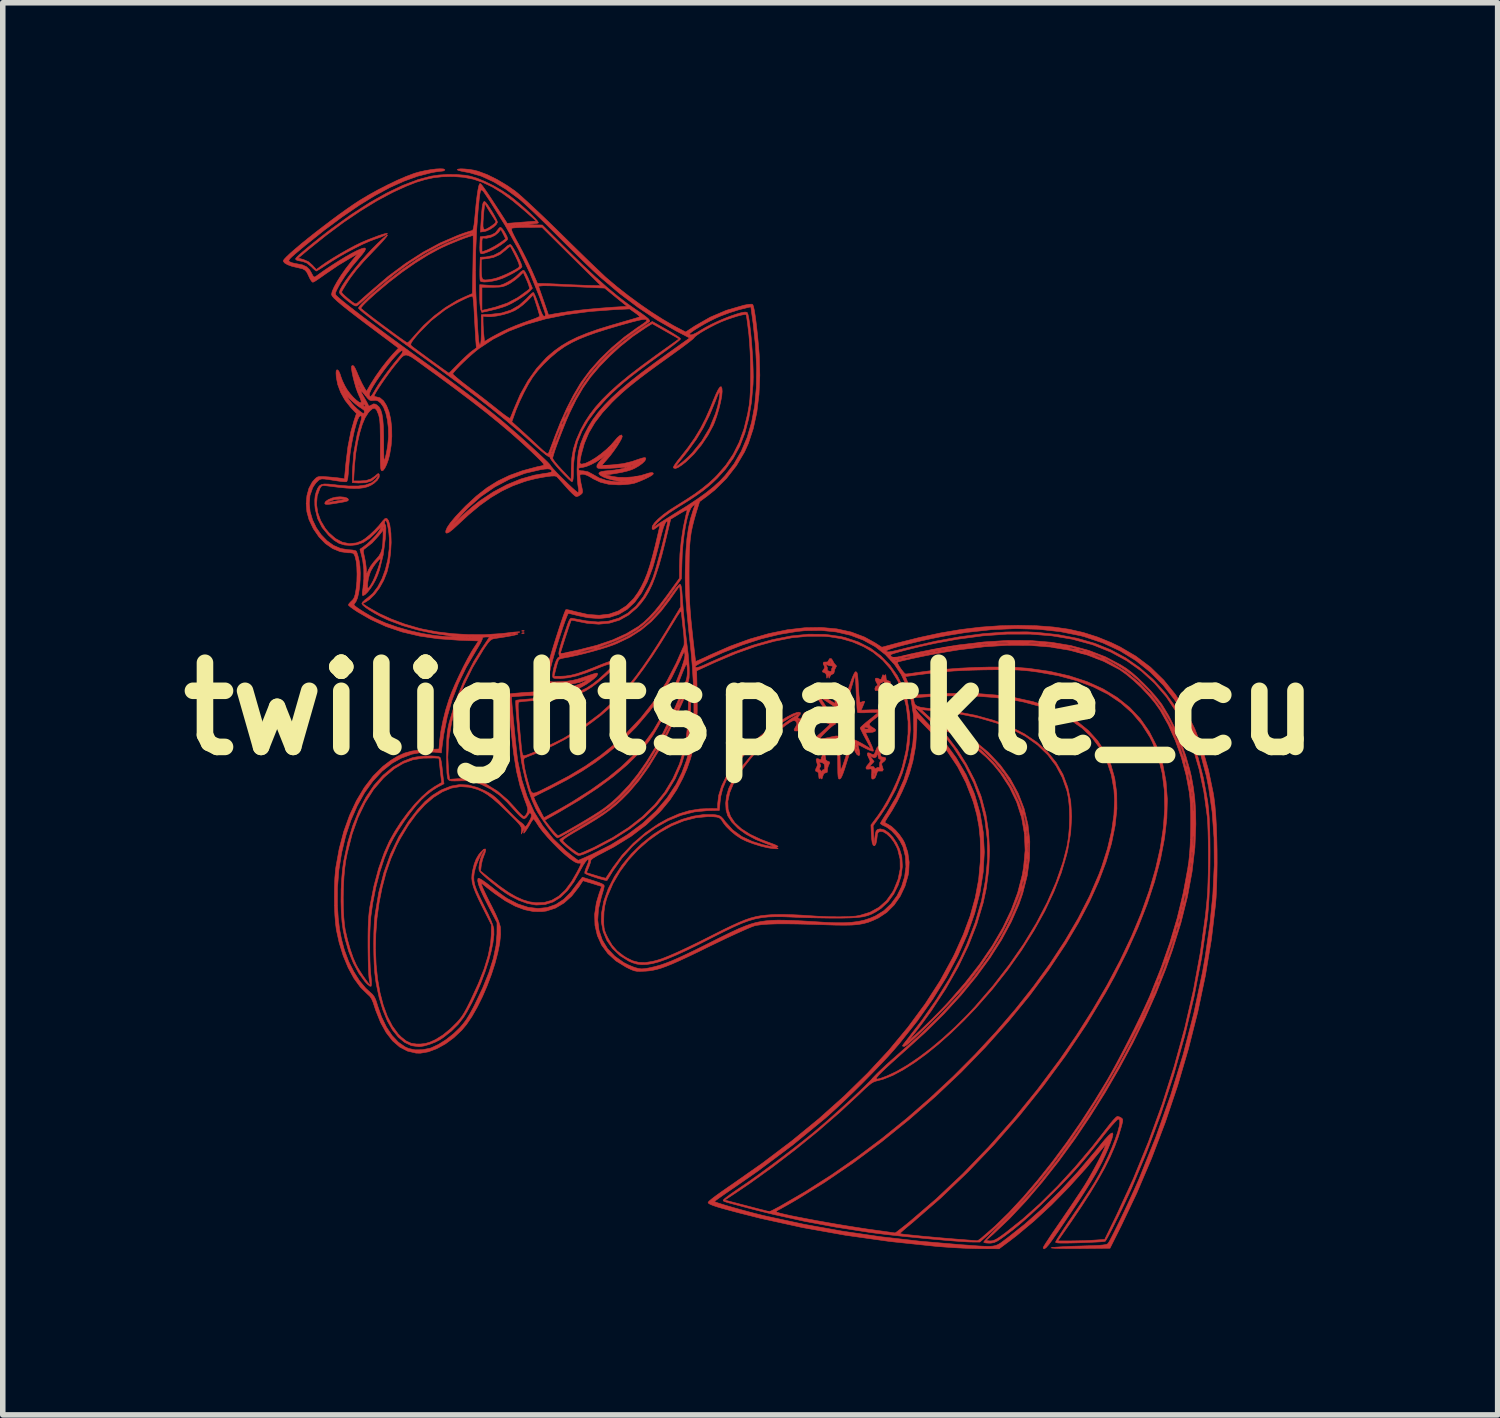
<source format=kicad_pcb>
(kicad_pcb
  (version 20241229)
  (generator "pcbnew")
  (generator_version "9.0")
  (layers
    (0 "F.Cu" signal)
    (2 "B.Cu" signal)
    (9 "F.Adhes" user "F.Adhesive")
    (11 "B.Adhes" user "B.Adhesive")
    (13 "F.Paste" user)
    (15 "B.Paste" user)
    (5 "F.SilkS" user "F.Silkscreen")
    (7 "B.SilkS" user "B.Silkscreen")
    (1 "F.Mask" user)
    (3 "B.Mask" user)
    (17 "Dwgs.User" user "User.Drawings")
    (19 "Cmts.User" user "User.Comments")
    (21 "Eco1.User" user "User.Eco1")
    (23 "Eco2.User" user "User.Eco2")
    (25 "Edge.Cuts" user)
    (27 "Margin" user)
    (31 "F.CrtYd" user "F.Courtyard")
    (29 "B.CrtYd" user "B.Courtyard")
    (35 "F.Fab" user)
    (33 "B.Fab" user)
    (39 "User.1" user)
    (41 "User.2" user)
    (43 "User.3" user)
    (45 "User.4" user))
  (footprint "twilightsparkle_cu"
    (layer "F.Cu")
    (at 10.53 9.781)
    (property "Reference" "twilightsparkle_cu" (at 0 0 0) (layer "F.SilkS") (effects (font (size 1.524 1.524) (thickness 0.3))))
    (attr through_hole)
    (fp_poly (pts (xy -4.09 -1.414) (xy -4.096 -1.405) (xy -4.116 -1.404) (xy -4.138 -1.409) (xy -4.129 -1.416) (xy -4.097 -1.418) (xy -4.09 -1.414)) (stroke (width 0.01) (type solid)) (fill yes) (layer "F.Cu"))
    (fp_poly (pts (xy -4.09 -1.374) (xy -4.096 -1.364) (xy -4.116 -1.363) (xy -4.138 -1.368) (xy -4.129 -1.375) (xy -4.097 -1.378) (xy -4.09 -1.374)) (stroke (width 0.01) (type solid)) (fill yes) (layer "F.Cu"))
    (fp_poly (pts (xy -7.354 -3.832) (xy -7.301 -3.817) (xy -7.275 -3.795) (xy -7.275 -3.789) (xy -7.276 -3.775) (xy -7.287 -3.764) (xy -7.313 -3.755) (xy -7.36 -3.744) (xy -7.437 -3.731) (xy -7.5 -3.72) (xy -7.593 -3.706) (xy -7.652 -3.7) (xy -7.685 -3.702) (xy -7.699 -3.713) (xy -7.701 -3.724) (xy -7.699 -3.729) (xy -7.66 -3.729) (xy -7.65 -3.731) (xy -7.612 -3.74) (xy -7.546 -3.753) (xy -7.465 -3.767) (xy -7.447 -3.77) (xy -7.285 -3.796) (xy -7.407 -3.797) (xy -7.526 -3.787) (xy -7.61 -3.758) (xy -7.649 -3.737) (xy -7.66 -3.729) (xy -7.699 -3.729) (xy -7.683 -3.756) (xy -7.635 -3.788) (xy -7.569 -3.816) (xy -7.502 -3.832) (xy -7.425 -3.838) (xy -7.354 -3.832)) (stroke (width 0.01) (type solid)) (fill yes) (layer "F.Cu"))
    (fp_poly (pts (xy -4.787 -9.167) (xy -4.753 -9.123) (xy -4.711 -9.061) (xy -4.666 -8.99) (xy -4.626 -8.92) (xy -4.594 -8.859) (xy -4.577 -8.816) (xy -4.576 -8.804) (xy -4.6 -8.763) (xy -4.65 -8.718) (xy -4.714 -8.677) (xy -4.78 -8.648) (xy -4.805 -8.642) (xy -4.883 -8.63) (xy -4.877 -8.736) (xy -4.837 -8.736) (xy -4.829 -8.692) (xy -4.809 -8.677) (xy -4.774 -8.686) (xy -4.721 -8.716) (xy -4.687 -8.738) (xy -4.627 -8.782) (xy -4.604 -8.814) (xy -4.605 -8.824) (xy -4.623 -8.853) (xy -4.656 -8.905) (xy -4.698 -8.971) (xy -4.705 -8.981) (xy -4.746 -9.049) (xy -4.78 -9.106) (xy -4.798 -9.141) (xy -4.799 -9.144) (xy -4.804 -9.137) (xy -4.811 -9.096) (xy -4.819 -9.027) (xy -4.827 -8.938) (xy -4.828 -8.926) (xy -4.836 -8.812) (xy -4.837 -8.736) (xy -4.877 -8.736) (xy -4.869 -8.86) (xy -4.861 -8.986) (xy -4.852 -9.076) (xy -4.842 -9.135) (xy -4.831 -9.169) (xy -4.816 -9.183) (xy -4.809 -9.184) (xy -4.787 -9.167)) (stroke (width 0.01) (type solid)) (fill yes) (layer "F.Cu"))
    (fp_poly (pts (xy -4.497 -8.701) (xy -4.465 -8.66) (xy -4.432 -8.606) (xy -4.404 -8.552) (xy -4.39 -8.511) (xy -4.389 -8.504) (xy -4.405 -8.481) (xy -4.449 -8.444) (xy -4.51 -8.4) (xy -4.58 -8.355) (xy -4.65 -8.315) (xy -4.712 -8.285) (xy -4.714 -8.284) (xy -4.794 -8.253) (xy -4.845 -8.238) (xy -4.873 -8.239) (xy -4.887 -8.254) (xy -4.888 -8.256) (xy -4.893 -8.29) (xy -4.895 -8.351) (xy -4.893 -8.401) (xy -4.856 -8.401) (xy -4.856 -8.272) (xy -4.77 -8.302) (xy -4.708 -8.33) (xy -4.631 -8.371) (xy -4.557 -8.416) (xy -4.496 -8.457) (xy -4.451 -8.489) (xy -4.43 -8.506) (xy -4.43 -8.507) (xy -4.438 -8.529) (xy -4.459 -8.573) (xy -4.471 -8.597) (xy -4.513 -8.678) (xy -4.564 -8.617) (xy -4.621 -8.57) (xy -4.696 -8.535) (xy -4.772 -8.518) (xy -4.819 -8.521) (xy -4.839 -8.522) (xy -4.851 -8.507) (xy -4.856 -8.466) (xy -4.856 -8.401) (xy -4.893 -8.401) (xy -4.893 -8.415) (xy -4.887 -8.545) (xy -4.784 -8.557) (xy -4.683 -8.579) (xy -4.613 -8.616) (xy -4.57 -8.671) (xy -4.542 -8.706) (xy -4.52 -8.717) (xy -4.497 -8.701)) (stroke (width 0.01) (type solid)) (fill yes) (layer "F.Cu"))
    (fp_poly (pts (xy -4.08 -7.917) (xy -4.052 -7.867) (xy -4.019 -7.798) (xy -4.008 -7.771) (xy -3.942 -7.613) (xy -3.988 -7.564) (xy -4.042 -7.516) (xy -4.122 -7.458) (xy -4.216 -7.398) (xy -4.312 -7.343) (xy -4.398 -7.301) (xy -4.406 -7.297) (xy -4.479 -7.271) (xy -4.574 -7.242) (xy -4.671 -7.218) (xy -4.686 -7.214) (xy -4.859 -7.176) (xy -4.878 -7.227) (xy -4.886 -7.269) (xy -4.893 -7.339) (xy -4.897 -7.427) (xy -4.897 -7.478) (xy -4.897 -7.63) (xy -4.856 -7.63) (xy -4.856 -7.213) (xy -4.801 -7.225) (xy -4.753 -7.236) (xy -4.682 -7.254) (xy -4.601 -7.275) (xy -4.596 -7.277) (xy -4.397 -7.345) (xy -4.21 -7.443) (xy -4.027 -7.575) (xy -3.997 -7.6) (xy -3.997 -7.624) (xy -4.011 -7.675) (xy -4.037 -7.742) (xy -4.044 -7.757) (xy -4.108 -7.901) (xy -4.187 -7.822) (xy -4.253 -7.766) (xy -4.332 -7.711) (xy -4.373 -7.687) (xy -4.431 -7.659) (xy -4.483 -7.642) (xy -4.544 -7.634) (xy -4.626 -7.631) (xy -4.669 -7.63) (xy -4.856 -7.63) (xy -4.897 -7.63) (xy -4.897 -7.678) (xy -4.715 -7.666) (xy -4.625 -7.662) (xy -4.563 -7.662) (xy -4.513 -7.671) (xy -4.461 -7.69) (xy -4.402 -7.719) (xy -4.322 -7.765) (xy -4.246 -7.821) (xy -4.197 -7.866) (xy -4.152 -7.91) (xy -4.114 -7.936) (xy -4.098 -7.939) (xy -4.08 -7.917)) (stroke (width 0.01) (type solid)) (fill yes) (layer "F.Cu"))
    (fp_poly (pts (xy -0.511 -5.797) (xy -0.508 -5.744) (xy -0.515 -5.662) (xy -0.536 -5.553) (xy -0.566 -5.431) (xy -0.603 -5.307) (xy -0.643 -5.193) (xy -0.667 -5.134) (xy -0.764 -4.953) (xy -0.883 -4.776) (xy -1.017 -4.613) (xy -1.159 -4.475) (xy -1.237 -4.413) (xy -1.308 -4.367) (xy -1.355 -4.35) (xy -1.385 -4.359) (xy -1.391 -4.367) (xy -1.385 -4.384) (xy -1.346 -4.384) (xy -1.333 -4.389) (xy -1.301 -4.41) (xy -1.273 -4.431) (xy -1.211 -4.48) (xy -1.136 -4.547) (xy -1.064 -4.619) (xy -1.051 -4.632) (xy -0.876 -4.849) (xy -0.734 -5.088) (xy -0.628 -5.346) (xy -0.588 -5.482) (xy -0.569 -5.567) (xy -0.555 -5.646) (xy -0.55 -5.705) (xy -0.55 -5.708) (xy -0.552 -5.735) (xy -0.559 -5.737) (xy -0.574 -5.712) (xy -0.598 -5.655) (xy -0.631 -5.569) (xy -0.737 -5.314) (xy -0.85 -5.087) (xy -0.978 -4.875) (xy -1.129 -4.666) (xy -1.195 -4.582) (xy -1.267 -4.493) (xy -1.316 -4.433) (xy -1.341 -4.397) (xy -1.346 -4.384) (xy -1.385 -4.384) (xy -1.384 -4.39) (xy -1.355 -4.436) (xy -1.309 -4.498) (xy -1.263 -4.555) (xy -1.122 -4.735) (xy -1.003 -4.905) (xy -0.899 -5.077) (xy -0.805 -5.261) (xy -0.713 -5.47) (xy -0.67 -5.578) (xy -0.619 -5.699) (xy -0.578 -5.782) (xy -0.546 -5.826) (xy -0.524 -5.831) (xy -0.511 -5.797)) (stroke (width 0.01) (type solid)) (fill yes) (layer "F.Cu"))
    (fp_poly (pts (xy 1.468 -0.909) (xy 1.493 -0.875) (xy 1.495 -0.869) (xy 1.521 -0.822) (xy 1.542 -0.799) (xy 1.563 -0.774) (xy 1.549 -0.749) (xy 1.529 -0.709) (xy 1.524 -0.677) (xy 1.512 -0.639) (xy 1.493 -0.63) (xy 1.462 -0.613) (xy 1.443 -0.584) (xy 1.43 -0.554) (xy 1.424 -0.56) (xy 1.422 -0.579) (xy 1.419 -0.608) (xy 1.411 -0.6) (xy 1.402 -0.579) (xy 1.389 -0.554) (xy 1.384 -0.565) (xy 1.383 -0.592) (xy 1.369 -0.639) (xy 1.337 -0.657) (xy 1.307 -0.669) (xy 1.31 -0.687) (xy 1.326 -0.706) (xy 1.348 -0.747) (xy 1.34 -0.773) (xy 1.324 -0.812) (xy 1.362 -0.812) (xy 1.371 -0.797) (xy 1.379 -0.786) (xy 1.397 -0.746) (xy 1.395 -0.723) (xy 1.4 -0.693) (xy 1.439 -0.678) (xy 1.457 -0.677) (xy 1.473 -0.688) (xy 1.471 -0.695) (xy 1.473 -0.724) (xy 1.484 -0.743) (xy 1.498 -0.767) (xy 1.481 -0.775) (xy 1.44 -0.78) (xy 1.433 -0.781) (xy 1.399 -0.793) (xy 1.382 -0.802) (xy 1.362 -0.812) (xy 1.324 -0.812) (xy 1.321 -0.819) (xy 1.33 -0.845) (xy 1.444 -0.845) (xy 1.448 -0.819) (xy 1.455 -0.818) (xy 1.46 -0.846) (xy 1.457 -0.857) (xy 1.448 -0.865) (xy 1.444 -0.845) (xy 1.33 -0.845) (xy 1.331 -0.846) (xy 1.364 -0.847) (xy 1.401 -0.849) (xy 1.417 -0.875) (xy 1.438 -0.909) (xy 1.468 -0.909)) (stroke (width 0.01) (type solid)) (fill yes) (layer "F.Cu"))
    (fp_poly (pts (xy -4.317 -8.383) (xy -4.285 -8.333) (xy -4.246 -8.266) (xy -4.207 -8.19) (xy -4.172 -8.116) (xy -4.145 -8.053) (xy -4.132 -8.01) (xy -4.132 -7.999) (xy -4.156 -7.973) (xy -4.208 -7.937) (xy -4.279 -7.894) (xy -4.361 -7.85) (xy -4.444 -7.81) (xy -4.485 -7.792) (xy -4.569 -7.764) (xy -4.659 -7.743) (xy -4.745 -7.73) (xy -4.818 -7.726) (xy -4.869 -7.733) (xy -4.887 -7.746) (xy -4.892 -7.778) (xy -4.894 -7.84) (xy -4.894 -7.922) (xy -4.893 -7.975) (xy -4.892 -8.016) (xy -4.868 -8.016) (xy -4.867 -7.937) (xy -4.864 -7.864) (xy -4.86 -7.828) (xy -4.852 -7.791) (xy -4.834 -7.77) (xy -4.799 -7.763) (xy -4.739 -7.767) (xy -4.651 -7.782) (xy -4.588 -7.799) (xy -4.506 -7.829) (xy -4.416 -7.867) (xy -4.329 -7.909) (xy -4.254 -7.949) (xy -4.201 -7.982) (xy -4.185 -7.996) (xy -4.18 -8.02) (xy -4.19 -8.063) (xy -4.219 -8.131) (xy -4.248 -8.192) (xy -4.286 -8.267) (xy -4.317 -8.327) (xy -4.337 -8.364) (xy -4.341 -8.371) (xy -4.359 -8.363) (xy -4.396 -8.334) (xy -4.425 -8.307) (xy -4.533 -8.222) (xy -4.648 -8.171) (xy -4.755 -8.15) (xy -4.867 -8.138) (xy -4.868 -8.016) (xy -4.892 -8.016) (xy -4.887 -8.175) (xy -4.783 -8.18) (xy -4.649 -8.207) (xy -4.524 -8.272) (xy -4.439 -8.343) (xy -4.391 -8.385) (xy -4.351 -8.405) (xy -4.338 -8.405) (xy -4.317 -8.383)) (stroke (width 0.01) (type solid)) (fill yes) (layer "F.Cu"))
    (fp_poly (pts (xy 1.355 0.833) (xy 1.361 0.876) (xy 1.37 0.926) (xy 1.401 0.949) (xy 1.402 0.949) (xy 1.434 0.96) (xy 1.439 0.979) (xy 1.421 1.018) (xy 1.418 1.022) (xy 1.401 1.076) (xy 1.399 1.113) (xy 1.394 1.149) (xy 1.365 1.158) (xy 1.333 1.172) (xy 1.314 1.219) (xy 1.313 1.224) (xy 1.3 1.266) (xy 1.287 1.269) (xy 1.282 1.263) (xy 1.266 1.245) (xy 1.254 1.263) (xy 1.247 1.263) (xy 1.242 1.231) (xy 1.241 1.214) (xy 1.234 1.159) (xy 1.214 1.138) (xy 1.209 1.138) (xy 1.182 1.125) (xy 1.186 1.092) (xy 1.247 1.092) (xy 1.257 1.097) (xy 1.278 1.114) (xy 1.283 1.133) (xy 1.286 1.157) (xy 1.292 1.141) (xy 1.294 1.131) (xy 1.313 1.105) (xy 1.328 1.103) (xy 1.345 1.093) (xy 1.349 1.05) (xy 1.34 1.002) (xy 1.308 0.977) (xy 1.295 0.973) (xy 1.259 0.966) (xy 1.254 0.977) (xy 1.265 0.996) (xy 1.277 1.036) (xy 1.261 1.065) (xy 1.247 1.092) (xy 1.186 1.092) (xy 1.186 1.089) (xy 1.203 1.058) (xy 1.217 1.015) (xy 1.204 0.967) (xy 1.193 0.922) (xy 1.207 0.899) (xy 1.24 0.907) (xy 1.251 0.915) (xy 1.272 0.926) (xy 1.286 0.906) (xy 1.291 0.882) (xy 1.322 0.882) (xy 1.326 0.909) (xy 1.333 0.909) (xy 1.338 0.882) (xy 1.335 0.87) (xy 1.326 0.862) (xy 1.322 0.882) (xy 1.291 0.882) (xy 1.293 0.876) (xy 1.312 0.828) (xy 1.336 0.813) (xy 1.355 0.833)) (stroke (width 0.01) (type solid)) (fill yes) (layer "F.Cu"))
    (fp_poly (pts (xy 2.458 -0.586) (xy 2.458 -0.574) (xy 2.464 -0.527) (xy 2.485 -0.509) (xy 2.499 -0.508) (xy 2.533 -0.494) (xy 2.54 -0.467) (xy 2.531 -0.434) (xy 2.518 -0.427) (xy 2.505 -0.409) (xy 2.51 -0.366) (xy 2.515 -0.323) (xy 2.501 -0.307) (xy 2.473 -0.305) (xy 2.431 -0.293) (xy 2.408 -0.252) (xy 2.408 -0.249) (xy 2.394 -0.216) (xy 2.383 -0.22) (xy 2.383 -0.221) (xy 2.371 -0.238) (xy 2.355 -0.221) (xy 2.343 -0.216) (xy 2.337 -0.251) (xy 2.337 -0.267) (xy 2.334 -0.316) (xy 2.321 -0.333) (xy 2.296 -0.331) (xy 2.264 -0.332) (xy 2.256 -0.361) (xy 2.261 -0.376) (xy 2.296 -0.376) (xy 2.306 -0.366) (xy 2.316 -0.376) (xy 2.306 -0.386) (xy 2.296 -0.376) (xy 2.261 -0.376) (xy 2.269 -0.4) (xy 2.287 -0.414) (xy 2.306 -0.427) (xy 2.305 -0.434) (xy 2.347 -0.434) (xy 2.352 -0.397) (xy 2.362 -0.386) (xy 2.375 -0.369) (xy 2.38 -0.34) (xy 2.383 -0.313) (xy 2.39 -0.324) (xy 2.391 -0.33) (xy 2.411 -0.36) (xy 2.425 -0.366) (xy 2.445 -0.382) (xy 2.449 -0.419) (xy 2.44 -0.457) (xy 2.479 -0.457) (xy 2.489 -0.447) (xy 2.499 -0.457) (xy 2.489 -0.467) (xy 2.479 -0.457) (xy 2.44 -0.457) (xy 2.439 -0.461) (xy 2.424 -0.484) (xy 2.402 -0.499) (xy 2.398 -0.487) (xy 2.384 -0.471) (xy 2.372 -0.473) (xy 2.352 -0.464) (xy 2.347 -0.434) (xy 2.305 -0.434) (xy 2.301 -0.449) (xy 2.285 -0.476) (xy 2.264 -0.524) (xy 2.269 -0.553) (xy 2.299 -0.556) (xy 2.316 -0.549) (xy 2.354 -0.531) (xy 2.373 -0.54) (xy 2.387 -0.58) (xy 2.388 -0.584) (xy 2.401 -0.617) (xy 2.413 -0.613) (xy 2.413 -0.612) (xy 2.425 -0.595) (xy 2.441 -0.612) (xy 2.453 -0.619) (xy 2.458 -0.586)) (stroke (width 0.01) (type solid)) (fill yes) (layer "F.Cu"))
    (fp_poly (pts (xy 2.344 0.692) (xy 2.356 0.747) (xy 2.357 0.776) (xy 2.359 0.835) (xy 2.368 0.864) (xy 2.39 0.873) (xy 2.408 0.874) (xy 2.449 0.885) (xy 2.456 0.912) (xy 2.43 0.947) (xy 2.413 0.96) (xy 2.383 0.986) (xy 2.382 1.015) (xy 2.393 1.045) (xy 2.409 1.1) (xy 2.395 1.127) (xy 2.351 1.127) (xy 2.35 1.127) (xy 2.318 1.125) (xy 2.299 1.146) (xy 2.285 1.191) (xy 2.26 1.25) (xy 2.228 1.272) (xy 2.206 1.27) (xy 2.196 1.25) (xy 2.196 1.202) (xy 2.197 1.187) (xy 2.237 1.187) (xy 2.241 1.213) (xy 2.247 1.214) (xy 2.252 1.187) (xy 2.249 1.175) (xy 2.24 1.167) (xy 2.237 1.187) (xy 2.197 1.187) (xy 2.198 1.179) (xy 2.201 1.12) (xy 2.196 1.092) (xy 2.177 1.087) (xy 2.149 1.091) (xy 2.105 1.091) (xy 2.094 1.069) (xy 2.115 1.028) (xy 2.137 1.002) (xy 2.164 0.97) (xy 2.17 0.944) (xy 2.155 0.907) (xy 2.143 0.885) (xy 2.126 0.844) (xy 2.163 0.844) (xy 2.185 0.876) (xy 2.195 0.889) (xy 2.243 0.955) (xy 2.196 1.004) (xy 2.166 1.038) (xy 2.164 1.048) (xy 2.188 1.044) (xy 2.192 1.043) (xy 2.233 1.046) (xy 2.248 1.066) (xy 2.263 1.088) (xy 2.277 1.076) (xy 2.306 1.06) (xy 2.321 1.062) (xy 2.342 1.061) (xy 2.342 1.029) (xy 2.341 1.024) (xy 2.344 0.974) (xy 2.357 0.945) (xy 2.371 0.921) (xy 2.352 0.914) (xy 2.349 0.914) (xy 2.326 0.901) (xy 2.315 0.858) (xy 2.313 0.838) (xy 2.311 0.794) (xy 2.307 0.789) (xy 2.302 0.819) (xy 2.281 0.872) (xy 2.245 0.888) (xy 2.197 0.866) (xy 2.19 0.861) (xy 2.165 0.84) (xy 2.163 0.844) (xy 2.126 0.844) (xy 2.12 0.829) (xy 2.123 0.799) (xy 2.15 0.796) (xy 2.175 0.808) (xy 2.217 0.829) (xy 2.244 0.822) (xy 2.264 0.782) (xy 2.272 0.755) (xy 2.298 0.695) (xy 2.324 0.675) (xy 2.344 0.692)) (stroke (width 0.01) (type solid)) (fill yes) (layer "F.Cu"))
    (fp_poly (pts (xy -5.692 0.858) (xy -5.635 0.867) (xy -5.614 0.879) (xy -5.602 0.911) (xy -5.589 0.971) (xy -5.58 1.045) (xy -5.579 1.046) (xy -5.57 1.133) (xy -5.561 1.217) (xy -5.554 1.273) (xy -5.543 1.356) (xy -5.672 1.425) (xy -5.759 1.481) (xy -5.858 1.558) (xy -5.955 1.648) (xy -6.051 1.753) (xy -6.155 1.884) (xy -6.262 2.032) (xy -6.364 2.186) (xy -6.454 2.335) (xy -6.525 2.47) (xy -6.527 2.473) (xy -6.622 2.702) (xy -6.706 2.96) (xy -6.778 3.237) (xy -6.834 3.523) (xy -6.867 3.763) (xy -6.877 3.888) (xy -6.884 4.039) (xy -6.887 4.205) (xy -6.887 4.376) (xy -6.884 4.541) (xy -6.878 4.689) (xy -6.868 4.809) (xy -6.866 4.823) (xy -6.857 4.922) (xy -6.856 4.99) (xy -6.863 5.022) (xy -6.864 5.023) (xy -6.887 5.019) (xy -6.931 4.984) (xy -6.977 4.934) (xy -7.085 4.786) (xy -7.183 4.604) (xy -7.267 4.395) (xy -7.334 4.163) (xy -7.369 4.003) (xy -7.389 3.855) (xy -7.402 3.677) (xy -7.407 3.481) (xy -7.406 3.413) (xy -7.367 3.413) (xy -7.365 3.597) (xy -7.357 3.767) (xy -7.344 3.915) (xy -7.329 4.011) (xy -7.288 4.186) (xy -7.239 4.357) (xy -7.186 4.51) (xy -7.132 4.633) (xy -7.102 4.688) (xy -7.06 4.755) (xy -7.012 4.828) (xy -6.965 4.896) (xy -6.923 4.953) (xy -6.893 4.989) (xy -6.881 4.999) (xy -6.88 4.981) (xy -6.889 4.937) (xy -6.895 4.912) (xy -6.901 4.865) (xy -6.907 4.783) (xy -6.912 4.672) (xy -6.915 4.536) (xy -6.917 4.382) (xy -6.918 4.308) (xy -6.918 4.126) (xy -6.916 3.978) (xy -6.912 3.857) (xy -6.905 3.754) (xy -6.896 3.663) (xy -6.884 3.577) (xy -6.882 3.566) (xy -6.813 3.214) (xy -6.727 2.892) (xy -6.624 2.602) (xy -6.532 2.396) (xy -6.435 2.222) (xy -6.323 2.048) (xy -6.2 1.881) (xy -6.072 1.726) (xy -5.943 1.591) (xy -5.82 1.482) (xy -5.719 1.412) (xy -5.584 1.333) (xy -5.595 1.251) (xy -5.603 1.186) (xy -5.613 1.101) (xy -5.62 1.031) (xy -5.634 0.894) (xy -5.718 0.89) (xy -5.925 0.893) (xy -6.111 0.924) (xy -6.28 0.987) (xy -6.441 1.083) (xy -6.6 1.217) (xy -6.645 1.26) (xy -6.818 1.462) (xy -6.969 1.698) (xy -7.098 1.966) (xy -7.206 2.268) (xy -7.292 2.605) (xy -7.32 2.743) (xy -7.339 2.882) (xy -7.354 3.046) (xy -7.363 3.227) (xy -7.367 3.413) (xy -7.406 3.413) (xy -7.405 3.278) (xy -7.395 3.078) (xy -7.378 2.892) (xy -7.358 2.756) (xy -7.287 2.424) (xy -7.196 2.12) (xy -7.085 1.844) (xy -6.956 1.599) (xy -6.81 1.385) (xy -6.648 1.204) (xy -6.47 1.057) (xy -6.278 0.947) (xy -6.118 0.886) (xy -6.046 0.871) (xy -5.958 0.86) (xy -5.863 0.854) (xy -5.771 0.853) (xy -5.692 0.858)) (stroke (width 0.01) (type solid)) (fill yes) (layer "F.Cu"))
    (fp_poly (pts (xy 1.921 -0.668) (xy 1.932 -0.657) (xy 1.941 -0.63) (xy 1.947 -0.583) (xy 1.953 -0.509) (xy 1.959 -0.402) (xy 1.962 -0.361) (xy 1.969 -0.247) (xy 1.977 -0.17) (xy 1.985 -0.127) (xy 1.996 -0.115) (xy 1.998 -0.116) (xy 2.031 -0.13) (xy 2.062 -0.137) (xy 2.073 -0.133) (xy 2.066 -0.112) (xy 2.048 -0.068) (xy 2.041 -0.052) (xy 2.01 0.024) (xy 2.199 0.018) (xy 2.301 0.017) (xy 2.364 0.024) (xy 2.39 0.042) (xy 2.378 0.073) (xy 2.331 0.12) (xy 2.265 0.173) (xy 2.197 0.226) (xy 2.162 0.262) (xy 2.157 0.289) (xy 2.182 0.316) (xy 2.236 0.35) (xy 2.247 0.357) (xy 2.272 0.383) (xy 2.261 0.407) (xy 2.22 0.423) (xy 2.173 0.427) (xy 2.123 0.429) (xy 2.095 0.434) (xy 2.093 0.437) (xy 2.101 0.458) (xy 2.124 0.507) (xy 2.156 0.573) (xy 2.168 0.598) (xy 2.201 0.67) (xy 2.223 0.727) (xy 2.23 0.761) (xy 2.229 0.765) (xy 2.204 0.764) (xy 2.155 0.747) (xy 2.097 0.721) (xy 2.035 0.689) (xy 1.986 0.664) (xy 1.964 0.653) (xy 1.954 0.662) (xy 1.957 0.683) (xy 1.979 0.767) (xy 1.985 0.818) (xy 1.976 0.842) (xy 1.958 0.845) (xy 1.928 0.823) (xy 1.905 0.782) (xy 1.93 0.782) (xy 1.941 0.792) (xy 1.951 0.782) (xy 1.941 0.772) (xy 1.93 0.782) (xy 1.905 0.782) (xy 1.898 0.771) (xy 1.892 0.755) (xy 1.874 0.711) (xy 1.91 0.711) (xy 1.918 0.728) (xy 1.924 0.725) (xy 1.926 0.701) (xy 1.924 0.698) (xy 1.912 0.7) (xy 1.91 0.711) (xy 1.874 0.711) (xy 1.871 0.704) (xy 1.854 0.674) (xy 1.85 0.671) (xy 1.841 0.689) (xy 1.822 0.74) (xy 1.796 0.816) (xy 1.765 0.911) (xy 1.747 0.969) (xy 1.709 1.09) (xy 1.678 1.177) (xy 1.654 1.233) (xy 1.634 1.263) (xy 1.62 1.271) (xy 1.607 1.27) (xy 1.597 1.258) (xy 1.591 1.229) (xy 1.587 1.177) (xy 1.586 1.158) (xy 1.629 1.158) (xy 1.632 1.187) (xy 1.639 1.184) (xy 1.642 1.142) (xy 1.639 1.133) (xy 1.632 1.13) (xy 1.629 1.158) (xy 1.586 1.158) (xy 1.585 1.097) (xy 1.584 0.982) (xy 1.584 0.979) (xy 1.584 0.864) (xy 1.582 0.784) (xy 1.579 0.735) (xy 1.573 0.712) (xy 1.565 0.709) (xy 1.554 0.72) (xy 1.532 0.741) (xy 1.524 0.734) (xy 1.513 0.718) (xy 1.506 0.72) (xy 1.5 0.71) (xy 1.503 0.691) (xy 1.524 0.691) (xy 1.531 0.708) (xy 1.538 0.704) (xy 1.54 0.68) (xy 1.538 0.677) (xy 1.525 0.68) (xy 1.524 0.691) (xy 1.503 0.691) (xy 1.506 0.671) (xy 1.515 0.64) (xy 1.544 0.64) (xy 1.554 0.65) (xy 1.565 0.64) (xy 1.554 0.63) (xy 1.544 0.64) (xy 1.515 0.64) (xy 1.515 0.64) (xy 1.529 0.592) (xy 1.529 0.589) (xy 1.565 0.589) (xy 1.572 0.606) (xy 1.578 0.603) (xy 1.581 0.579) (xy 1.578 0.576) (xy 1.566 0.579) (xy 1.565 0.589) (xy 1.529 0.589) (xy 1.531 0.564) (xy 1.515 0.553) (xy 1.476 0.555) (xy 1.405 0.569) (xy 1.361 0.579) (xy 1.254 0.6) (xy 1.176 0.608) (xy 1.129 0.604) (xy 1.118 0.592) (xy 1.132 0.572) (xy 1.145 0.559) (xy 1.199 0.559) (xy 1.209 0.569) (xy 1.219 0.559) (xy 1.209 0.549) (xy 1.199 0.559) (xy 1.145 0.559) (xy 1.162 0.542) (xy 1.258 0.542) (xy 1.26 0.547) (xy 1.295 0.543) (xy 1.355 0.532) (xy 1.422 0.518) (xy 1.5 0.501) (xy 1.554 0.491) (xy 1.591 0.494) (xy 1.612 0.515) (xy 1.622 0.559) (xy 1.626 0.631) (xy 1.626 0.737) (xy 1.626 0.792) (xy 1.627 0.899) (xy 1.63 0.989) (xy 1.634 1.056) (xy 1.639 1.092) (xy 1.642 1.097) (xy 1.654 1.079) (xy 1.675 1.029) (xy 1.701 0.953) (xy 1.732 0.86) (xy 1.741 0.828) (xy 1.782 0.703) (xy 1.805 0.64) (xy 1.89 0.64) (xy 1.9 0.65) (xy 1.91 0.64) (xy 1.9 0.63) (xy 1.89 0.64) (xy 1.805 0.64) (xy 1.815 0.614) (xy 1.841 0.564) (xy 1.854 0.553) (xy 1.885 0.56) (xy 1.94 0.584) (xy 2.009 0.62) (xy 2.037 0.636) (xy 2.188 0.726) (xy 2.09 0.545) (xy 2.048 0.467) (xy 2.016 0.402) (xy 2.003 0.376) (xy 2.195 0.376) (xy 2.205 0.386) (xy 2.215 0.376) (xy 2.205 0.366) (xy 2.195 0.376) (xy 2.003 0.376) (xy 1.996 0.359) (xy 1.996 0.359) (xy 2.061 0.359) (xy 2.091 0.365) (xy 2.104 0.365) (xy 2.143 0.363) (xy 2.145 0.355) (xy 2.127 0.343) (xy 2.087 0.332) (xy 2.067 0.343) (xy 2.061 0.359) (xy 1.996 0.359) (xy 1.991 0.347) (xy 2.006 0.327) (xy 2.046 0.29) (xy 2.104 0.24) (xy 2.139 0.212) (xy 2.206 0.159) (xy 2.262 0.113) (xy 2.298 0.083) (xy 2.306 0.075) (xy 2.299 0.067) (xy 2.252 0.064) (xy 2.169 0.066) (xy 2.14 0.068) (xy 2.057 0.072) (xy 1.99 0.072) (xy 1.95 0.068) (xy 1.943 0.064) (xy 1.939 0.04) (xy 1.933 -0.019) (xy 1.929 -0.091) (xy 2.012 -0.091) (xy 2.022 -0.081) (xy 2.032 -0.091) (xy 2.022 -0.102) (xy 2.012 -0.091) (xy 1.929 -0.091) (xy 1.928 -0.104) (xy 1.922 -0.208) (xy 1.918 -0.295) (xy 1.913 -0.418) (xy 1.908 -0.505) (xy 1.904 -0.559) (xy 1.899 -0.585) (xy 1.893 -0.586) (xy 1.885 -0.567) (xy 1.88 -0.547) (xy 1.847 -0.433) (xy 1.812 -0.317) (xy 1.776 -0.208) (xy 1.742 -0.111) (xy 1.711 -0.032) (xy 1.687 0.02) (xy 1.671 0.04) (xy 1.671 0.041) (xy 1.644 0.03) (xy 1.592 0.001) (xy 1.523 -0.042) (xy 1.479 -0.071) (xy 1.605 -0.071) (xy 1.615 -0.061) (xy 1.626 -0.071) (xy 1.615 -0.081) (xy 1.605 -0.071) (xy 1.479 -0.071) (xy 1.463 -0.081) (xy 1.388 -0.131) (xy 1.326 -0.171) (xy 1.285 -0.196) (xy 1.272 -0.203) (xy 1.279 -0.188) (xy 1.305 -0.145) (xy 1.346 -0.082) (xy 1.399 -0.005) (xy 1.403 0.001) (xy 1.476 0.112) (xy 1.523 0.196) (xy 1.545 0.253) (xy 1.54 0.281) (xy 1.529 0.285) (xy 1.506 0.297) (xy 1.466 0.329) (xy 1.416 0.374) (xy 1.363 0.425) (xy 1.314 0.474) (xy 1.277 0.515) (xy 1.258 0.542) (xy 1.162 0.542) (xy 1.171 0.533) (xy 1.228 0.479) (xy 1.279 0.435) (xy 1.345 0.376) (xy 1.399 0.326) (xy 1.433 0.292) (xy 1.441 0.281) (xy 1.425 0.268) (xy 1.383 0.254) (xy 1.377 0.253) (xy 1.335 0.242) (xy 1.334 0.239) (xy 1.452 0.239) (xy 1.472 0.242) (xy 1.498 0.238) (xy 1.498 0.232) (xy 1.471 0.227) (xy 1.459 0.23) (xy 1.452 0.239) (xy 1.334 0.239) (xy 1.33 0.232) (xy 1.351 0.222) (xy 1.38 0.209) (xy 1.372 0.204) (xy 1.351 0.202) (xy 1.342 0.197) (xy 1.368 0.188) (xy 1.387 0.185) (xy 1.463 0.173) (xy 1.321 -0.034) (xy 1.247 -0.145) (xy 1.2 -0.226) (xy 1.179 -0.279) (xy 1.183 -0.303) (xy 1.192 -0.305) (xy 1.214 -0.295) (xy 1.261 -0.267) (xy 1.326 -0.227) (xy 1.363 -0.203) (xy 1.434 -0.159) (xy 1.491 -0.124) (xy 1.526 -0.104) (xy 1.533 -0.102) (xy 1.536 -0.112) (xy 1.585 -0.112) (xy 1.595 -0.102) (xy 1.605 -0.112) (xy 1.595 -0.122) (xy 1.585 -0.112) (xy 1.536 -0.112) (xy 1.538 -0.118) (xy 1.532 -0.152) (xy 1.531 -0.173) (xy 1.544 -0.173) (xy 1.554 -0.163) (xy 1.565 -0.173) (xy 1.554 -0.183) (xy 1.544 -0.173) (xy 1.531 -0.173) (xy 1.53 -0.193) (xy 1.549 -0.202) (xy 1.585 -0.181) (xy 1.626 -0.138) (xy 1.681 -0.073) (xy 1.78 -0.372) (xy 1.82 -0.489) (xy 1.855 -0.581) (xy 1.883 -0.642) (xy 1.902 -0.67) (xy 1.905 -0.671) (xy 1.921 -0.668)) (stroke (width 0.01) (type solid)) (fill yes) (layer "F.Cu"))
    (fp_poly (pts (xy -5.311 -9.671) (xy -5.16 -9.659) (xy -5.068 -9.642) (xy -4.942 -9.604) (xy -4.798 -9.544) (xy -4.646 -9.469) (xy -4.497 -9.383) (xy -4.362 -9.293) (xy -4.352 -9.285) (xy -4.27 -9.221) (xy -4.182 -9.148) (xy -4.095 -9.072) (xy -4.012 -8.996) (xy -3.94 -8.926) (xy -3.882 -8.866) (xy -3.845 -8.822) (xy -3.834 -8.798) (xy -3.835 -8.796) (xy -3.861 -8.788) (xy -3.918 -8.78) (xy -3.994 -8.775) (xy -4.023 -8.773) (xy -4.098 -8.77) (xy -4.14 -8.768) (xy -4.145 -8.766) (xy -4.114 -8.765) (xy -4.045 -8.763) (xy -3.979 -8.762) (xy -3.763 -8.758) (xy -3.289 -8.285) (xy -3.034 -8.035) (xy -2.801 -7.816) (xy -2.587 -7.626) (xy -2.391 -7.463) (xy -2.21 -7.324) (xy -2.091 -7.241) (xy -1.978 -7.164) (xy -1.897 -7.105) (xy -1.845 -7.062) (xy -1.821 -7.032) (xy -1.82 -7.013) (xy -1.822 -7.011) (xy -1.845 -6.994) (xy -1.894 -6.96) (xy -1.962 -6.914) (xy -2.026 -6.871) (xy -2.303 -6.669) (xy -2.559 -6.448) (xy -2.785 -6.215) (xy -2.941 -6.025) (xy -2.985 -5.962) (xy -3.038 -5.882) (xy -3.095 -5.792) (xy -3.151 -5.698) (xy -3.204 -5.609) (xy -3.247 -5.531) (xy -3.278 -5.472) (xy -3.292 -5.438) (xy -3.292 -5.436) (xy -3.283 -5.446) (xy -3.257 -5.485) (xy -3.219 -5.547) (xy -3.172 -5.627) (xy -3.161 -5.646) (xy -3.029 -5.864) (xy -2.893 -6.056) (xy -2.743 -6.234) (xy -2.612 -6.372) (xy -2.489 -6.487) (xy -2.344 -6.611) (xy -2.188 -6.734) (xy -2.033 -6.847) (xy -1.893 -6.94) (xy -1.884 -6.945) (xy -1.773 -7.012) (xy -1.516 -6.866) (xy -1.425 -6.813) (xy -1.349 -6.765) (xy -1.292 -6.727) (xy -1.263 -6.702) (xy -1.26 -6.696) (xy -1.276 -6.678) (xy -1.32 -6.64) (xy -1.389 -6.586) (xy -1.476 -6.52) (xy -1.579 -6.445) (xy -1.64 -6.401) (xy -1.838 -6.257) (xy -2.008 -6.131) (xy -2.154 -6.018) (xy -2.282 -5.914) (xy -2.396 -5.815) (xy -2.502 -5.716) (xy -2.605 -5.613) (xy -2.612 -5.606) (xy -2.792 -5.406) (xy -2.936 -5.214) (xy -3.046 -5.025) (xy -3.125 -4.834) (xy -3.174 -4.636) (xy -3.197 -4.426) (xy -3.199 -4.347) (xy -3.201 -4.24) (xy -3.205 -4.168) (xy -3.212 -4.128) (xy -3.224 -4.112) (xy -3.227 -4.111) (xy -3.25 -4.126) (xy -3.294 -4.165) (xy -3.353 -4.223) (xy -3.421 -4.294) (xy -3.435 -4.309) (xy -3.503 -4.385) (xy -3.559 -4.452) (xy -3.599 -4.504) (xy -3.616 -4.534) (xy -3.617 -4.536) (xy -3.576 -4.536) (xy -3.563 -4.509) (xy -3.527 -4.46) (xy -3.473 -4.397) (xy -3.409 -4.327) (xy -3.344 -4.259) (xy -3.291 -4.202) (xy -3.255 -4.163) (xy -3.241 -4.148) (xy -3.241 -4.148) (xy -3.241 -4.166) (xy -3.24 -4.216) (xy -3.239 -4.29) (xy -3.239 -4.354) (xy -3.229 -4.539) (xy -3.2 -4.705) (xy -3.149 -4.867) (xy -3.073 -5.041) (xy -3.069 -5.05) (xy -2.993 -5.19) (xy -2.905 -5.325) (xy -2.803 -5.459) (xy -2.682 -5.595) (xy -2.541 -5.735) (xy -2.377 -5.882) (xy -2.186 -6.039) (xy -1.965 -6.208) (xy -1.712 -6.394) (xy -1.655 -6.435) (xy -1.288 -6.696) (xy -1.531 -6.834) (xy -1.774 -6.972) (xy -1.878 -6.908) (xy -2.122 -6.743) (xy -2.356 -6.556) (xy -2.536 -6.391) (xy -2.727 -6.196) (xy -2.888 -6.006) (xy -3.027 -5.809) (xy -3.152 -5.594) (xy -3.271 -5.351) (xy -3.277 -5.336) (xy -3.32 -5.239) (xy -3.365 -5.127) (xy -3.412 -5.009) (xy -3.458 -4.89) (xy -3.5 -4.777) (xy -3.535 -4.679) (xy -3.56 -4.6) (xy -3.574 -4.549) (xy -3.576 -4.536) (xy -3.617 -4.536) (xy -3.617 -4.537) (xy -3.632 -4.562) (xy -3.645 -4.565) (xy -3.668 -4.577) (xy -3.707 -4.606) (xy -3.61 -4.606) (xy -3.603 -4.614) (xy -3.589 -4.643) (xy -3.565 -4.704) (xy -3.549 -4.755) (xy -3.543 -4.782) (xy -3.55 -4.774) (xy -3.564 -4.745) (xy -3.588 -4.684) (xy -3.604 -4.633) (xy -3.61 -4.606) (xy -3.707 -4.606) (xy -3.716 -4.613) (xy -3.783 -4.668) (xy -3.864 -4.737) (xy -3.954 -4.818) (xy -3.955 -4.819) (xy -4.172 -5.012) (xy -4.389 -5.196) (xy -4.315 -5.196) (xy -4.144 -5.042) (xy -4.053 -4.959) (xy -3.953 -4.866) (xy -3.859 -4.778) (xy -3.82 -4.741) (xy -3.744 -4.671) (xy -3.689 -4.629) (xy -3.659 -4.616) (xy -3.655 -4.619) (xy -3.643 -4.646) (xy -3.621 -4.703) (xy -3.59 -4.785) (xy -3.576 -4.821) (xy -3.536 -4.821) (xy -3.531 -4.814) (xy -3.517 -4.839) (xy -3.492 -4.898) (xy -3.466 -4.966) (xy -3.441 -5.035) (xy -3.425 -5.087) (xy -3.421 -5.113) (xy -3.421 -5.114) (xy -3.43 -5.1) (xy -3.449 -5.059) (xy -3.473 -5.001) (xy -3.498 -4.937) (xy -3.519 -4.878) (xy -3.533 -4.835) (xy -3.536 -4.821) (xy -3.576 -4.821) (xy -3.554 -4.882) (xy -3.537 -4.928) (xy -3.449 -5.151) (xy -3.413 -5.151) (xy -3.405 -5.147) (xy -3.393 -5.161) (xy -3.376 -5.198) (xy -3.374 -5.212) (xy -3.382 -5.216) (xy -3.393 -5.202) (xy -3.411 -5.165) (xy -3.413 -5.151) (xy -3.449 -5.151) (xy -3.434 -5.189) (xy -3.405 -5.253) (xy -3.371 -5.253) (xy -3.363 -5.255) (xy -3.342 -5.286) (xy -3.332 -5.304) (xy -3.308 -5.354) (xy -3.294 -5.39) (xy -3.294 -5.395) (xy -3.302 -5.392) (xy -3.323 -5.361) (xy -3.332 -5.344) (xy -3.357 -5.294) (xy -3.371 -5.258) (xy -3.371 -5.253) (xy -3.405 -5.253) (xy -3.321 -5.441) (xy -3.202 -5.673) (xy -3.083 -5.876) (xy -3.053 -5.922) (xy -2.9 -6.128) (xy -2.714 -6.337) (xy -2.504 -6.54) (xy -2.277 -6.731) (xy -2.04 -6.903) (xy -2.006 -6.925) (xy -1.932 -6.975) (xy -1.889 -7.007) (xy -1.872 -7.029) (xy -1.876 -7.043) (xy -1.884 -7.048) (xy -1.909 -7.051) (xy -1.956 -7.046) (xy -2.031 -7.03) (xy -2.135 -7.004) (xy -2.272 -6.966) (xy -2.372 -6.938) (xy -2.598 -6.871) (xy -2.791 -6.81) (xy -2.955 -6.751) (xy -3.096 -6.694) (xy -3.22 -6.635) (xy -3.332 -6.573) (xy -3.366 -6.552) (xy -3.485 -6.468) (xy -3.612 -6.361) (xy -3.737 -6.241) (xy -3.848 -6.119) (xy -3.935 -6.006) (xy -3.936 -6.005) (xy -4.015 -5.877) (xy -4.096 -5.725) (xy -4.173 -5.565) (xy -4.238 -5.411) (xy -4.258 -5.356) (xy -4.315 -5.196) (xy -4.389 -5.196) (xy -4.409 -5.213) (xy -4.668 -5.424) (xy -4.952 -5.647) (xy -5.264 -5.884) (xy -5.506 -6.063) (xy -5.385 -6.063) (xy -5.369 -6.044) (xy -5.326 -6.006) (xy -5.26 -5.951) (xy -5.177 -5.885) (xy -5.08 -5.811) (xy -5.075 -5.807) (xy -4.959 -5.719) (xy -4.837 -5.626) (xy -4.72 -5.534) (xy -4.618 -5.454) (xy -4.562 -5.409) (xy -4.485 -5.348) (xy -4.42 -5.3) (xy -4.372 -5.268) (xy -4.349 -5.258) (xy -4.347 -5.258) (xy -4.335 -5.283) (xy -4.313 -5.336) (xy -4.285 -5.406) (xy -4.278 -5.425) (xy -4.162 -5.694) (xy -4.023 -5.942) (xy -3.866 -6.163) (xy -3.694 -6.352) (xy -3.667 -6.377) (xy -3.548 -6.478) (xy -3.423 -6.568) (xy -3.286 -6.65) (xy -3.132 -6.726) (xy -2.956 -6.798) (xy -2.753 -6.87) (xy -2.516 -6.943) (xy -2.425 -6.969) (xy -2.302 -7.005) (xy -2.192 -7.037) (xy -2.102 -7.063) (xy -2.037 -7.083) (xy -2.004 -7.095) (xy -2 -7.096) (xy -2.011 -7.111) (xy -2.047 -7.142) (xy -2.088 -7.172) (xy -2.183 -7.239) (xy -2.458 -7.226) (xy -2.908 -7.192) (xy -3.323 -7.136) (xy -3.705 -7.058) (xy -4.054 -6.958) (xy -4.37 -6.836) (xy -4.654 -6.691) (xy -4.907 -6.524) (xy -4.968 -6.476) (xy -5.035 -6.419) (xy -5.11 -6.352) (xy -5.186 -6.28) (xy -5.258 -6.21) (xy -5.318 -6.147) (xy -5.362 -6.097) (xy -5.384 -6.067) (xy -5.385 -6.063) (xy -5.506 -6.063) (xy -5.607 -6.138) (xy -5.849 -6.314) (xy -6.103 -6.498) (xy -6.244 -6.601) (xy -6.145 -6.601) (xy -6.141 -6.581) (xy -6.134 -6.573) (xy -6.113 -6.555) (xy -6.065 -6.519) (xy -5.998 -6.469) (xy -5.916 -6.409) (xy -5.827 -6.343) (xy -5.735 -6.276) (xy -5.647 -6.213) (xy -5.569 -6.156) (xy -5.507 -6.112) (xy -5.466 -6.084) (xy -5.453 -6.076) (xy -5.439 -6.089) (xy -5.402 -6.126) (xy -5.348 -6.181) (xy -5.286 -6.244) (xy -5.212 -6.318) (xy -5.138 -6.388) (xy -5.075 -6.445) (xy -5.04 -6.473) (xy -4.957 -6.533) (xy -4.97 -6.706) (xy -4.975 -6.793) (xy -4.982 -6.907) (xy -4.989 -7.034) (xy -4.996 -7.158) (xy -4.996 -7.167) (xy -5.002 -7.272) (xy -5.009 -7.361) (xy -5.016 -7.428) (xy -5.022 -7.465) (xy -5.024 -7.47) (xy -5.049 -7.468) (xy -5.102 -7.45) (xy -5.174 -7.417) (xy -5.26 -7.375) (xy -5.351 -7.326) (xy -5.44 -7.275) (xy -5.521 -7.224) (xy -5.53 -7.218) (xy -5.776 -7.026) (xy -5.996 -6.804) (xy -6.045 -6.747) (xy -6.101 -6.677) (xy -6.133 -6.631) (xy -6.145 -6.601) (xy -6.244 -6.601) (xy -6.325 -6.66) (xy -6.516 -6.801) (xy -6.678 -6.92) (xy -6.811 -7.02) (xy -6.916 -7.102) (xy -6.996 -7.165) (xy -7.051 -7.212) (xy -7.082 -7.242) (xy -7.089 -7.252) (xy -7.047 -7.252) (xy -7.029 -7.235) (xy -6.984 -7.198) (xy -6.917 -7.145) (xy -6.833 -7.08) (xy -6.737 -7.008) (xy -6.636 -6.932) (xy -6.534 -6.857) (xy -6.437 -6.785) (xy -6.351 -6.723) (xy -6.28 -6.673) (xy -6.23 -6.639) (xy -6.207 -6.626) (xy -6.206 -6.625) (xy -6.184 -6.64) (xy -6.145 -6.679) (xy -6.095 -6.735) (xy -6.077 -6.756) (xy -5.912 -6.939) (xy -5.723 -7.11) (xy -5.52 -7.262) (xy -5.313 -7.388) (xy -5.186 -7.449) (xy -5.029 -7.517) (xy -5.021 -7.931) (xy -4.973 -7.931) (xy -4.968 -7.574) (xy -4.96 -7.386) (xy -4.949 -7.182) (xy -4.94 -7.014) (xy -4.932 -6.88) (xy -4.925 -6.776) (xy -4.918 -6.699) (xy -4.912 -6.646) (xy -4.905 -6.612) (xy -4.899 -6.594) (xy -4.891 -6.59) (xy -4.889 -6.59) (xy -4.878 -6.614) (xy -4.871 -6.679) (xy -4.867 -6.783) (xy -4.867 -6.867) (xy -4.867 -7.108) (xy -4.836 -7.108) (xy -4.836 -7.014) (xy -4.834 -6.941) (xy -4.829 -6.85) (xy -4.823 -6.783) (xy -4.81 -6.648) (xy -4.735 -6.695) (xy -4.684 -6.725) (xy -4.609 -6.766) (xy -4.522 -6.811) (xy -4.471 -6.837) (xy -4.37 -6.884) (xy -4.248 -6.936) (xy -4.122 -6.984) (xy -4.046 -7.011) (xy -3.956 -7.043) (xy -3.881 -7.071) (xy -3.83 -7.094) (xy -3.81 -7.107) (xy -3.81 -7.107) (xy -3.816 -7.133) (xy -3.832 -7.188) (xy -3.854 -7.263) (xy -3.869 -7.309) (xy -3.928 -7.493) (xy -4.042 -7.377) (xy -4.114 -7.312) (xy -4.195 -7.251) (xy -4.267 -7.207) (xy -4.268 -7.207) (xy -4.363 -7.168) (xy -4.474 -7.135) (xy -4.587 -7.111) (xy -4.688 -7.098) (xy -4.76 -7.098) (xy -4.836 -7.108) (xy -4.867 -7.108) (xy -4.867 -7.135) (xy -4.694 -7.142) (xy -4.501 -7.165) (xy -4.332 -7.218) (xy -4.183 -7.304) (xy -4.049 -7.424) (xy -4.039 -7.435) (xy -3.99 -7.487) (xy -3.95 -7.524) (xy -3.927 -7.539) (xy -3.927 -7.539) (xy -3.913 -7.521) (xy -3.89 -7.472) (xy -3.861 -7.399) (xy -3.832 -7.317) (xy -3.796 -7.216) (xy -3.768 -7.15) (xy -3.747 -7.114) (xy -3.729 -7.105) (xy -3.726 -7.106) (xy -3.714 -7.111) (xy -3.708 -7.119) (xy -3.707 -7.137) (xy -3.714 -7.169) (xy -3.731 -7.221) (xy -3.758 -7.298) (xy -3.796 -7.406) (xy -3.813 -7.454) (xy -3.892 -7.65) (xy -3.832 -7.65) (xy -3.741 -7.39) (xy -3.651 -7.129) (xy -3.588 -7.142) (xy -3.544 -7.15) (xy -3.47 -7.162) (xy -3.376 -7.177) (xy -3.272 -7.193) (xy -3.265 -7.194) (xy -3.104 -7.215) (xy -2.912 -7.235) (xy -2.698 -7.254) (xy -2.472 -7.271) (xy -2.319 -7.28) (xy -2.229 -7.285) (xy -2.432 -7.45) (xy -2.635 -7.616) (xy -3.161 -7.64) (xy -3.308 -7.647) (xy -3.444 -7.652) (xy -3.564 -7.656) (xy -3.661 -7.658) (xy -3.73 -7.659) (xy -3.76 -7.658) (xy -3.832 -7.65) (xy -3.892 -7.65) (xy -3.983 -7.877) (xy -4.191 -8.31) (xy -4.402 -8.69) (xy -4.32 -8.69) (xy -4.32 -8.668) (xy -4.306 -8.629) (xy -4.277 -8.569) (xy -4.231 -8.481) (xy -4.194 -8.414) (xy -4.131 -8.295) (xy -4.065 -8.166) (xy -4.003 -8.04) (xy -3.953 -7.934) (xy -3.948 -7.921) (xy -3.851 -7.701) (xy -3.739 -7.699) (xy -3.675 -7.697) (xy -3.583 -7.693) (xy -3.474 -7.688) (xy -3.361 -7.682) (xy -3.353 -7.682) (xy -3.229 -7.676) (xy -3.1 -7.671) (xy -2.98 -7.666) (xy -2.891 -7.664) (xy -2.704 -7.661) (xy -3.237 -8.188) (xy -3.769 -8.716) (xy -4.023 -8.715) (xy -4.123 -8.714) (xy -4.211 -8.711) (xy -4.276 -8.706) (xy -4.31 -8.701) (xy -4.31 -8.701) (xy -4.32 -8.69) (xy -4.402 -8.69) (xy -4.434 -8.747) (xy -4.344 -8.747) (xy -4.32 -8.743) (xy -4.298 -8.743) (xy -4.256 -8.744) (xy -4.245 -8.749) (xy -4.252 -8.752) (xy -4.301 -8.755) (xy -4.333 -8.752) (xy -4.344 -8.747) (xy -4.434 -8.747) (xy -4.437 -8.753) (xy -4.721 -9.206) (xy -4.746 -9.242) (xy -4.792 -9.311) (xy -4.826 -9.361) (xy -4.852 -9.389) (xy -4.87 -9.392) (xy -4.884 -9.367) (xy -4.895 -9.312) (xy -4.906 -9.224) (xy -4.918 -9.099) (xy -4.927 -9.002) (xy -4.952 -8.662) (xy -4.968 -8.299) (xy -4.973 -7.931) (xy -5.021 -7.931) (xy -5.019 -8.038) (xy -5.017 -8.179) (xy -5.015 -8.306) (xy -5.014 -8.414) (xy -5.014 -8.496) (xy -5.015 -8.549) (xy -5.016 -8.565) (xy -5.039 -8.563) (xy -5.092 -8.547) (xy -5.168 -8.521) (xy -5.26 -8.486) (xy -5.36 -8.445) (xy -5.462 -8.403) (xy -5.558 -8.36) (xy -5.625 -8.328) (xy -5.835 -8.214) (xy -6.062 -8.072) (xy -6.299 -7.907) (xy -6.537 -7.724) (xy -6.77 -7.528) (xy -6.905 -7.407) (xy -6.967 -7.347) (xy -7.015 -7.297) (xy -7.042 -7.263) (xy -7.047 -7.252) (xy -7.089 -7.252) (xy -7.091 -7.256) (xy -7.077 -7.281) (xy -7.037 -7.326) (xy -6.977 -7.387) (xy -6.903 -7.457) (xy -6.87 -7.486) (xy -6.579 -7.735) (xy -6.301 -7.95) (xy -6.032 -8.135) (xy -5.769 -8.291) (xy -5.506 -8.422) (xy -5.241 -8.531) (xy -5.222 -8.537) (xy -5.14 -8.568) (xy -5.077 -8.592) (xy -5.039 -8.609) (xy -5.033 -8.615) (xy -5.073 -8.608) (xy -5.142 -8.586) (xy -5.233 -8.554) (xy -5.337 -8.514) (xy -5.447 -8.468) (xy -5.555 -8.42) (xy -5.643 -8.379) (xy -5.902 -8.239) (xy -6.16 -8.076) (xy -6.422 -7.886) (xy -6.693 -7.666) (xy -6.84 -7.537) (xy -6.924 -7.462) (xy -7 -7.395) (xy -7.061 -7.342) (xy -7.101 -7.308) (xy -7.111 -7.3) (xy -7.132 -7.291) (xy -7.158 -7.296) (xy -7.198 -7.319) (xy -7.258 -7.363) (xy -7.292 -7.389) (xy -7.356 -7.444) (xy -7.406 -7.493) (xy -7.434 -7.528) (xy -7.437 -7.538) (xy -7.424 -7.585) (xy -7.385 -7.656) (xy -7.326 -7.746) (xy -7.249 -7.851) (xy -7.159 -7.966) (xy -7.06 -8.086) (xy -6.954 -8.207) (xy -6.846 -8.323) (xy -6.741 -8.428) (xy -6.659 -8.505) (xy -6.603 -8.554) (xy -6.573 -8.576) (xy -6.566 -8.573) (xy -6.583 -8.546) (xy -6.623 -8.498) (xy -6.683 -8.43) (xy -6.764 -8.344) (xy -6.83 -8.275) (xy -6.994 -8.102) (xy -7.127 -7.949) (xy -7.231 -7.812) (xy -7.26 -7.77) (xy -7.313 -7.689) (xy -7.356 -7.619) (xy -7.386 -7.568) (xy -7.396 -7.543) (xy -7.396 -7.543) (xy -7.382 -7.52) (xy -7.342 -7.48) (xy -7.286 -7.431) (xy -7.27 -7.418) (xy -7.207 -7.368) (xy -7.167 -7.34) (xy -7.141 -7.331) (xy -7.12 -7.338) (xy -7.103 -7.352) (xy -7.071 -7.38) (xy -7.018 -7.428) (xy -6.949 -7.489) (xy -6.878 -7.552) (xy -6.555 -7.827) (xy -6.238 -8.063) (xy -5.924 -8.265) (xy -5.612 -8.433) (xy -5.296 -8.569) (xy -5.259 -8.583) (xy -5.174 -8.614) (xy -5.101 -8.638) (xy -5.051 -8.653) (xy -5.034 -8.656) (xy -5.021 -8.667) (xy -5.01 -8.701) (xy -4.999 -8.764) (xy -4.988 -8.86) (xy -4.981 -8.936) (xy -4.963 -9.129) (xy -4.945 -9.282) (xy -4.928 -9.395) (xy -4.912 -9.47) (xy -4.896 -9.506) (xy -4.889 -9.51) (xy -4.875 -9.5) (xy -4.85 -9.471) (xy -4.812 -9.419) (xy -4.759 -9.342) (xy -4.689 -9.237) (xy -4.602 -9.103) (xy -4.495 -8.938) (xy -4.477 -8.91) (xy -4.399 -8.788) (xy -4.135 -8.809) (xy -3.871 -8.829) (xy -4.091 -9.022) (xy -4.298 -9.195) (xy -4.489 -9.336) (xy -4.669 -9.447) (xy -4.843 -9.53) (xy -5.015 -9.588) (xy -5.191 -9.622) (xy -5.376 -9.636) (xy -5.415 -9.636) (xy -5.58 -9.631) (xy -5.734 -9.613) (xy -5.888 -9.58) (xy -6.048 -9.531) (xy -6.223 -9.462) (xy -6.421 -9.372) (xy -6.472 -9.348) (xy -6.75 -9.2) (xy -7.046 -9.019) (xy -7.356 -8.81) (xy -7.675 -8.572) (xy -7.997 -8.314) (xy -8.183 -8.158) (xy -8.089 -8.134) (xy -7.995 -8.093) (xy -7.925 -8.031) (xy -7.854 -7.952) (xy -7.762 -8.02) (xy -7.67 -8.084) (xy -7.552 -8.159) (xy -7.42 -8.238) (xy -7.285 -8.315) (xy -7.158 -8.383) (xy -7.051 -8.435) (xy -7.032 -8.444) (xy -6.933 -8.486) (xy -6.833 -8.525) (xy -6.74 -8.56) (xy -6.66 -8.587) (xy -6.601 -8.604) (xy -6.57 -8.608) (xy -6.568 -8.607) (xy -6.577 -8.592) (xy -6.618 -8.57) (xy -6.682 -8.542) (xy -6.763 -8.512) (xy -6.787 -8.504) (xy -6.89 -8.465) (xy -7.017 -8.409) (xy -7.159 -8.338) (xy -7.308 -8.259) (xy -7.452 -8.177) (xy -7.585 -8.095) (xy -7.613 -8.076) (xy -7.698 -8.021) (xy -7.77 -7.974) (xy -7.824 -7.941) (xy -7.852 -7.925) (xy -7.855 -7.925) (xy -7.875 -7.938) (xy -7.914 -7.973) (xy -7.946 -8.005) (xy -8.025 -8.069) (xy -8.101 -8.098) (xy -8.172 -8.111) (xy -8.212 -8.123) (xy -8.228 -8.137) (xy -8.23 -8.147) (xy -8.214 -8.169) (xy -8.17 -8.213) (xy -8.101 -8.273) (xy -8.012 -8.348) (xy -7.907 -8.434) (xy -7.789 -8.528) (xy -7.663 -8.626) (xy -7.569 -8.697) (xy -7.223 -8.946) (xy -6.894 -9.159) (xy -6.583 -9.335) (xy -6.29 -9.475) (xy -6.015 -9.579) (xy -5.778 -9.642) (xy -5.635 -9.663) (xy -5.475 -9.673) (xy -5.311 -9.671)) (stroke (width 0.01) (type solid)) (fill yes) (layer "F.Cu"))
    (fp_poly (pts (xy -5.553 -9.773) (xy -5.528 -9.76) (xy -5.527 -9.756) (xy -5.544 -9.739) (xy -5.579 -9.733) (xy -5.623 -9.729) (xy -5.694 -9.719) (xy -5.775 -9.704) (xy -5.787 -9.701) (xy -6.022 -9.641) (xy -6.267 -9.552) (xy -6.525 -9.436) (xy -6.796 -9.289) (xy -7.083 -9.112) (xy -7.387 -8.904) (xy -7.71 -8.664) (xy -8.052 -8.391) (xy -8.145 -8.313) (xy -8.235 -8.238) (xy -8.296 -8.184) (xy -8.333 -8.147) (xy -8.35 -8.122) (xy -8.351 -8.106) (xy -8.341 -8.095) (xy -8.299 -8.076) (xy -8.237 -8.061) (xy -8.212 -8.057) (xy -8.106 -8.036) (xy -8.03 -8.001) (xy -7.976 -7.948) (xy -7.945 -7.895) (xy -7.917 -7.841) (xy -7.897 -7.818) (xy -7.876 -7.819) (xy -7.864 -7.827) (xy -7.727 -7.925) (xy -7.59 -8.017) (xy -7.455 -8.103) (xy -7.329 -8.18) (xy -7.214 -8.245) (xy -7.117 -8.295) (xy -7.04 -8.328) (xy -6.988 -8.342) (xy -6.968 -8.338) (xy -6.964 -8.318) (xy -6.98 -8.284) (xy -7.02 -8.231) (xy -7.075 -8.165) (xy -7.213 -8) (xy -7.325 -7.85) (xy -7.416 -7.709) (xy -7.449 -7.651) (xy -7.486 -7.58) (xy -7.505 -7.535) (xy -7.507 -7.505) (xy -7.496 -7.485) (xy -7.461 -7.452) (xy -7.396 -7.396) (xy -7.304 -7.322) (xy -7.188 -7.231) (xy -7.051 -7.125) (xy -6.895 -7.007) (xy -6.723 -6.879) (xy -6.54 -6.743) (xy -6.347 -6.602) (xy -6.147 -6.456) (xy -5.944 -6.31) (xy -5.923 -6.295) (xy -5.687 -6.125) (xy -5.453 -5.953) (xy -5.225 -5.783) (xy -5.01 -5.62) (xy -4.814 -5.469) (xy -4.641 -5.332) (xy -4.531 -5.243) (xy -4.44 -5.166) (xy -4.338 -5.078) (xy -4.228 -4.982) (xy -4.117 -4.883) (xy -4.007 -4.784) (xy -3.903 -4.688) (xy -3.809 -4.601) (xy -3.729 -4.526) (xy -3.667 -4.466) (xy -3.629 -4.425) (xy -3.617 -4.409) (xy -3.603 -4.387) (xy -3.566 -4.343) (xy -3.511 -4.284) (xy -3.444 -4.215) (xy -3.37 -4.143) (xy -3.297 -4.071) (xy -3.229 -4.007) (xy -3.172 -3.956) (xy -3.132 -3.924) (xy -3.116 -3.916) (xy -3.104 -3.935) (xy -3.108 -3.983) (xy -3.113 -4.009) (xy -3.121 -4.065) (xy -3.128 -4.148) (xy -3.133 -4.248) (xy -3.134 -4.328) (xy -3.134 -4.338) (xy -3.109 -4.338) (xy -3.096 -4.317) (xy -3.052 -4.308) (xy -3.026 -4.308) (xy -2.938 -4.292) (xy -2.859 -4.25) (xy -2.73 -4.177) (xy -2.594 -4.132) (xy -2.44 -4.112) (xy -2.367 -4.11) (xy -2.245 -4.11) (xy -2.388 -4.125) (xy -2.45 -4.135) (xy -2.134 -4.135) (xy -2.123 -4.125) (xy -2.113 -4.135) (xy -2.123 -4.145) (xy -2.134 -4.135) (xy -2.45 -4.135) (xy -2.485 -4.141) (xy -2.576 -4.165) (xy -2.654 -4.194) (xy -2.711 -4.225) (xy -2.738 -4.254) (xy -2.739 -4.265) (xy -2.727 -4.282) (xy -2.694 -4.295) (xy -2.634 -4.305) (xy -2.549 -4.313) (xy -2.454 -4.323) (xy -2.362 -4.338) (xy -2.29 -4.354) (xy -2.275 -4.358) (xy -2.233 -4.374) (xy -2.223 -4.38) (xy -2.235 -4.378) (xy -2.275 -4.373) (xy -2.346 -4.367) (xy -2.436 -4.36) (xy -2.524 -4.355) (xy -2.627 -4.35) (xy -2.696 -4.349) (xy -2.739 -4.352) (xy -2.762 -4.359) (xy -2.774 -4.373) (xy -2.776 -4.377) (xy -2.774 -4.399) (xy -2.154 -4.399) (xy -2.144 -4.389) (xy -2.134 -4.399) (xy -2.144 -4.409) (xy -2.154 -4.399) (xy -2.774 -4.399) (xy -2.772 -4.414) (xy -2.737 -4.466) (xy -2.71 -4.495) (xy -2.631 -4.578) (xy -2.703 -4.527) (xy -2.789 -4.471) (xy -2.881 -4.422) (xy -2.966 -4.387) (xy -3.034 -4.37) (xy -3.047 -4.369) (xy -3.096 -4.36) (xy -3.109 -4.338) (xy -3.134 -4.338) (xy -3.128 -4.503) (xy -3.109 -4.654) (xy -3.071 -4.795) (xy -3.013 -4.941) (xy -2.998 -4.972) (xy -2.929 -5.106) (xy -2.848 -5.236) (xy -2.752 -5.365) (xy -2.639 -5.496) (xy -2.506 -5.631) (xy -2.35 -5.773) (xy -2.169 -5.925) (xy -1.96 -6.089) (xy -1.72 -6.267) (xy -1.509 -6.42) (xy -1.097 -6.713) (xy -1.346 -6.843) (xy -1.682 -7.035) (xy -2.024 -7.262) (xy -2.367 -7.521) (xy -2.706 -7.808) (xy -2.835 -7.925) (xy -2.906 -7.993) (xy -3 -8.083) (xy -3.111 -8.192) (xy -3.234 -8.313) (xy -3.362 -8.44) (xy -3.49 -8.568) (xy -3.536 -8.614) (xy -3.659 -8.737) (xy -3.781 -8.857) (xy -3.898 -8.97) (xy -4.004 -9.07) (xy -4.094 -9.153) (xy -4.162 -9.213) (xy -4.186 -9.233) (xy -4.424 -9.407) (xy -4.651 -9.543) (xy -4.87 -9.643) (xy -5.083 -9.705) (xy -5.153 -9.718) (xy -5.225 -9.732) (xy -5.278 -9.745) (xy -5.303 -9.757) (xy -5.304 -9.758) (xy -5.285 -9.77) (xy -5.237 -9.775) (xy -5.167 -9.772) (xy -5.086 -9.764) (xy -5.004 -9.751) (xy -4.929 -9.732) (xy -4.925 -9.731) (xy -4.759 -9.669) (xy -4.579 -9.58) (xy -4.397 -9.471) (xy -4.257 -9.374) (xy -4.201 -9.328) (xy -4.121 -9.258) (xy -4.019 -9.165) (xy -3.9 -9.054) (xy -3.767 -8.929) (xy -3.624 -8.791) (xy -3.475 -8.646) (xy -3.414 -8.586) (xy -3.272 -8.446) (xy -3.134 -8.311) (xy -3.003 -8.183) (xy -2.883 -8.067) (xy -2.778 -7.967) (xy -2.692 -7.885) (xy -2.629 -7.825) (xy -2.601 -7.8) (xy -2.414 -7.642) (xy -2.21 -7.482) (xy -1.998 -7.326) (xy -1.786 -7.18) (xy -1.582 -7.05) (xy -1.396 -6.941) (xy -1.34 -6.911) (xy -1.168 -6.821) (xy -1.006 -6.928) (xy -0.725 -7.089) (xy -0.431 -7.214) (xy -0.117 -7.305) (xy -0.114 -7.306) (xy -0.029 -7.322) (xy 0.026 -7.325) (xy 0.045 -7.319) (xy 0.058 -7.288) (xy 0.072 -7.224) (xy 0.088 -7.13) (xy 0.104 -7.014) (xy 0.12 -6.88) (xy 0.135 -6.736) (xy 0.149 -6.586) (xy 0.161 -6.437) (xy 0.163 -6.404) (xy 0.174 -6.037) (xy 0.159 -5.691) (xy 0.12 -5.368) (xy 0.055 -5.072) (xy -0.033 -4.805) (xy -0.103 -4.65) (xy -0.25 -4.401) (xy -0.431 -4.169) (xy -0.64 -3.962) (xy -0.783 -3.848) (xy -0.916 -3.75) (xy -0.976 -3.557) (xy -1.014 -3.426) (xy -1.044 -3.308) (xy -1.068 -3.193) (xy -1.084 -3.076) (xy -1.096 -2.947) (xy -1.103 -2.799) (xy -1.106 -2.625) (xy -1.107 -2.449) (xy -1.106 -2.256) (xy -1.103 -2.09) (xy -1.097 -1.939) (xy -1.087 -1.79) (xy -1.074 -1.629) (xy -1.055 -1.445) (xy -1.049 -1.392) (xy -1.034 -1.25) (xy -1.019 -1.123) (xy -1.007 -1.014) (xy -0.997 -0.93) (xy -0.99 -0.877) (xy -0.987 -0.858) (xy -0.968 -0.865) (xy -0.919 -0.886) (xy -0.847 -0.918) (xy -0.759 -0.959) (xy -0.73 -0.973) (xy -0.362 -1.134) (xy -0.005 -1.264) (xy 0.341 -1.363) (xy 0.672 -1.431) (xy 0.989 -1.468) (xy 1.288 -1.473) (xy 1.569 -1.447) (xy 1.829 -1.39) (xy 2.068 -1.3) (xy 2.256 -1.197) (xy 2.383 -1.115) (xy 2.65 -1.187) (xy 3.062 -1.291) (xy 3.449 -1.374) (xy 3.817 -1.436) (xy 4.173 -1.479) (xy 4.525 -1.504) (xy 4.846 -1.511) (xy 5.183 -1.504) (xy 5.488 -1.481) (xy 5.769 -1.441) (xy 6.032 -1.381) (xy 6.284 -1.301) (xy 6.532 -1.2) (xy 6.692 -1.123) (xy 6.982 -0.953) (xy 7.247 -0.753) (xy 7.485 -0.521) (xy 7.698 -0.259) (xy 7.885 0.035) (xy 8.047 0.36) (xy 8.184 0.716) (xy 8.295 1.105) (xy 8.382 1.525) (xy 8.395 1.605) (xy 8.412 1.745) (xy 8.427 1.917) (xy 8.438 2.115) (xy 8.446 2.331) (xy 8.451 2.557) (xy 8.452 2.786) (xy 8.449 3.01) (xy 8.443 3.221) (xy 8.434 3.413) (xy 8.424 3.536) (xy 8.349 4.171) (xy 8.241 4.823) (xy 8.102 5.486) (xy 7.933 6.154) (xy 7.737 6.822) (xy 7.514 7.484) (xy 7.267 8.134) (xy 6.997 8.768) (xy 6.717 9.357) (xy 6.513 9.764) (xy 5.979 9.769) (xy 5.837 9.77) (xy 5.708 9.769) (xy 5.6 9.768) (xy 5.517 9.765) (xy 5.463 9.761) (xy 5.446 9.757) (xy 5.465 9.751) (xy 5.52 9.746) (xy 5.604 9.74) (xy 5.713 9.734) (xy 5.84 9.728) (xy 5.949 9.725) (xy 6.107 9.72) (xy 6.23 9.716) (xy 6.321 9.711) (xy 6.387 9.705) (xy 6.431 9.699) (xy 6.458 9.691) (xy 6.474 9.681) (xy 6.478 9.676) (xy 6.501 9.64) (xy 6.537 9.572) (xy 6.585 9.478) (xy 6.642 9.364) (xy 6.705 9.235) (xy 6.771 9.097) (xy 6.838 8.955) (xy 6.902 8.815) (xy 6.962 8.683) (xy 7.015 8.564) (xy 7.037 8.514) (xy 7.34 7.76) (xy 7.608 7.005) (xy 7.839 6.252) (xy 8.032 5.504) (xy 8.188 4.763) (xy 8.237 4.481) (xy 8.321 3.903) (xy 8.375 3.353) (xy 8.4 2.831) (xy 8.396 2.336) (xy 8.362 1.868) (xy 8.299 1.426) (xy 8.258 1.219) (xy 8.155 0.83) (xy 8.025 0.471) (xy 7.869 0.141) (xy 7.686 -0.158) (xy 7.476 -0.428) (xy 7.241 -0.666) (xy 6.981 -0.873) (xy 6.695 -1.049) (xy 6.384 -1.193) (xy 6.049 -1.305) (xy 5.981 -1.323) (xy 5.613 -1.397) (xy 5.22 -1.44) (xy 4.805 -1.452) (xy 4.369 -1.433) (xy 3.913 -1.383) (xy 3.576 -1.329) (xy 3.416 -1.298) (xy 3.253 -1.265) (xy 3.094 -1.23) (xy 2.943 -1.194) (xy 2.804 -1.16) (xy 2.683 -1.128) (xy 2.584 -1.099) (xy 2.512 -1.074) (xy 2.472 -1.056) (xy 2.466 -1.047) (xy 2.473 -1.036) (xy 2.49 -1.031) (xy 2.52 -1.032) (xy 2.57 -1.04) (xy 2.644 -1.056) (xy 2.748 -1.081) (xy 2.875 -1.113) (xy 3.348 -1.223) (xy 3.799 -1.305) (xy 4.228 -1.362) (xy 4.632 -1.391) (xy 5.01 -1.393) (xy 5.197 -1.384) (xy 5.573 -1.343) (xy 5.918 -1.277) (xy 6.236 -1.186) (xy 6.528 -1.068) (xy 6.798 -0.922) (xy 7.049 -0.746) (xy 7.284 -0.541) (xy 7.316 -0.509) (xy 7.521 -0.28) (xy 7.702 -0.029) (xy 7.86 0.248) (xy 7.995 0.552) (xy 8.109 0.886) (xy 8.203 1.251) (xy 8.277 1.65) (xy 8.284 1.697) (xy 8.298 1.819) (xy 8.309 1.975) (xy 8.317 2.158) (xy 8.322 2.361) (xy 8.324 2.578) (xy 8.323 2.801) (xy 8.32 3.025) (xy 8.313 3.242) (xy 8.304 3.445) (xy 8.292 3.628) (xy 8.278 3.784) (xy 8.274 3.81) (xy 8.172 4.503) (xy 8.035 5.209) (xy 7.865 5.921) (xy 7.664 6.633) (xy 7.432 7.34) (xy 7.172 8.036) (xy 6.903 8.677) (xy 6.852 8.79) (xy 6.794 8.914) (xy 6.733 9.043) (xy 6.67 9.172) (xy 6.609 9.295) (xy 6.553 9.408) (xy 6.503 9.504) (xy 6.463 9.578) (xy 6.436 9.625) (xy 6.425 9.639) (xy 6.4 9.643) (xy 6.341 9.648) (xy 6.253 9.653) (xy 6.144 9.658) (xy 6.018 9.663) (xy 5.967 9.665) (xy 5.816 9.669) (xy 5.702 9.671) (xy 5.62 9.671) (xy 5.566 9.668) (xy 5.537 9.662) (xy 5.527 9.654) (xy 5.527 9.653) (xy 5.538 9.631) (xy 5.569 9.579) (xy 5.618 9.503) (xy 5.68 9.408) (xy 5.753 9.299) (xy 5.829 9.188) (xy 5.917 9.058) (xy 6.004 8.929) (xy 6.084 8.807) (xy 6.154 8.7) (xy 6.209 8.614) (xy 6.236 8.571) (xy 6.32 8.423) (xy 6.402 8.265) (xy 6.479 8.103) (xy 6.548 7.944) (xy 6.606 7.796) (xy 6.652 7.664) (xy 6.681 7.555) (xy 6.69 7.497) (xy 6.689 7.447) (xy 6.673 7.428) (xy 6.663 7.427) (xy 6.641 7.442) (xy 6.598 7.485) (xy 6.54 7.55) (xy 6.471 7.632) (xy 6.394 7.727) (xy 6.391 7.732) (xy 6.255 7.903) (xy 6.137 8.049) (xy 6.032 8.176) (xy 5.932 8.292) (xy 5.833 8.402) (xy 5.727 8.515) (xy 5.609 8.637) (xy 5.472 8.775) (xy 5.447 8.799) (xy 5.25 8.993) (xy 5.072 9.16) (xy 4.909 9.304) (xy 4.754 9.432) (xy 4.602 9.546) (xy 4.543 9.588) (xy 4.472 9.635) (xy 4.416 9.661) (xy 4.361 9.671) (xy 4.325 9.672) (xy 4.268 9.669) (xy 4.232 9.66) (xy 4.227 9.653) (xy 4.24 9.634) (xy 4.279 9.591) (xy 4.34 9.526) (xy 4.418 9.445) (xy 4.511 9.351) (xy 4.614 9.248) (xy 4.62 9.241) (xy 4.737 9.123) (xy 4.856 8.999) (xy 4.971 8.878) (xy 5.075 8.765) (xy 5.161 8.669) (xy 5.206 8.616) (xy 5.561 8.167) (xy 5.907 7.686) (xy 6.24 7.183) (xy 6.552 6.665) (xy 6.681 6.439) (xy 6.745 6.322) (xy 6.811 6.199) (xy 6.876 6.075) (xy 6.937 5.957) (xy 6.992 5.849) (xy 7.037 5.757) (xy 7.07 5.687) (xy 7.089 5.644) (xy 7.091 5.634) (xy 7.082 5.646) (xy 7.058 5.69) (xy 7.02 5.759) (xy 6.972 5.85) (xy 6.917 5.956) (xy 6.902 5.984) (xy 6.633 6.484) (xy 6.352 6.966) (xy 6.06 7.427) (xy 5.761 7.865) (xy 5.456 8.275) (xy 5.147 8.656) (xy 4.838 9.005) (xy 4.529 9.317) (xy 4.36 9.473) (xy 4.158 9.652) (xy 4.025 9.652) (xy 3.946 9.65) (xy 3.832 9.643) (xy 3.69 9.633) (xy 3.526 9.62) (xy 3.346 9.604) (xy 3.156 9.587) (xy 2.962 9.568) (xy 2.769 9.549) (xy 2.585 9.529) (xy 2.415 9.51) (xy 2.265 9.491) (xy 2.164 9.478) (xy 1.559 9.384) (xy 0.984 9.277) (xy 0.433 9.155) (xy 0.226 9.104) (xy 0.467 9.104) (xy 0.487 9.114) (xy 0.542 9.13) (xy 0.629 9.151) (xy 0.742 9.176) (xy 0.879 9.203) (xy 1.034 9.233) (xy 1.204 9.265) (xy 1.383 9.297) (xy 1.568 9.329) (xy 1.754 9.36) (xy 1.937 9.389) (xy 2.113 9.416) (xy 2.256 9.436) (xy 2.371 9.452) (xy 2.472 9.466) (xy 2.553 9.478) (xy 2.605 9.485) (xy 2.623 9.487) (xy 2.642 9.476) (xy 2.686 9.443) (xy 2.751 9.392) (xy 2.831 9.329) (xy 2.887 9.283) (xy 3.371 8.867) (xy 3.848 8.416) (xy 4.314 7.933) (xy 4.765 7.425) (xy 5.196 6.895) (xy 5.604 6.349) (xy 5.904 5.913) (xy 6.196 5.453) (xy 6.46 5.001) (xy 6.694 4.558) (xy 6.9 4.124) (xy 7.076 3.702) (xy 7.222 3.292) (xy 7.338 2.895) (xy 7.424 2.514) (xy 7.479 2.149) (xy 7.503 1.801) (xy 7.496 1.472) (xy 7.457 1.163) (xy 7.385 0.875) (xy 7.282 0.609) (xy 7.234 0.513) (xy 7.088 0.282) (xy 6.913 0.075) (xy 6.708 -0.107) (xy 6.473 -0.265) (xy 6.206 -0.399) (xy 5.908 -0.511) (xy 5.577 -0.599) (xy 5.213 -0.664) (xy 5.064 -0.684) (xy 4.961 -0.694) (xy 4.858 -0.702) (xy 4.746 -0.706) (xy 4.618 -0.709) (xy 4.466 -0.708) (xy 4.284 -0.706) (xy 4.216 -0.705) (xy 4.015 -0.7) (xy 3.841 -0.693) (xy 3.684 -0.685) (xy 3.534 -0.673) (xy 3.377 -0.658) (xy 3.205 -0.637) (xy 3.004 -0.611) (xy 2.984 -0.608) (xy 2.809 -0.584) (xy 2.867 -0.442) (xy 2.896 -0.369) (xy 2.917 -0.308) (xy 2.926 -0.271) (xy 2.926 -0.269) (xy 2.934 -0.25) (xy 2.966 -0.246) (xy 3.012 -0.251) (xy 3.058 -0.255) (xy 3.137 -0.26) (xy 3.242 -0.266) (xy 3.366 -0.271) (xy 3.5 -0.275) (xy 3.546 -0.277) (xy 3.872 -0.281) (xy 4.17 -0.272) (xy 4.449 -0.25) (xy 4.721 -0.214) (xy 4.782 -0.204) (xy 5.115 -0.131) (xy 5.416 -0.035) (xy 5.683 0.084) (xy 5.919 0.227) (xy 6.121 0.391) (xy 6.29 0.578) (xy 6.426 0.785) (xy 6.529 1.012) (xy 6.599 1.259) (xy 6.635 1.526) (xy 6.638 1.811) (xy 6.606 2.114) (xy 6.541 2.434) (xy 6.442 2.771) (xy 6.309 3.124) (xy 6.142 3.492) (xy 5.94 3.876) (xy 5.714 4.257) (xy 5.402 4.727) (xy 5.053 5.197) (xy 4.67 5.664) (xy 4.258 6.125) (xy 3.819 6.577) (xy 3.356 7.015) (xy 2.874 7.437) (xy 2.376 7.84) (xy 1.865 8.219) (xy 1.345 8.573) (xy 0.874 8.865) (xy 0.772 8.925) (xy 0.678 8.979) (xy 0.599 9.023) (xy 0.544 9.054) (xy 0.523 9.064) (xy 0.484 9.086) (xy 0.467 9.104) (xy 0.226 9.104) (xy 0.071 9.065) (xy -0.092 9.022) (xy -0.22 8.988) (xy -0.317 8.962) (xy -0.387 8.943) (xy -0.435 8.929) (xy -0.465 8.919) (xy -0.481 8.911) (xy -0.487 8.905) (xy -0.488 8.899) (xy -0.487 8.893) (xy -0.46 8.893) (xy -0.063 8.996) (xy 0.059 9.028) (xy 0.166 9.056) (xy 0.254 9.078) (xy 0.316 9.094) (xy 0.346 9.101) (xy 0.348 9.102) (xy 0.37 9.093) (xy 0.419 9.069) (xy 0.487 9.033) (xy 0.531 9.01) (xy 1.005 8.735) (xy 1.475 8.435) (xy 1.938 8.113) (xy 2.392 7.772) (xy 2.835 7.413) (xy 3.263 7.039) (xy 3.676 6.653) (xy 4.071 6.256) (xy 4.446 5.851) (xy 4.798 5.441) (xy 5.126 5.028) (xy 5.426 4.613) (xy 5.697 4.2) (xy 5.937 3.791) (xy 6.143 3.388) (xy 6.313 2.993) (xy 6.362 2.86) (xy 6.467 2.531) (xy 6.541 2.216) (xy 6.584 1.918) (xy 6.595 1.641) (xy 6.584 1.463) (xy 6.537 1.195) (xy 6.456 0.951) (xy 6.342 0.729) (xy 6.194 0.529) (xy 6.012 0.353) (xy 5.797 0.2) (xy 5.548 0.069) (xy 5.266 -0.038) (xy 4.95 -0.123) (xy 4.751 -0.162) (xy 4.433 -0.204) (xy 4.088 -0.23) (xy 3.725 -0.238) (xy 3.353 -0.228) (xy 3.098 -0.21) (xy 2.954 -0.198) (xy 2.963 -0.141) (xy 2.973 -0.099) (xy 2.993 -0.068) (xy 3.029 -0.045) (xy 3.087 -0.028) (xy 3.173 -0.015) (xy 3.293 -0.002) (xy 3.312 -0.001) (xy 3.71 0.047) (xy 4.074 0.116) (xy 4.403 0.207) (xy 4.699 0.318) (xy 4.961 0.451) (xy 5.188 0.604) (xy 5.38 0.777) (xy 5.538 0.972) (xy 5.661 1.186) (xy 5.749 1.421) (xy 5.802 1.675) (xy 5.819 1.95) (xy 5.801 2.243) (xy 5.748 2.557) (xy 5.728 2.642) (xy 5.63 2.971) (xy 5.497 3.312) (xy 5.332 3.663) (xy 5.135 4.017) (xy 4.91 4.374) (xy 4.659 4.728) (xy 4.384 5.076) (xy 4.087 5.414) (xy 3.871 5.639) (xy 3.638 5.865) (xy 3.409 6.069) (xy 3.186 6.25) (xy 2.972 6.406) (xy 2.771 6.534) (xy 2.584 6.634) (xy 2.415 6.702) (xy 2.32 6.728) (xy 2.274 6.74) (xy 2.233 6.755) (xy 2.192 6.779) (xy 2.144 6.817) (xy 2.081 6.873) (xy 1.998 6.952) (xy 1.981 6.969) (xy 1.619 7.305) (xy 1.228 7.644) (xy 0.818 7.978) (xy 0.4 8.298) (xy -0.015 8.596) (xy -0.279 8.774) (xy -0.46 8.893) (xy -0.487 8.893) (xy -0.487 8.893) (xy -0.47 8.874) (xy -0.426 8.838) (xy -0.358 8.788) (xy -0.273 8.728) (xy -0.198 8.677) (xy -0.026 8.559) (xy 0.168 8.421) (xy 0.374 8.27) (xy 0.585 8.112) (xy 0.789 7.955) (xy 0.98 7.805) (xy 1.148 7.669) (xy 1.164 7.655) (xy 1.295 7.544) (xy 1.435 7.422) (xy 1.579 7.293) (xy 1.722 7.164) (xy 1.859 7.037) (xy 1.984 6.919) (xy 2.092 6.814) (xy 2.179 6.726) (xy 2.203 6.7) (xy 2.281 6.7) (xy 2.308 6.702) (xy 2.37 6.685) (xy 2.467 6.649) (xy 2.47 6.648) (xy 2.649 6.564) (xy 2.845 6.45) (xy 3.054 6.309) (xy 3.272 6.144) (xy 3.493 5.958) (xy 3.715 5.755) (xy 3.932 5.538) (xy 4.073 5.387) (xy 4.396 5.012) (xy 4.688 4.634) (xy 4.95 4.256) (xy 5.179 3.879) (xy 5.374 3.506) (xy 5.535 3.14) (xy 5.659 2.782) (xy 5.734 2.491) (xy 5.761 2.328) (xy 5.777 2.148) (xy 5.782 1.962) (xy 5.777 1.781) (xy 5.76 1.616) (xy 5.734 1.487) (xy 5.65 1.247) (xy 5.534 1.029) (xy 5.386 0.833) (xy 5.204 0.658) (xy 4.989 0.503) (xy 4.739 0.37) (xy 4.456 0.257) (xy 4.137 0.164) (xy 3.784 0.092) (xy 3.664 0.072) (xy 3.55 0.057) (xy 3.424 0.043) (xy 3.308 0.032) (xy 3.282 0.03) (xy 3.099 0.017) (xy 3.231 0.139) (xy 3.304 0.204) (xy 3.362 0.245) (xy 3.418 0.271) (xy 3.473 0.286) (xy 3.559 0.312) (xy 3.667 0.356) (xy 3.786 0.414) (xy 3.905 0.479) (xy 4.014 0.546) (xy 4.067 0.584) (xy 4.315 0.791) (xy 4.529 1.019) (xy 4.708 1.265) (xy 4.851 1.528) (xy 4.958 1.805) (xy 5.028 2.095) (xy 5.061 2.396) (xy 5.057 2.706) (xy 5.014 3.023) (xy 4.932 3.345) (xy 4.865 3.54) (xy 4.727 3.855) (xy 4.552 4.179) (xy 4.341 4.51) (xy 4.096 4.845) (xy 3.819 5.182) (xy 3.511 5.519) (xy 3.174 5.853) (xy 2.859 6.14) (xy 2.752 6.235) (xy 2.644 6.332) (xy 2.543 6.423) (xy 2.456 6.503) (xy 2.398 6.558) (xy 2.327 6.629) (xy 2.288 6.676) (xy 2.281 6.7) (xy 2.203 6.7) (xy 2.228 6.672) (xy 2.286 6.612) (xy 2.366 6.534) (xy 2.46 6.446) (xy 2.559 6.357) (xy 2.611 6.312) (xy 3.03 5.941) (xy 3.408 5.575) (xy 3.747 5.214) (xy 4.045 4.859) (xy 4.302 4.51) (xy 4.52 4.166) (xy 4.642 3.942) (xy 4.694 3.835) (xy 4.747 3.72) (xy 4.797 3.604) (xy 4.842 3.494) (xy 4.879 3.398) (xy 4.905 3.322) (xy 4.916 3.274) (xy 4.916 3.267) (xy 4.91 3.274) (xy 4.893 3.312) (xy 4.868 3.375) (xy 4.846 3.434) (xy 4.722 3.735) (xy 4.563 4.047) (xy 4.371 4.367) (xy 4.148 4.69) (xy 3.973 4.92) (xy 3.904 5.002) (xy 3.819 5.099) (xy 3.72 5.207) (xy 3.611 5.323) (xy 3.497 5.444) (xy 3.379 5.564) (xy 3.263 5.681) (xy 3.151 5.792) (xy 3.048 5.891) (xy 2.957 5.977) (xy 2.881 6.044) (xy 2.825 6.09) (xy 2.792 6.11) (xy 2.787 6.111) (xy 2.761 6.107) (xy 2.758 6.095) (xy 2.78 6.064) (xy 2.794 6.046) (xy 2.814 6.021) (xy 2.853 6.021) (xy 2.865 6.014) (xy 2.901 5.983) (xy 2.959 5.931) (xy 3.035 5.861) (xy 3.067 5.832) (xy 3.178 5.725) (xy 3.299 5.607) (xy 3.417 5.487) (xy 3.523 5.377) (xy 3.582 5.314) (xy 3.887 4.963) (xy 4.154 4.621) (xy 4.382 4.288) (xy 4.572 3.962) (xy 4.725 3.641) (xy 4.842 3.326) (xy 4.872 3.21) (xy 4.921 3.21) (xy 4.925 3.221) (xy 4.938 3.2) (xy 4.952 3.147) (xy 4.955 3.119) (xy 4.952 3.097) (xy 4.944 3.111) (xy 4.938 3.129) (xy 4.925 3.177) (xy 4.921 3.21) (xy 4.872 3.21) (xy 4.919 3.028) (xy 4.961 3.028) (xy 4.964 3.057) (xy 4.972 3.053) (xy 4.974 3.011) (xy 4.972 3.002) (xy 4.964 3) (xy 4.961 3.028) (xy 4.919 3.028) (xy 4.923 3.015) (xy 4.94 2.916) (xy 4.982 2.916) (xy 4.985 2.951) (xy 4.991 2.954) (xy 4.992 2.952) (xy 4.996 2.912) (xy 4.992 2.891) (xy 4.986 2.883) (xy 4.982 2.91) (xy 4.982 2.916) (xy 4.94 2.916) (xy 4.948 2.873) (xy 4.958 2.764) (xy 5.004 2.764) (xy 5.006 2.807) (xy 5.01 2.82) (xy 5.013 2.809) (xy 5.016 2.75) (xy 5.013 2.718) (xy 5.008 2.708) (xy 5.005 2.734) (xy 5.004 2.764) (xy 4.958 2.764) (xy 4.976 2.562) (xy 4.974 2.51) (xy 5.026 2.51) (xy 5.027 2.569) (xy 5.029 2.598) (xy 5.033 2.593) (xy 5.034 2.586) (xy 5.037 2.519) (xy 5.034 2.447) (xy 5.034 2.444) (xy 5.03 2.425) (xy 5.027 2.442) (xy 5.026 2.492) (xy 5.026 2.51) (xy 4.974 2.51) (xy 4.964 2.26) (xy 4.963 2.256) (xy 5.004 2.256) (xy 5.006 2.299) (xy 5.01 2.312) (xy 5.013 2.301) (xy 5.016 2.242) (xy 5.013 2.21) (xy 5.008 2.2) (xy 5.005 2.226) (xy 5.004 2.256) (xy 4.963 2.256) (xy 4.913 1.969) (xy 4.892 1.904) (xy 4.946 1.904) (xy 4.949 1.943) (xy 4.96 2.014) (xy 4.963 2.031) (xy 4.976 2.093) (xy 4.987 2.131) (xy 4.994 2.137) (xy 4.994 2.137) (xy 4.994 2.106) (xy 4.987 2.049) (xy 4.978 2) (xy 4.962 1.93) (xy 4.951 1.899) (xy 4.946 1.904) (xy 4.892 1.904) (xy 4.823 1.689) (xy 4.694 1.421) (xy 4.527 1.165) (xy 4.405 1.015) (xy 4.275 0.88) (xy 4.124 0.748) (xy 3.963 0.627) (xy 3.799 0.522) (xy 3.643 0.439) (xy 3.542 0.398) (xy 3.456 0.369) (xy 3.57 0.503) (xy 3.751 0.74) (xy 3.916 1.005) (xy 4.059 1.283) (xy 4.172 1.563) (xy 4.186 1.606) (xy 4.266 1.909) (xy 4.315 2.232) (xy 4.332 2.568) (xy 4.318 2.912) (xy 4.273 3.255) (xy 4.218 3.51) (xy 4.102 3.898) (xy 3.951 4.285) (xy 3.764 4.675) (xy 3.54 5.068) (xy 3.278 5.467) (xy 3.133 5.668) (xy 3.062 5.763) (xy 2.989 5.856) (xy 2.924 5.937) (xy 2.873 5.997) (xy 2.868 6.003) (xy 2.853 6.021) (xy 2.814 6.021) (xy 3.104 5.644) (xy 3.376 5.255) (xy 3.611 4.876) (xy 3.806 4.511) (xy 3.918 4.267) (xy 4.072 3.868) (xy 4.186 3.478) (xy 4.26 3.097) (xy 4.296 2.726) (xy 4.292 2.365) (xy 4.249 2.013) (xy 4.167 1.672) (xy 4.045 1.341) (xy 3.885 1.021) (xy 3.685 0.711) (xy 3.549 0.533) (xy 3.486 0.452) (xy 3.447 0.394) (xy 3.435 0.362) (xy 3.437 0.359) (xy 3.572 0.359) (xy 3.599 0.376) (xy 3.652 0.405) (xy 3.712 0.435) (xy 3.959 0.58) (xy 4.19 0.757) (xy 4.4 0.962) (xy 4.586 1.189) (xy 4.742 1.434) (xy 4.863 1.691) (xy 4.89 1.763) (xy 4.911 1.818) (xy 4.927 1.849) (xy 4.933 1.852) (xy 4.929 1.826) (xy 4.913 1.772) (xy 4.887 1.701) (xy 4.876 1.674) (xy 4.756 1.419) (xy 4.601 1.175) (xy 4.419 0.95) (xy 4.212 0.747) (xy 3.988 0.573) (xy 3.759 0.438) (xy 3.686 0.402) (xy 3.62 0.373) (xy 3.577 0.357) (xy 3.576 0.357) (xy 3.572 0.359) (xy 3.437 0.359) (xy 3.438 0.357) (xy 3.482 0.344) (xy 3.495 0.34) (xy 3.496 0.332) (xy 3.464 0.322) (xy 3.434 0.316) (xy 3.378 0.301) (xy 3.324 0.273) (xy 3.263 0.224) (xy 3.221 0.185) (xy 3.156 0.124) (xy 3.095 0.068) (xy 3.05 0.027) (xy 3.044 0.023) (xy 3.009 -0.007) (xy 2.996 -0.01) (xy 2.999 0.011) (xy 3.001 0.017) (xy 3.018 0.044) (xy 3.059 0.095) (xy 3.12 0.163) (xy 3.194 0.243) (xy 3.258 0.309) (xy 3.514 0.594) (xy 3.73 0.888) (xy 3.908 1.192) (xy 4.046 1.506) (xy 4.064 1.554) (xy 4.161 1.89) (xy 4.219 2.236) (xy 4.238 2.59) (xy 4.218 2.952) (xy 4.16 3.322) (xy 4.064 3.699) (xy 3.93 4.082) (xy 3.758 4.47) (xy 3.549 4.862) (xy 3.302 5.259) (xy 3.019 5.658) (xy 2.699 6.06) (xy 2.605 6.17) (xy 2.496 6.293) (xy 2.362 6.435) (xy 2.212 6.591) (xy 2.051 6.755) (xy 1.886 6.919) (xy 1.723 7.076) (xy 1.569 7.221) (xy 1.431 7.347) (xy 1.361 7.409) (xy 0.767 7.897) (xy 0.139 8.367) (xy -0.274 8.655) (xy -0.382 8.728) (xy -0.477 8.794) (xy -0.556 8.85) (xy -0.613 8.891) (xy -0.642 8.915) (xy -0.646 8.918) (xy -0.629 8.928) (xy -0.578 8.946) (xy -0.5 8.971) (xy -0.4 9.001) (xy -0.285 9.034) (xy -0.159 9.069) (xy -0.029 9.104) (xy 0.1 9.138) (xy 0.221 9.168) (xy 0.295 9.185) (xy 0.974 9.331) (xy 1.66 9.454) (xy 2.36 9.556) (xy 3.082 9.638) (xy 3.834 9.702) (xy 3.84 9.702) (xy 4.009 9.714) (xy 4.143 9.724) (xy 4.247 9.729) (xy 4.328 9.73) (xy 4.391 9.726) (xy 4.441 9.716) (xy 4.484 9.699) (xy 4.527 9.674) (xy 4.573 9.64) (xy 4.63 9.597) (xy 4.648 9.584) (xy 4.97 9.329) (xy 5.289 9.046) (xy 5.606 8.733) (xy 5.926 8.387) (xy 6.251 8.004) (xy 6.327 7.91) (xy 6.418 7.8) (xy 6.487 7.725) (xy 6.534 7.684) (xy 6.56 7.677) (xy 6.566 7.706) (xy 6.551 7.769) (xy 6.516 7.868) (xy 6.471 7.979) (xy 6.426 8.081) (xy 6.377 8.185) (xy 6.321 8.293) (xy 6.257 8.41) (xy 6.181 8.537) (xy 6.093 8.679) (xy 5.991 8.839) (xy 5.871 9.02) (xy 5.733 9.225) (xy 5.575 9.458) (xy 5.465 9.616) (xy 5.404 9.699) (xy 5.356 9.753) (xy 5.322 9.776) (xy 5.305 9.765) (xy 5.304 9.752) (xy 5.315 9.73) (xy 5.346 9.679) (xy 5.395 9.605) (xy 5.457 9.51) (xy 5.532 9.401) (xy 5.614 9.281) (xy 5.615 9.28) (xy 5.706 9.146) (xy 5.798 9.011) (xy 5.885 8.881) (xy 5.963 8.764) (xy 6.026 8.668) (xy 6.059 8.616) (xy 6.12 8.514) (xy 6.186 8.398) (xy 6.253 8.276) (xy 6.315 8.158) (xy 6.368 8.051) (xy 6.408 7.965) (xy 6.423 7.927) (xy 6.432 7.899) (xy 6.425 7.899) (xy 6.399 7.929) (xy 6.386 7.945) (xy 6.084 8.31) (xy 5.772 8.656) (xy 5.455 8.979) (xy 5.137 9.273) (xy 4.823 9.535) (xy 4.707 9.624) (xy 4.506 9.774) (xy 4.158 9.772) (xy 4.023 9.769) (xy 3.861 9.763) (xy 3.688 9.754) (xy 3.515 9.742) (xy 3.373 9.731) (xy 2.535 9.643) (xy 1.724 9.529) (xy 0.941 9.389) (xy 0.188 9.223) (xy -0.01 9.173) (xy -0.208 9.123) (xy -0.369 9.08) (xy -0.498 9.045) (xy -0.597 9.016) (xy -0.669 8.992) (xy -0.718 8.972) (xy -0.748 8.956) (xy -0.761 8.941) (xy -0.762 8.934) (xy -0.745 8.913) (xy -0.698 8.873) (xy -0.622 8.815) (xy -0.522 8.743) (xy -0.4 8.658) (xy -0.335 8.614) (xy 0.225 8.221) (xy 0.752 7.822) (xy 1.245 7.418) (xy 1.702 7.009) (xy 2.124 6.596) (xy 2.509 6.181) (xy 2.856 5.763) (xy 3.165 5.344) (xy 3.436 4.924) (xy 3.666 4.504) (xy 3.698 4.44) (xy 3.857 4.086) (xy 3.982 3.747) (xy 4.074 3.417) (xy 4.135 3.091) (xy 4.165 2.765) (xy 4.169 2.591) (xy 4.163 2.348) (xy 4.141 2.13) (xy 4.102 1.921) (xy 4.044 1.706) (xy 4.023 1.644) (xy 3.904 1.337) (xy 3.754 1.047) (xy 3.57 0.772) (xy 3.349 0.505) (xy 3.254 0.403) (xy 3.018 0.159) (xy 3.015 0.389) (xy 2.996 0.671) (xy 2.945 0.948) (xy 2.884 1.164) (xy 2.824 1.328) (xy 2.747 1.504) (xy 2.661 1.678) (xy 2.573 1.833) (xy 2.531 1.899) (xy 2.488 1.965) (xy 2.456 2.018) (xy 2.439 2.049) (xy 2.438 2.053) (xy 2.455 2.07) (xy 2.496 2.091) (xy 2.499 2.093) (xy 2.561 2.132) (xy 2.632 2.198) (xy 2.703 2.279) (xy 2.763 2.366) (xy 2.796 2.427) (xy 2.852 2.594) (xy 2.877 2.775) (xy 2.869 2.957) (xy 2.859 3.013) (xy 2.802 3.211) (xy 2.716 3.393) (xy 2.605 3.552) (xy 2.473 3.684) (xy 2.324 3.783) (xy 2.315 3.788) (xy 2.224 3.83) (xy 2.137 3.864) (xy 2.049 3.888) (xy 1.952 3.905) (xy 1.841 3.914) (xy 1.707 3.917) (xy 1.546 3.915) (xy 1.382 3.91) (xy 1.1 3.901) (xy 0.856 3.895) (xy 0.647 3.892) (xy 0.473 3.893) (xy 0.329 3.898) (xy 0.214 3.906) (xy 0.126 3.918) (xy 0.081 3.927) (xy 0.033 3.944) (xy -0.047 3.977) (xy -0.153 4.024) (xy -0.281 4.082) (xy -0.424 4.148) (xy -0.578 4.222) (xy -0.732 4.296) (xy -0.943 4.4) (xy -1.123 4.486) (xy -1.274 4.556) (xy -1.402 4.613) (xy -1.511 4.657) (xy -1.603 4.691) (xy -1.684 4.715) (xy -1.758 4.732) (xy -1.829 4.743) (xy -1.9 4.749) (xy -1.91 4.749) (xy -1.992 4.753) (xy -2.052 4.751) (xy -2.103 4.741) (xy -2.159 4.719) (xy -2.235 4.682) (xy -2.252 4.673) (xy -2.431 4.563) (xy -2.577 4.43) (xy -2.69 4.276) (xy -2.767 4.105) (xy -2.81 3.919) (xy -2.816 3.719) (xy -2.785 3.51) (xy -2.735 3.343) (xy -2.689 3.215) (xy -2.762 3.193) (xy -2.828 3.172) (xy -2.905 3.148) (xy -2.931 3.141) (xy -3.027 3.111) (xy -3.102 3.225) (xy -3.23 3.389) (xy -3.372 3.516) (xy -3.525 3.607) (xy -3.689 3.66) (xy -3.771 3.671) (xy -3.926 3.669) (xy -4.086 3.636) (xy -4.255 3.572) (xy -4.434 3.475) (xy -4.627 3.343) (xy -4.759 3.241) (xy -4.875 3.147) (xy -4.852 3.214) (xy -4.835 3.255) (xy -4.803 3.323) (xy -4.76 3.412) (xy -4.71 3.513) (xy -4.683 3.565) (xy -4.607 3.719) (xy -4.555 3.841) (xy -4.527 3.93) (xy -4.522 3.954) (xy -4.518 4.084) (xy -4.534 4.242) (xy -4.57 4.42) (xy -4.621 4.613) (xy -4.686 4.813) (xy -4.763 5.016) (xy -4.848 5.213) (xy -4.941 5.4) (xy -5.037 5.569) (xy -5.136 5.715) (xy -5.22 5.816) (xy -5.365 5.953) (xy -5.518 6.066) (xy -5.674 6.152) (xy -5.827 6.209) (xy -5.972 6.234) (xy -6.05 6.232) (xy -6.203 6.196) (xy -6.345 6.122) (xy -6.474 6.01) (xy -6.589 5.862) (xy -6.691 5.678) (xy -6.779 5.458) (xy -6.797 5.402) (xy -6.827 5.312) (xy -6.854 5.25) (xy -6.884 5.206) (xy -6.924 5.168) (xy -6.93 5.163) (xy -7.056 5.039) (xy -7.173 4.879) (xy -7.277 4.688) (xy -7.367 4.471) (xy -7.441 4.231) (xy -7.491 4.003) (xy -7.506 3.887) (xy -7.518 3.741) (xy -7.525 3.575) (xy -7.525 3.556) (xy -7.472 3.556) (xy -7.458 3.781) (xy -7.435 3.98) (xy -7.4 4.164) (xy -7.352 4.346) (xy -7.342 4.377) (xy -7.269 4.573) (xy -7.177 4.756) (xy -7.073 4.921) (xy -6.96 5.057) (xy -6.885 5.126) (xy -6.838 5.168) (xy -6.806 5.21) (xy -6.78 5.263) (xy -6.754 5.341) (xy -6.747 5.367) (xy -6.674 5.576) (xy -6.585 5.76) (xy -6.483 5.913) (xy -6.369 6.035) (xy -6.246 6.12) (xy -6.18 6.149) (xy -6.066 6.173) (xy -5.936 6.171) (xy -5.805 6.146) (xy -5.775 6.137) (xy -5.644 6.076) (xy -5.503 5.987) (xy -5.365 5.877) (xy -5.259 5.775) (xy -5.197 5.703) (xy -5.139 5.626) (xy -5.082 5.533) (xy -5.017 5.415) (xy -4.986 5.354) (xy -4.843 5.054) (xy -4.731 4.776) (xy -4.65 4.519) (xy -4.601 4.284) (xy -4.584 4.074) (xy -4.584 4.074) (xy -4.583 3.871) (xy -4.747 3.556) (xy -4.826 3.399) (xy -4.883 3.275) (xy -4.918 3.18) (xy -4.933 3.113) (xy -4.928 3.073) (xy -4.923 3.066) (xy -4.901 3.071) (xy -4.854 3.098) (xy -4.787 3.145) (xy -4.707 3.206) (xy -4.703 3.209) (xy -4.615 3.278) (xy -4.526 3.344) (xy -4.448 3.4) (xy -4.395 3.435) (xy -4.204 3.533) (xy -4.019 3.593) (xy -3.842 3.614) (xy -3.675 3.597) (xy -3.519 3.542) (xy -3.376 3.449) (xy -3.246 3.319) (xy -3.211 3.272) (xy -3.16 3.204) (xy -3.113 3.142) (xy -3.08 3.099) (xy -3.078 3.098) (xy -3.038 3.048) (xy -2.84 3.11) (xy -2.744 3.142) (xy -2.682 3.167) (xy -2.65 3.188) (xy -2.642 3.206) (xy -2.648 3.241) (xy -2.664 3.303) (xy -2.687 3.38) (xy -2.694 3.404) (xy -2.746 3.619) (xy -2.76 3.821) (xy -2.737 4.01) (xy -2.678 4.184) (xy -2.583 4.34) (xy -2.452 4.477) (xy -2.288 4.594) (xy -2.286 4.595) (xy -2.205 4.636) (xy -2.115 4.673) (xy -2.077 4.686) (xy -2.019 4.701) (xy -1.97 4.707) (xy -1.916 4.704) (xy -1.842 4.692) (xy -1.804 4.684) (xy -1.718 4.664) (xy -1.629 4.639) (xy -1.533 4.606) (xy -1.425 4.564) (xy -1.301 4.51) (xy -1.157 4.443) (xy -0.987 4.362) (xy -0.788 4.263) (xy -0.691 4.214) (xy -0.501 4.119) (xy -0.342 4.042) (xy -0.208 3.98) (xy -0.092 3.932) (xy 0.009 3.896) (xy 0.102 3.869) (xy 0.192 3.851) (xy 0.284 3.838) (xy 0.385 3.829) (xy 0.417 3.828) (xy 0.505 3.825) (xy 0.626 3.827) (xy 0.771 3.831) (xy 0.933 3.839) (xy 1.102 3.849) (xy 1.118 3.85) (xy 1.344 3.864) (xy 1.535 3.872) (xy 1.697 3.872) (xy 1.836 3.864) (xy 1.957 3.849) (xy 2.065 3.825) (xy 2.166 3.792) (xy 2.266 3.749) (xy 2.268 3.748) (xy 2.42 3.654) (xy 2.55 3.53) (xy 2.658 3.383) (xy 2.74 3.217) (xy 2.795 3.04) (xy 2.819 2.858) (xy 2.81 2.677) (xy 2.766 2.502) (xy 2.762 2.492) (xy 2.711 2.392) (xy 2.64 2.294) (xy 2.56 2.208) (xy 2.477 2.146) (xy 2.438 2.126) (xy 2.389 2.102) (xy 2.36 2.08) (xy 2.357 2.074) (xy 2.368 2.05) (xy 2.397 2.001) (xy 2.439 1.934) (xy 2.471 1.886) (xy 2.645 1.591) (xy 2.783 1.281) (xy 2.882 0.96) (xy 2.943 0.63) (xy 2.961 0.415) (xy 2.957 0.13) (xy 2.917 -0.139) (xy 2.843 -0.389) (xy 2.734 -0.62) (xy 2.61 -0.805) (xy 2.575 -0.843) (xy 2.665 -0.843) (xy 2.669 -0.822) (xy 2.692 -0.78) (xy 2.725 -0.729) (xy 2.762 -0.68) (xy 2.794 -0.643) (xy 2.813 -0.63) (xy 2.843 -0.633) (xy 2.902 -0.64) (xy 2.983 -0.652) (xy 3.039 -0.66) (xy 3.277 -0.691) (xy 3.533 -0.716) (xy 3.802 -0.736) (xy 4.072 -0.749) (xy 4.338 -0.756) (xy 4.589 -0.756) (xy 4.819 -0.75) (xy 5.017 -0.735) (xy 5.039 -0.733) (xy 5.424 -0.678) (xy 5.777 -0.597) (xy 6.098 -0.492) (xy 6.386 -0.362) (xy 6.643 -0.206) (xy 6.868 -0.026) (xy 7.062 0.179) (xy 7.223 0.41) (xy 7.354 0.666) (xy 7.452 0.947) (xy 7.47 1.014) (xy 7.527 1.314) (xy 7.551 1.637) (xy 7.542 1.981) (xy 7.5 2.343) (xy 7.427 2.724) (xy 7.322 3.121) (xy 7.186 3.534) (xy 7.018 3.961) (xy 6.82 4.4) (xy 6.592 4.851) (xy 6.431 5.142) (xy 6.09 5.709) (xy 5.713 6.273) (xy 5.304 6.828) (xy 4.869 7.37) (xy 4.412 7.892) (xy 3.936 8.389) (xy 3.447 8.857) (xy 2.949 9.29) (xy 2.92 9.314) (xy 2.842 9.379) (xy 2.776 9.435) (xy 2.73 9.476) (xy 2.708 9.498) (xy 2.707 9.5) (xy 2.729 9.504) (xy 2.786 9.512) (xy 2.872 9.521) (xy 2.98 9.532) (xy 3.105 9.545) (xy 3.241 9.557) (xy 3.381 9.57) (xy 3.521 9.582) (xy 3.654 9.593) (xy 3.741 9.6) (xy 3.857 9.609) (xy 3.958 9.617) (xy 4.039 9.623) (xy 4.091 9.627) (xy 4.108 9.629) (xy 4.131 9.619) (xy 4.172 9.59) (xy 4.189 9.576) (xy 4.431 9.365) (xy 4.682 9.119) (xy 4.94 8.841) (xy 5.201 8.535) (xy 5.464 8.205) (xy 5.724 7.855) (xy 5.98 7.487) (xy 6.227 7.107) (xy 6.453 6.736) (xy 6.54 6.583) (xy 6.638 6.404) (xy 6.742 6.207) (xy 6.849 6) (xy 6.954 5.791) (xy 7.044 5.606) (xy 7.093 5.606) (xy 7.102 5.596) (xy 7.123 5.558) (xy 7.152 5.5) (xy 7.185 5.432) (xy 7.218 5.362) (xy 7.246 5.3) (xy 7.266 5.253) (xy 7.272 5.232) (xy 7.264 5.241) (xy 7.242 5.28) (xy 7.211 5.342) (xy 7.182 5.403) (xy 7.145 5.483) (xy 7.115 5.549) (xy 7.097 5.593) (xy 7.093 5.606) (xy 7.044 5.606) (xy 7.053 5.589) (xy 7.141 5.401) (xy 7.216 5.237) (xy 7.243 5.175) (xy 7.284 5.175) (xy 7.287 5.178) (xy 7.305 5.146) (xy 7.326 5.103) (xy 7.352 5.043) (xy 7.368 5) (xy 7.369 4.985) (xy 7.358 4.997) (xy 7.337 5.036) (xy 7.326 5.064) (xy 7.297 5.136) (xy 7.284 5.175) (xy 7.243 5.175) (xy 7.248 5.161) (xy 7.333 4.948) (xy 7.377 4.948) (xy 7.385 4.952) (xy 7.396 4.938) (xy 7.414 4.901) (xy 7.416 4.887) (xy 7.408 4.883) (xy 7.396 4.897) (xy 7.379 4.934) (xy 7.377 4.948) (xy 7.333 4.948) (xy 7.369 4.859) (xy 7.416 4.859) (xy 7.42 4.858) (xy 7.423 4.855) (xy 7.436 4.832) (xy 7.458 4.781) (xy 7.485 4.713) (xy 7.488 4.705) (xy 7.512 4.637) (xy 7.528 4.585) (xy 7.533 4.56) (xy 7.532 4.559) (xy 7.522 4.572) (xy 7.503 4.615) (xy 7.478 4.677) (xy 7.478 4.678) (xy 7.447 4.764) (xy 7.427 4.819) (xy 7.418 4.848) (xy 7.416 4.859) (xy 7.369 4.859) (xy 7.438 4.685) (xy 7.493 4.528) (xy 7.541 4.528) (xy 7.543 4.532) (xy 7.547 4.529) (xy 7.558 4.506) (xy 7.579 4.453) (xy 7.606 4.38) (xy 7.62 4.338) (xy 7.647 4.257) (xy 7.667 4.19) (xy 7.678 4.146) (xy 7.679 4.136) (xy 7.673 4.144) (xy 7.656 4.183) (xy 7.633 4.246) (xy 7.619 4.284) (xy 7.583 4.389) (xy 7.559 4.462) (xy 7.545 4.506) (xy 7.541 4.528) (xy 7.493 4.528) (xy 7.598 4.228) (xy 7.64 4.084) (xy 7.681 4.084) (xy 7.688 4.101) (xy 7.695 4.098) (xy 7.697 4.074) (xy 7.695 4.071) (xy 7.682 4.074) (xy 7.681 4.084) (xy 7.64 4.084) (xy 7.659 4.023) (xy 7.704 4.023) (xy 7.709 4.035) (xy 7.722 4.013) (xy 7.736 3.966) (xy 7.739 3.942) (xy 7.734 3.931) (xy 7.722 3.952) (xy 7.707 4) (xy 7.704 4.023) (xy 7.659 4.023) (xy 7.701 3.881) (xy 7.745 3.881) (xy 7.75 3.892) (xy 7.762 3.871) (xy 7.777 3.824) (xy 7.78 3.8) (xy 7.774 3.789) (xy 7.762 3.81) (xy 7.748 3.857) (xy 7.745 3.881) (xy 7.701 3.881) (xy 7.73 3.784) (xy 7.743 3.727) (xy 7.784 3.727) (xy 7.788 3.753) (xy 7.795 3.754) (xy 7.8 3.727) (xy 7.796 3.715) (xy 7.787 3.707) (xy 7.784 3.727) (xy 7.743 3.727) (xy 7.763 3.646) (xy 7.804 3.646) (xy 7.808 3.672) (xy 7.815 3.672) (xy 7.82 3.645) (xy 7.817 3.633) (xy 7.808 3.626) (xy 7.804 3.646) (xy 7.763 3.646) (xy 7.783 3.564) (xy 7.825 3.564) (xy 7.829 3.591) (xy 7.835 3.591) (xy 7.84 3.564) (xy 7.837 3.552) (xy 7.828 3.544) (xy 7.825 3.564) (xy 7.783 3.564) (xy 7.802 3.485) (xy 7.848 3.485) (xy 7.85 3.507) (xy 7.858 3.492) (xy 7.864 3.475) (xy 7.877 3.419) (xy 7.88 3.383) (xy 7.878 3.361) (xy 7.87 3.376) (xy 7.864 3.393) (xy 7.851 3.449) (xy 7.848 3.485) (xy 7.802 3.485) (xy 7.835 3.347) (xy 7.846 3.292) (xy 7.887 3.292) (xy 7.891 3.321) (xy 7.898 3.317) (xy 7.9 3.276) (xy 7.898 3.266) (xy 7.89 3.264) (xy 7.887 3.292) (xy 7.846 3.292) (xy 7.865 3.19) (xy 7.908 3.19) (xy 7.911 3.219) (xy 7.918 3.216) (xy 7.921 3.174) (xy 7.918 3.165) (xy 7.911 3.162) (xy 7.908 3.19) (xy 7.865 3.19) (xy 7.886 3.078) (xy 7.929 3.078) (xy 7.931 3.113) (xy 7.937 3.116) (xy 7.938 3.114) (xy 7.942 3.074) (xy 7.939 3.053) (xy 7.932 3.045) (xy 7.929 3.072) (xy 7.929 3.078) (xy 7.886 3.078) (xy 7.908 2.957) (xy 7.949 2.957) (xy 7.951 2.991) (xy 7.958 2.994) (xy 7.958 2.993) (xy 7.962 2.952) (xy 7.959 2.932) (xy 7.953 2.923) (xy 7.949 2.95) (xy 7.949 2.957) (xy 7.908 2.957) (xy 7.917 2.911) (xy 7.93 2.824) (xy 7.97 2.824) (xy 7.972 2.861) (xy 7.978 2.866) (xy 7.979 2.86) (xy 7.983 2.809) (xy 7.979 2.789) (xy 7.974 2.783) (xy 7.97 2.811) (xy 7.97 2.824) (xy 7.93 2.824) (xy 7.938 2.774) (xy 7.952 2.643) (xy 7.952 2.642) (xy 7.991 2.642) (xy 7.993 2.686) (xy 7.997 2.698) (xy 8 2.687) (xy 8.003 2.628) (xy 8 2.596) (xy 7.995 2.586) (xy 7.992 2.612) (xy 7.991 2.642) (xy 7.952 2.642) (xy 7.963 2.485) (xy 7.967 2.388) (xy 8.013 2.388) (xy 8.014 2.447) (xy 8.016 2.476) (xy 8.02 2.471) (xy 8.021 2.464) (xy 8.024 2.397) (xy 8.021 2.325) (xy 8.021 2.322) (xy 8.017 2.303) (xy 8.014 2.32) (xy 8.013 2.37) (xy 8.013 2.388) (xy 7.967 2.388) (xy 7.97 2.31) (xy 7.974 2.127) (xy 7.974 1.946) (xy 7.969 1.777) (xy 7.969 1.768) (xy 8.013 1.768) (xy 8.014 1.824) (xy 8.016 1.849) (xy 8.02 1.838) (xy 8.021 1.834) (xy 8.024 1.763) (xy 8.021 1.702) (xy 8.017 1.686) (xy 8.014 1.707) (xy 8.013 1.759) (xy 8.013 1.768) (xy 7.969 1.768) (xy 7.961 1.629) (xy 7.952 1.544) (xy 7.99 1.544) (xy 7.993 1.581) (xy 7.998 1.586) (xy 8 1.58) (xy 8.003 1.528) (xy 8 1.509) (xy 7.994 1.502) (xy 7.991 1.531) (xy 7.99 1.544) (xy 7.952 1.544) (xy 7.949 1.514) (xy 7.928 1.402) (xy 7.97 1.402) (xy 7.972 1.439) (xy 7.978 1.443) (xy 7.979 1.438) (xy 7.983 1.386) (xy 7.979 1.367) (xy 7.974 1.36) (xy 7.97 1.388) (xy 7.97 1.402) (xy 7.928 1.402) (xy 7.89 1.199) (xy 7.887 1.189) (xy 7.929 1.189) (xy 7.934 1.237) (xy 7.936 1.249) (xy 7.947 1.294) (xy 7.957 1.314) (xy 7.959 1.314) (xy 7.962 1.29) (xy 7.956 1.242) (xy 7.954 1.23) (xy 7.943 1.185) (xy 7.933 1.165) (xy 7.931 1.165) (xy 7.929 1.189) (xy 7.887 1.189) (xy 7.865 1.106) (xy 7.906 1.106) (xy 7.91 1.132) (xy 7.917 1.132) (xy 7.922 1.105) (xy 7.918 1.093) (xy 7.909 1.086) (xy 7.906 1.106) (xy 7.865 1.106) (xy 7.827 0.965) (xy 7.869 0.965) (xy 7.875 1.004) (xy 7.888 1.041) (xy 7.898 1.05) (xy 7.9 1.026) (xy 7.893 0.987) (xy 7.88 0.951) (xy 7.871 0.942) (xy 7.869 0.965) (xy 7.827 0.965) (xy 7.805 0.884) (xy 7.717 0.635) (xy 7.771 0.635) (xy 7.773 0.656) (xy 7.786 0.706) (xy 7.806 0.773) (xy 7.807 0.778) (xy 7.83 0.843) (xy 7.849 0.889) (xy 7.859 0.905) (xy 7.86 0.905) (xy 7.858 0.883) (xy 7.845 0.833) (xy 7.825 0.766) (xy 7.823 0.762) (xy 7.8 0.697) (xy 7.782 0.651) (xy 7.771 0.635) (xy 7.771 0.635) (xy 7.717 0.635) (xy 7.697 0.58) (xy 7.613 0.392) (xy 7.668 0.392) (xy 7.672 0.413) (xy 7.688 0.46) (xy 7.705 0.504) (xy 7.731 0.559) (xy 7.75 0.594) (xy 7.757 0.601) (xy 7.754 0.58) (xy 7.738 0.533) (xy 7.72 0.489) (xy 7.695 0.434) (xy 7.676 0.399) (xy 7.668 0.392) (xy 7.613 0.392) (xy 7.57 0.295) (xy 7.427 0.038) (xy 7.406 0.006) (xy 7.317 -0.118) (xy 7.204 -0.25) (xy 7.077 -0.384) (xy 6.943 -0.51) (xy 6.812 -0.619) (xy 6.693 -0.705) (xy 6.672 -0.717) (xy 6.397 -0.86) (xy 6.257 -0.914) (xy 6.411 -0.914) (xy 6.418 -0.905) (xy 6.454 -0.882) (xy 6.512 -0.848) (xy 6.543 -0.831) (xy 6.811 -0.662) (xy 7.055 -0.461) (xy 7.273 -0.23) (xy 7.463 0.03) (xy 7.589 0.248) (xy 7.621 0.306) (xy 7.646 0.345) (xy 7.657 0.356) (xy 7.652 0.336) (xy 7.63 0.289) (xy 7.597 0.225) (xy 7.583 0.199) (xy 7.417 -0.068) (xy 7.231 -0.307) (xy 7.028 -0.513) (xy 6.902 -0.618) (xy 6.829 -0.671) (xy 6.744 -0.728) (xy 6.655 -0.785) (xy 6.57 -0.836) (xy 6.495 -0.878) (xy 6.439 -0.905) (xy 6.411 -0.914) (xy 6.257 -0.914) (xy 6.099 -0.975) (xy 6.068 -0.983) (xy 6.224 -0.983) (xy 6.243 -0.97) (xy 6.269 -0.957) (xy 6.322 -0.933) (xy 6.36 -0.919) (xy 6.376 -0.918) (xy 6.364 -0.929) (xy 6.34 -0.943) (xy 6.281 -0.969) (xy 6.238 -0.983) (xy 6.224 -0.983) (xy 6.068 -0.983) (xy 5.97 -1.009) (xy 6.143 -1.009) (xy 6.146 -0.997) (xy 6.157 -0.996) (xy 6.174 -1.003) (xy 6.171 -1.009) (xy 6.146 -1.012) (xy 6.143 -1.009) (xy 5.97 -1.009) (xy 5.894 -1.03) (xy 6.082 -1.03) (xy 6.085 -1.017) (xy 6.096 -1.016) (xy 6.113 -1.023) (xy 6.11 -1.03) (xy 6.085 -1.032) (xy 6.082 -1.03) (xy 5.894 -1.03) (xy 5.778 -1.061) (xy 5.729 -1.069) (xy 5.942 -1.069) (xy 5.964 -1.057) (xy 6.011 -1.042) (xy 6.035 -1.039) (xy 6.046 -1.044) (xy 6.025 -1.057) (xy 5.977 -1.071) (xy 5.954 -1.074) (xy 5.942 -1.069) (xy 5.729 -1.069) (xy 5.475 -1.111) (xy 5.759 -1.111) (xy 5.774 -1.103) (xy 5.791 -1.097) (xy 5.847 -1.084) (xy 5.883 -1.081) (xy 5.905 -1.083) (xy 5.89 -1.092) (xy 5.872 -1.097) (xy 5.817 -1.11) (xy 5.781 -1.114) (xy 5.759 -1.111) (xy 5.475 -1.111) (xy 5.432 -1.119) (xy 5.349 -1.125) (xy 5.646 -1.125) (xy 5.673 -1.122) (xy 5.679 -1.122) (xy 5.714 -1.124) (xy 5.717 -1.13) (xy 5.715 -1.131) (xy 5.675 -1.135) (xy 5.654 -1.132) (xy 5.646 -1.125) (xy 5.349 -1.125) (xy 5.094 -1.146) (xy 5.524 -1.146) (xy 5.551 -1.142) (xy 5.558 -1.142) (xy 5.592 -1.144) (xy 5.595 -1.15) (xy 5.593 -1.151) (xy 5.553 -1.155) (xy 5.533 -1.152) (xy 5.524 -1.146) (xy 5.094 -1.146) (xy 5.06 -1.148) (xy 4.662 -1.15) (xy 4.238 -1.123) (xy 3.784 -1.069) (xy 3.515 -1.025) (xy 3.405 -1.005) (xy 3.283 -0.982) (xy 3.156 -0.957) (xy 3.031 -0.931) (xy 2.915 -0.906) (xy 2.814 -0.883) (xy 2.734 -0.864) (xy 2.682 -0.85) (xy 2.665 -0.843) (xy 2.575 -0.843) (xy 2.534 -0.887) (xy 2.628 -0.887) (xy 2.631 -0.875) (xy 2.642 -0.874) (xy 2.658 -0.881) (xy 2.655 -0.887) (xy 2.631 -0.89) (xy 2.628 -0.887) (xy 2.534 -0.887) (xy 2.524 -0.899) (xy 2.691 -0.899) (xy 2.711 -0.896) (xy 2.737 -0.899) (xy 2.738 -0.906) (xy 2.711 -0.911) (xy 2.699 -0.908) (xy 2.691 -0.899) (xy 2.524 -0.899) (xy 2.501 -0.923) (xy 2.773 -0.923) (xy 2.781 -0.919) (xy 2.794 -0.918) (xy 2.846 -0.925) (xy 2.885 -0.935) (xy 2.916 -0.946) (xy 2.909 -0.951) (xy 2.896 -0.951) (xy 2.844 -0.945) (xy 2.804 -0.935) (xy 2.773 -0.923) (xy 2.501 -0.923) (xy 2.453 -0.975) (xy 2.54 -0.975) (xy 2.553 -0.944) (xy 2.594 -0.932) (xy 2.667 -0.938) (xy 2.744 -0.955) (xy 2.765 -0.96) (xy 2.955 -0.96) (xy 2.975 -0.957) (xy 3.002 -0.96) (xy 3.002 -0.967) (xy 2.975 -0.972) (xy 2.963 -0.969) (xy 2.955 -0.96) (xy 2.765 -0.96) (xy 2.856 -0.981) (xy 3.04 -0.981) (xy 3.068 -0.979) (xy 3.097 -0.982) (xy 3.094 -0.989) (xy 3.052 -0.992) (xy 3.043 -0.989) (xy 3.04 -0.981) (xy 2.856 -0.981) (xy 2.903 -0.993) (xy 2.945 -1.002) (xy 3.142 -1.002) (xy 3.17 -0.999) (xy 3.199 -1.002) (xy 3.195 -1.009) (xy 3.154 -1.012) (xy 3.145 -1.009) (xy 3.142 -1.002) (xy 2.945 -1.002) (xy 3.039 -1.022) (xy 3.244 -1.022) (xy 3.272 -1.019) (xy 3.3 -1.022) (xy 3.297 -1.029) (xy 3.255 -1.032) (xy 3.246 -1.029) (xy 3.244 -1.022) (xy 3.039 -1.022) (xy 3.088 -1.033) (xy 3.136 -1.042) (xy 3.345 -1.042) (xy 3.373 -1.04) (xy 3.402 -1.043) (xy 3.399 -1.05) (xy 3.357 -1.052) (xy 3.348 -1.05) (xy 3.345 -1.042) (xy 3.136 -1.042) (xy 3.246 -1.064) (xy 3.452 -1.064) (xy 3.479 -1.061) (xy 3.485 -1.061) (xy 3.52 -1.063) (xy 3.523 -1.069) (xy 3.521 -1.07) (xy 3.48 -1.074) (xy 3.46 -1.071) (xy 3.452 -1.064) (xy 3.246 -1.064) (xy 3.288 -1.073) (xy 3.352 -1.085) (xy 3.574 -1.085) (xy 3.6 -1.081) (xy 3.607 -1.081) (xy 3.642 -1.083) (xy 3.645 -1.089) (xy 3.643 -1.09) (xy 3.602 -1.094) (xy 3.582 -1.091) (xy 3.574 -1.085) (xy 3.352 -1.085) (xy 3.464 -1.105) (xy 3.697 -1.105) (xy 3.725 -1.102) (xy 3.739 -1.102) (xy 3.776 -1.104) (xy 3.78 -1.109) (xy 3.774 -1.111) (xy 3.723 -1.114) (xy 3.703 -1.111) (xy 3.697 -1.105) (xy 3.464 -1.105) (xy 3.488 -1.11) (xy 3.582 -1.126) (xy 3.839 -1.126) (xy 3.867 -1.123) (xy 3.881 -1.122) (xy 3.918 -1.124) (xy 3.922 -1.13) (xy 3.917 -1.132) (xy 3.865 -1.135) (xy 3.846 -1.132) (xy 3.839 -1.126) (xy 3.582 -1.126) (xy 3.675 -1.141) (xy 3.713 -1.147) (xy 3.988 -1.147) (xy 4.014 -1.144) (xy 4.044 -1.143) (xy 4.088 -1.145) (xy 4.1 -1.149) (xy 4.089 -1.152) (xy 4.03 -1.156) (xy 3.998 -1.152) (xy 3.988 -1.147) (xy 3.713 -1.147) (xy 3.769 -1.156) (xy 3.873 -1.168) (xy 4.177 -1.168) (xy 4.199 -1.165) (xy 4.237 -1.164) (xy 4.285 -1.165) (xy 4.296 -1.168) (xy 5.35 -1.168) (xy 5.375 -1.164) (xy 5.405 -1.164) (xy 5.449 -1.165) (xy 5.461 -1.169) (xy 5.451 -1.173) (xy 5.392 -1.176) (xy 5.359 -1.173) (xy 5.35 -1.168) (xy 4.296 -1.168) (xy 4.303 -1.169) (xy 4.293 -1.173) (xy 4.237 -1.176) (xy 4.191 -1.173) (xy 4.177 -1.168) (xy 3.873 -1.168) (xy 4.058 -1.19) (xy 4.452 -1.19) (xy 4.466 -1.188) (xy 4.512 -1.186) (xy 4.562 -1.186) (xy 4.631 -1.186) (xy 4.67 -1.188) (xy 4.673 -1.19) (xy 5.034 -1.19) (xy 5.049 -1.187) (xy 5.097 -1.186) (xy 5.131 -1.186) (xy 5.195 -1.186) (xy 5.23 -1.188) (xy 5.23 -1.192) (xy 5.218 -1.193) (xy 5.146 -1.197) (xy 5.067 -1.194) (xy 5.055 -1.193) (xy 5.034 -1.19) (xy 4.673 -1.19) (xy 4.676 -1.191) (xy 4.659 -1.193) (xy 4.582 -1.197) (xy 4.497 -1.195) (xy 4.476 -1.194) (xy 4.452 -1.19) (xy 4.058 -1.19) (xy 4.231 -1.211) (xy 4.665 -1.238) (xy 5.071 -1.236) (xy 5.449 -1.205) (xy 5.802 -1.146) (xy 6.128 -1.058) (xy 6.43 -0.942) (xy 6.707 -0.796) (xy 6.813 -0.729) (xy 6.906 -0.658) (xy 7.014 -0.563) (xy 7.129 -0.452) (xy 7.243 -0.334) (xy 7.346 -0.217) (xy 7.43 -0.111) (xy 7.458 -0.072) (xy 7.576 0.124) (xy 7.689 0.35) (xy 7.793 0.595) (xy 7.884 0.848) (xy 7.956 1.098) (xy 7.987 1.229) (xy 8.023 1.43) (xy 8.048 1.63) (xy 8.062 1.843) (xy 8.067 2.082) (xy 8.067 2.093) (xy 8.05 2.51) (xy 7.999 2.946) (xy 7.915 3.402) (xy 7.796 3.877) (xy 7.642 4.372) (xy 7.525 4.702) (xy 7.348 5.149) (xy 7.147 5.6) (xy 6.925 6.053) (xy 6.684 6.502) (xy 6.427 6.944) (xy 6.156 7.375) (xy 5.875 7.792) (xy 5.585 8.189) (xy 5.29 8.564) (xy 4.992 8.912) (xy 4.694 9.229) (xy 4.397 9.511) (xy 4.278 9.615) (xy 4.284 9.625) (xy 4.32 9.631) (xy 4.342 9.632) (xy 4.382 9.629) (xy 4.422 9.616) (xy 4.471 9.591) (xy 4.535 9.548) (xy 4.623 9.484) (xy 4.625 9.482) (xy 4.933 9.236) (xy 5.247 8.955) (xy 5.563 8.641) (xy 5.878 8.298) (xy 6.188 7.931) (xy 6.452 7.593) (xy 6.515 7.513) (xy 6.571 7.446) (xy 6.616 7.399) (xy 6.643 7.378) (xy 6.646 7.377) (xy 6.687 7.388) (xy 6.716 7.404) (xy 6.735 7.42) (xy 6.743 7.44) (xy 6.741 7.474) (xy 6.727 7.531) (xy 6.716 7.572) (xy 6.664 7.746) (xy 6.597 7.926) (xy 6.516 8.113) (xy 6.417 8.311) (xy 6.298 8.524) (xy 6.159 8.755) (xy 5.997 9.007) (xy 5.81 9.284) (xy 5.692 9.454) (xy 5.568 9.632) (xy 5.796 9.632) (xy 5.916 9.63) (xy 6.048 9.627) (xy 6.169 9.621) (xy 6.221 9.618) (xy 6.417 9.605) (xy 6.631 9.166) (xy 6.933 8.511) (xy 7.208 7.84) (xy 7.457 7.158) (xy 7.676 6.468) (xy 7.866 5.777) (xy 8.024 5.088) (xy 8.149 4.406) (xy 8.241 3.737) (xy 8.272 3.424) (xy 8.281 3.295) (xy 8.287 3.138) (xy 8.292 2.961) (xy 8.294 2.773) (xy 8.294 2.582) (xy 8.292 2.396) (xy 8.288 2.225) (xy 8.282 2.076) (xy 8.274 1.957) (xy 8.272 1.941) (xy 8.212 1.503) (xy 8.127 1.097) (xy 8.017 0.722) (xy 7.881 0.379) (xy 7.72 0.068) (xy 7.533 -0.213) (xy 7.32 -0.462) (xy 7.082 -0.681) (xy 6.817 -0.869) (xy 6.527 -1.027) (xy 6.21 -1.155) (xy 6.172 -1.167) (xy 5.83 -1.26) (xy 5.462 -1.321) (xy 5.069 -1.352) (xy 4.651 -1.352) (xy 4.21 -1.321) (xy 3.745 -1.259) (xy 3.369 -1.19) (xy 3.222 -1.159) (xy 3.078 -1.127) (xy 2.94 -1.094) (xy 2.814 -1.062) (xy 2.705 -1.033) (xy 2.62 -1.008) (xy 2.563 -0.989) (xy 2.54 -0.976) (xy 2.54 -0.975) (xy 2.453 -0.975) (xy 2.45 -0.979) (xy 2.261 -1.126) (xy 2.047 -1.244) (xy 1.811 -1.333) (xy 1.555 -1.392) (xy 1.283 -1.419) (xy 0.996 -1.415) (xy 0.853 -1.401) (xy 0.531 -1.348) (xy 0.203 -1.268) (xy -0.135 -1.159) (xy -0.489 -1.02) (xy -0.757 -0.899) (xy -0.846 -0.856) (xy -0.92 -0.818) (xy -0.972 -0.788) (xy -0.995 -0.772) (xy -0.996 -0.77) (xy -0.989 -0.752) (xy -0.965 -0.747) (xy -0.919 -0.759) (xy -0.848 -0.787) (xy -0.746 -0.833) (xy -0.729 -0.841) (xy -0.334 -1.013) (xy 0.042 -1.15) (xy 0.399 -1.252) (xy 0.738 -1.319) (xy 1.057 -1.351) (xy 1.357 -1.348) (xy 1.638 -1.309) (xy 1.719 -1.29) (xy 1.959 -1.21) (xy 2.175 -1.099) (xy 2.365 -0.959) (xy 2.528 -0.792) (xy 2.663 -0.601) (xy 2.769 -0.387) (xy 2.844 -0.153) (xy 2.888 0.099) (xy 2.899 0.367) (xy 2.877 0.65) (xy 2.841 0.853) (xy 2.757 1.156) (xy 2.636 1.456) (xy 2.483 1.742) (xy 2.36 1.929) (xy 2.225 2.117) (xy 2.234 2.293) (xy 2.243 2.469) (xy 2.254 2.347) (xy 2.265 2.262) (xy 2.28 2.21) (xy 2.304 2.184) (xy 2.342 2.175) (xy 2.357 2.174) (xy 2.432 2.193) (xy 2.509 2.246) (xy 2.583 2.325) (xy 2.65 2.426) (xy 2.704 2.541) (xy 2.741 2.663) (xy 2.745 2.686) (xy 2.755 2.851) (xy 2.732 3.023) (xy 2.678 3.193) (xy 2.598 3.354) (xy 2.495 3.495) (xy 2.373 3.609) (xy 2.352 3.624) (xy 2.274 3.675) (xy 2.201 3.714) (xy 2.127 3.743) (xy 2.044 3.764) (xy 1.946 3.777) (xy 1.825 3.784) (xy 1.674 3.788) (xy 1.585 3.788) (xy 1.423 3.788) (xy 1.241 3.785) (xy 1.056 3.781) (xy 0.884 3.776) (xy 0.782 3.771) (xy 0.609 3.764) (xy 0.46 3.763) (xy 0.329 3.767) (xy 0.208 3.78) (xy 0.091 3.802) (xy -0.027 3.836) (xy -0.153 3.883) (xy -0.294 3.945) (xy -0.456 4.023) (xy -0.646 4.118) (xy -0.702 4.147) (xy -0.947 4.272) (xy -1.161 4.376) (xy -1.347 4.461) (xy -1.507 4.528) (xy -1.646 4.578) (xy -1.767 4.611) (xy -1.872 4.628) (xy -1.966 4.631) (xy -2.05 4.621) (xy -2.13 4.597) (xy -2.193 4.57) (xy -2.357 4.468) (xy -2.491 4.341) (xy -2.594 4.195) (xy -2.662 4.032) (xy -2.695 3.857) (xy -2.692 3.701) (xy -2.65 3.481) (xy -2.571 3.259) (xy -2.459 3.039) (xy -2.318 2.826) (xy -2.151 2.624) (xy -1.962 2.439) (xy -1.755 2.274) (xy -1.533 2.134) (xy -1.434 2.083) (xy -1.236 2.001) (xy -1.038 1.944) (xy -0.848 1.914) (xy -0.674 1.913) (xy -0.624 1.919) (xy -0.572 1.929) (xy -0.532 1.949) (xy -0.494 1.986) (xy -0.447 2.048) (xy -0.316 2.192) (xy -0.154 2.31) (xy 0.038 2.401) (xy 0.228 2.459) (xy 0.33 2.482) (xy 0.395 2.495) (xy 0.423 2.496) (xy 0.412 2.487) (xy 0.364 2.467) (xy 0.305 2.446) (xy 0.102 2.366) (xy -0.074 2.271) (xy -0.22 2.166) (xy -0.333 2.051) (xy -0.407 1.935) (xy -0.437 1.832) (xy -0.444 1.707) (xy -0.428 1.573) (xy -0.389 1.441) (xy -0.389 1.441) (xy -0.328 1.315) (xy -0.238 1.172) (xy -0.125 1.017) (xy 0.006 0.858) (xy 0.149 0.698) (xy 0.301 0.544) (xy 0.455 0.401) (xy 0.606 0.276) (xy 0.726 0.189) (xy 0.838 0.189) (xy 0.863 0.219) (xy 0.869 0.225) (xy 0.904 0.271) (xy 0.911 0.302) (xy 0.889 0.329) (xy 0.879 0.337) (xy 0.856 0.356) (xy 0.869 0.357) (xy 0.889 0.352) (xy 0.924 0.351) (xy 0.936 0.378) (xy 0.937 0.389) (xy 0.94 0.418) (xy 0.947 0.409) (xy 0.949 0.399) (xy 0.972 0.371) (xy 0.995 0.371) (xy 1.021 0.371) (xy 1.021 0.342) (xy 1.021 0.341) (xy 1.024 0.3) (xy 1.038 0.283) (xy 1.054 0.268) (xy 1.031 0.264) (xy 1.031 0.264) (xy 1.001 0.254) (xy 0.996 0.242) (xy 0.98 0.23) (xy 0.954 0.234) (xy 0.9 0.231) (xy 0.867 0.21) (xy 0.839 0.187) (xy 0.838 0.189) (xy 0.726 0.189) (xy 0.748 0.174) (xy 0.815 0.133) (xy 0.869 0.1) (xy 0.891 0.084) (xy 0.882 0.083) (xy 0.848 0.097) (xy 0.792 0.124) (xy 0.716 0.162) (xy 0.708 0.167) (xy 0.517 0.283) (xy 0.32 0.428) (xy 0.126 0.595) (xy -0.055 0.774) (xy -0.214 0.959) (xy -0.249 1.005) (xy -0.359 1.164) (xy -0.441 1.307) (xy -0.497 1.443) (xy -0.532 1.581) (xy -0.545 1.687) (xy -0.559 1.839) (xy -0.772 1.843) (xy -1.009 1.866) (xy -1.247 1.927) (xy -1.483 2.023) (xy -1.712 2.152) (xy -1.931 2.31) (xy -2.136 2.495) (xy -2.323 2.705) (xy -2.487 2.936) (xy -2.513 2.979) (xy -2.55 3.04) (xy -2.579 3.086) (xy -2.592 3.107) (xy -2.592 3.107) (xy -2.616 3.106) (xy -2.666 3.094) (xy -2.735 3.075) (xy -2.812 3.05) (xy -2.886 3.025) (xy -2.947 3.001) (xy -2.986 2.983) (xy -2.995 2.976) (xy -2.994 2.965) (xy -2.965 2.965) (xy -2.791 3.018) (xy -2.714 3.041) (xy -2.653 3.057) (xy -2.618 3.065) (xy -2.613 3.065) (xy -2.601 3.046) (xy -2.571 3.001) (xy -2.528 2.936) (xy -2.488 2.875) (xy -2.318 2.646) (xy -2.117 2.433) (xy -1.895 2.242) (xy -1.658 2.08) (xy -1.498 1.992) (xy -1.293 1.902) (xy -1.101 1.843) (xy -0.911 1.813) (xy -0.777 1.807) (xy -0.589 1.806) (xy -0.589 1.72) (xy -0.571 1.567) (xy -0.519 1.401) (xy -0.434 1.224) (xy -0.319 1.041) (xy -0.176 0.855) (xy -0.007 0.67) (xy 0.081 0.584) (xy 0.194 0.483) (xy 0.316 0.385) (xy 0.44 0.293) (xy 0.561 0.211) (xy 0.672 0.144) (xy 0.769 0.094) (xy 0.846 0.066) (xy 0.879 0.061) (xy 0.91 0.071) (xy 0.907 0.097) (xy 0.884 0.122) (xy 0.864 0.15) (xy 0.865 0.165) (xy 0.892 0.182) (xy 0.922 0.177) (xy 0.935 0.156) (xy 0.937 0.151) (xy 0.977 0.151) (xy 0.981 0.177) (xy 0.988 0.177) (xy 0.992 0.15) (xy 0.989 0.138) (xy 0.98 0.131) (xy 0.977 0.151) (xy 0.937 0.151) (xy 0.946 0.12) (xy 0.965 0.09) (xy 0.99 0.064) (xy 1.008 0.071) (xy 1.015 0.081) (xy 1.031 0.124) (xy 1.036 0.168) (xy 1.044 0.21) (xy 1.072 0.223) (xy 1.077 0.224) (xy 1.11 0.236) (xy 1.115 0.267) (xy 1.088 0.304) (xy 1.088 0.304) (xy 1.068 0.336) (xy 1.078 0.368) (xy 1.09 0.413) (xy 1.072 0.438) (xy 1.035 0.437) (xy 1.004 0.438) (xy 0.978 0.469) (xy 0.967 0.492) (xy 0.948 0.527) (xy 0.937 0.533) (xy 0.936 0.528) (xy 0.932 0.508) (xy 0.918 0.523) (xy 0.914 0.528) (xy 0.902 0.538) (xy 0.896 0.512) (xy 0.894 0.475) (xy 0.892 0.423) (xy 0.881 0.401) (xy 0.855 0.399) (xy 0.843 0.401) (xy 0.803 0.399) (xy 0.794 0.375) (xy 0.817 0.333) (xy 0.825 0.322) (xy 0.847 0.276) (xy 0.834 0.232) (xy 0.803 0.211) (xy 0.769 0.217) (xy 0.712 0.248) (xy 0.637 0.301) (xy 0.547 0.372) (xy 0.448 0.455) (xy 0.345 0.548) (xy 0.242 0.647) (xy 0.143 0.747) (xy 0.064 0.833) (xy -0.013 0.925) (xy -0.094 1.029) (xy -0.167 1.128) (xy -0.197 1.172) (xy -0.303 1.354) (xy -0.372 1.521) (xy -0.405 1.675) (xy -0.4 1.816) (xy -0.357 1.945) (xy -0.277 2.064) (xy -0.157 2.173) (xy 0.001 2.273) (xy 0.199 2.366) (xy 0.345 2.421) (xy 0.431 2.453) (xy 0.485 2.477) (xy 0.504 2.492) (xy 0.498 2.497) (xy 0.469 2.504) (xy 0.477 2.513) (xy 0.498 2.523) (xy 0.505 2.532) (xy 0.473 2.534) (xy 0.41 2.53) (xy 0.308 2.514) (xy 0.185 2.484) (xy 0.055 2.443) (xy -0.066 2.398) (xy -0.164 2.351) (xy -0.174 2.345) (xy -0.266 2.283) (xy -0.356 2.208) (xy -0.435 2.13) (xy -0.49 2.059) (xy -0.497 2.045) (xy -0.525 2.003) (xy -0.557 1.975) (xy -0.603 1.96) (xy -0.673 1.953) (xy -0.762 1.951) (xy -0.979 1.971) (xy -1.199 2.027) (xy -1.418 2.116) (xy -1.632 2.236) (xy -1.838 2.382) (xy -2.03 2.55) (xy -2.204 2.739) (xy -2.357 2.945) (xy -2.485 3.163) (xy -2.583 3.391) (xy -2.604 3.454) (xy -2.632 3.565) (xy -2.647 3.677) (xy -2.651 3.801) (xy -2.651 3.895) (xy -2.645 3.962) (xy -2.633 4.018) (xy -2.61 4.078) (xy -2.575 4.15) (xy -2.5 4.278) (xy -2.409 4.382) (xy -2.291 4.473) (xy -2.237 4.507) (xy -2.127 4.561) (xy -2.019 4.589) (xy -1.902 4.593) (xy -1.767 4.572) (xy -1.692 4.553) (xy -1.597 4.523) (xy -1.474 4.474) (xy -1.321 4.408) (xy -1.137 4.322) (xy -0.92 4.217) (xy -0.671 4.092) (xy -0.487 3.999) (xy -0.333 3.925) (xy -0.202 3.866) (xy -0.09 3.82) (xy 0.01 3.786) (xy 0.105 3.761) (xy 0.199 3.744) (xy 0.299 3.733) (xy 0.408 3.725) (xy 0.505 3.723) (xy 0.629 3.723) (xy 0.769 3.727) (xy 0.911 3.734) (xy 0.987 3.739) (xy 1.22 3.754) (xy 1.432 3.763) (xy 1.621 3.765) (xy 1.782 3.761) (xy 1.91 3.752) (xy 1.981 3.74) (xy 2.169 3.682) (xy 2.33 3.593) (xy 2.465 3.473) (xy 2.574 3.321) (xy 2.6 3.274) (xy 2.677 3.084) (xy 2.715 2.899) (xy 2.713 2.721) (xy 2.671 2.55) (xy 2.65 2.5) (xy 2.599 2.407) (xy 2.537 2.326) (xy 2.47 2.264) (xy 2.407 2.226) (xy 2.361 2.219) (xy 2.32 2.232) (xy 2.303 2.266) (xy 2.301 2.286) (xy 2.289 2.386) (xy 2.274 2.448) (xy 2.255 2.476) (xy 2.246 2.479) (xy 2.224 2.466) (xy 2.208 2.424) (xy 2.198 2.349) (xy 2.191 2.238) (xy 2.191 2.235) (xy 2.186 2.103) (xy 2.314 1.931) (xy 2.399 1.805) (xy 2.487 1.653) (xy 2.574 1.487) (xy 2.652 1.318) (xy 2.716 1.16) (xy 2.754 1.046) (xy 2.824 0.744) (xy 2.857 0.454) (xy 2.858 0.234) (xy 2.827 -0.034) (xy 2.765 -0.281) (xy 2.672 -0.506) (xy 2.549 -0.706) (xy 2.399 -0.88) (xy 2.221 -1.026) (xy 2.052 -1.125) (xy 1.849 -1.212) (xy 1.646 -1.27) (xy 1.429 -1.305) (xy 1.323 -1.313) (xy 1.044 -1.314) (xy 0.749 -1.285) (xy 0.436 -1.223) (xy 0.104 -1.131) (xy -0.248 -1.006) (xy -0.622 -0.848) (xy -0.679 -0.822) (xy -0.969 -0.689) (xy -0.96 -0.248) (xy -0.959 0.033) (xy -0.969 0.281) (xy -0.991 0.504) (xy -1.028 0.708) (xy -1.079 0.9) (xy -1.145 1.087) (xy -1.22 1.257) (xy -1.33 1.465) (xy -1.453 1.65) (xy -1.6 1.828) (xy -1.644 1.875) (xy -1.882 2.1) (xy -2.156 2.308) (xy -2.464 2.498) (xy -2.659 2.601) (xy -2.769 2.658) (xy -2.842 2.702) (xy -2.88 2.733) (xy -2.885 2.746) (xy -2.893 2.785) (xy -2.913 2.842) (xy -2.925 2.873) (xy -2.965 2.965) (xy -2.994 2.965) (xy -2.992 2.945) (xy -2.976 2.893) (xy -2.965 2.866) (xy -2.934 2.788) (xy -2.923 2.741) (xy -2.93 2.723) (xy -2.951 2.734) (xy -2.984 2.771) (xy -3.025 2.833) (xy -3.072 2.917) (xy -3.08 2.933) (xy -3.191 3.132) (xy -3.309 3.292) (xy -3.435 3.413) (xy -3.568 3.496) (xy -3.711 3.542) (xy -3.865 3.551) (xy -3.895 3.549) (xy -4.036 3.522) (xy -4.189 3.466) (xy -4.343 3.387) (xy -4.423 3.337) (xy -4.511 3.275) (xy -4.603 3.204) (xy -4.693 3.132) (xy -4.775 3.062) (xy -4.842 3.001) (xy -4.889 2.953) (xy -4.907 2.926) (xy -4.911 2.877) (xy -4.903 2.806) (xy -4.886 2.729) (xy -4.864 2.663) (xy -4.846 2.629) (xy -4.823 2.591) (xy -4.817 2.57) (xy -4.824 2.562) (xy -4.842 2.584) (xy -4.868 2.629) (xy -4.898 2.689) (xy -4.929 2.758) (xy -4.956 2.827) (xy -4.976 2.889) (xy -4.978 2.895) (xy -4.996 2.973) (xy -5.004 3.043) (xy -5.001 3.113) (xy -4.985 3.189) (xy -4.954 3.277) (xy -4.906 3.385) (xy -4.841 3.519) (xy -4.814 3.573) (xy -4.747 3.708) (xy -4.695 3.824) (xy -4.659 3.915) (xy -4.642 3.977) (xy -4.641 3.981) (xy -4.639 4.091) (xy -4.656 4.23) (xy -4.69 4.392) (xy -4.738 4.57) (xy -4.799 4.758) (xy -4.871 4.95) (xy -4.952 5.14) (xy -5.039 5.322) (xy -5.13 5.49) (xy -5.187 5.583) (xy -5.284 5.709) (xy -5.41 5.834) (xy -5.554 5.948) (xy -5.617 5.99) (xy -5.7 6.033) (xy -5.8 6.072) (xy -5.901 6.102) (xy -5.986 6.116) (xy -6.003 6.116) (xy -6.133 6.097) (xy -6.256 6.038) (xy -6.37 5.944) (xy -6.475 5.814) (xy -6.568 5.65) (xy -6.648 5.455) (xy -6.716 5.231) (xy -6.77 4.977) (xy -6.78 4.913) (xy -6.796 4.78) (xy -6.807 4.618) (xy -6.813 4.438) (xy -6.814 4.356) (xy -6.783 4.356) (xy -6.772 4.628) (xy -6.745 4.889) (xy -6.702 5.135) (xy -6.643 5.362) (xy -6.569 5.565) (xy -6.478 5.741) (xy -6.373 5.885) (xy -6.316 5.942) (xy -6.226 6.013) (xy -6.138 6.053) (xy -6.038 6.068) (xy -5.962 6.067) (xy -5.878 6.057) (xy -5.799 6.034) (xy -5.706 5.992) (xy -5.687 5.982) (xy -5.561 5.903) (xy -5.43 5.796) (xy -5.373 5.74) (xy -5.31 5.677) (xy -5.261 5.622) (xy -5.219 5.567) (xy -5.179 5.504) (xy -5.135 5.425) (xy -5.082 5.32) (xy -5.054 5.262) (xy -4.92 4.971) (xy -4.816 4.707) (xy -4.743 4.467) (xy -4.7 4.252) (xy -4.686 4.084) (xy -4.684 3.912) (xy -4.843 3.597) (xy -4.917 3.447) (xy -4.972 3.325) (xy -5.01 3.225) (xy -5.032 3.141) (xy -5.04 3.066) (xy -5.036 2.993) (xy -5.026 2.931) (xy -4.996 2.811) (xy -4.961 2.719) (xy -4.916 2.642) (xy -4.876 2.593) (xy -4.832 2.55) (xy -4.816 2.55) (xy -4.806 2.56) (xy -4.796 2.55) (xy -4.806 2.54) (xy -4.816 2.55) (xy -4.832 2.55) (xy -4.828 2.547) (xy -4.798 2.535) (xy -4.788 2.557) (xy -4.801 2.611) (xy -4.816 2.648) (xy -4.845 2.728) (xy -4.865 2.814) (xy -4.869 2.84) (xy -4.88 2.936) (xy -4.705 3.078) (xy -4.531 3.214) (xy -4.378 3.321) (xy -4.241 3.401) (xy -4.114 3.458) (xy -3.994 3.494) (xy -3.878 3.51) (xy -3.73 3.505) (xy -3.593 3.466) (xy -3.467 3.392) (xy -3.348 3.281) (xy -3.236 3.131) (xy -3.138 2.961) (xy -3.096 2.88) (xy -3.072 2.829) (xy -3.064 2.801) (xy -3.07 2.791) (xy -3.089 2.793) (xy -3.092 2.794) (xy -3.128 2.792) (xy -3.176 2.771) (xy -3.244 2.726) (xy -3.274 2.704) (xy -3.363 2.63) (xy -3.465 2.536) (xy -3.569 2.431) (xy -3.67 2.323) (xy -3.757 2.221) (xy -3.824 2.133) (xy -3.84 2.107) (xy -3.878 2.049) (xy -3.907 2.008) (xy -3.922 1.992) (xy -3.936 2.008) (xy -3.964 2.049) (xy -3.986 2.088) (xy -4.024 2.151) (xy -4.059 2.205) (xy -4.074 2.225) (xy -4.097 2.252) (xy -4.101 2.245) (xy -4.095 2.215) (xy -4.083 2.164) (xy -4.113 2.215) (xy -4.144 2.266) (xy -4.139 2.195) (xy -4.14 2.168) (xy -4.146 2.143) (xy -4.163 2.113) (xy -4.193 2.075) (xy -4.241 2.023) (xy -4.311 1.953) (xy -4.405 1.86) (xy -4.421 1.845) (xy -4.55 1.722) (xy -4.659 1.627) (xy -4.754 1.555) (xy -4.842 1.501) (xy -4.93 1.462) (xy -5.024 1.434) (xy -5.088 1.419) (xy -5.246 1.408) (xy -5.407 1.435) (xy -5.569 1.501) (xy -5.73 1.602) (xy -5.889 1.738) (xy -6.043 1.908) (xy -6.19 2.109) (xy -6.33 2.342) (xy -6.4 2.475) (xy -6.505 2.713) (xy -6.592 2.967) (xy -6.663 3.235) (xy -6.718 3.511) (xy -6.756 3.793) (xy -6.777 4.076) (xy -6.783 4.356) (xy -6.814 4.356) (xy -6.815 4.25) (xy -6.813 4.065) (xy -6.806 3.894) (xy -6.794 3.749) (xy -6.79 3.719) (xy -6.724 3.325) (xy -6.63 2.962) (xy -6.51 2.626) (xy -6.361 2.316) (xy -6.183 2.032) (xy -6.016 1.817) (xy -5.886 1.677) (xy -5.757 1.569) (xy -5.617 1.482) (xy -5.578 1.462) (xy -5.418 1.399) (xy -5.262 1.371) (xy -5.105 1.379) (xy -4.941 1.423) (xy -4.802 1.483) (xy -4.731 1.52) (xy -4.672 1.557) (xy -4.615 1.601) (xy -4.553 1.658) (xy -4.477 1.736) (xy -4.427 1.79) (xy -4.348 1.872) (xy -4.273 1.947) (xy -4.21 2.007) (xy -4.164 2.046) (xy -4.152 2.054) (xy -4.108 2.09) (xy -4.082 2.124) (xy -4.08 2.129) (xy -4.068 2.135) (xy -4.041 2.104) (xy -4.009 2.053) (xy -3.974 1.986) (xy -3.959 1.941) (xy -3.963 1.909) (xy -3.966 1.904) (xy -3.981 1.881) (xy -3.997 1.886) (xy -4.022 1.923) (xy -4.025 1.928) (xy -4.058 1.97) (xy -4.091 1.991) (xy -4.095 1.991) (xy -4.124 1.977) (xy -4.169 1.94) (xy -4.212 1.897) (xy -4.273 1.83) (xy -4.344 1.752) (xy -4.397 1.694) (xy -4.533 1.567) (xy -4.693 1.456) (xy -4.86 1.371) (xy -4.916 1.349) (xy -4.998 1.323) (xy -5.069 1.308) (xy -5.144 1.302) (xy -5.241 1.303) (xy -5.258 1.304) (xy -5.348 1.306) (xy -5.406 1.305) (xy -5.441 1.298) (xy -5.462 1.285) (xy -5.473 1.27) (xy -5.482 1.233) (xy -5.49 1.159) (xy -5.494 1.047) (xy -5.496 0.896) (xy -5.496 0.833) (xy -5.495 0.688) (xy -5.493 0.576) (xy -5.489 0.486) (xy -5.481 0.412) (xy -5.47 0.343) (xy -5.455 0.272) (xy -5.448 0.244) (xy -5.333 -0.14) (xy -5.182 -0.512) (xy -4.999 -0.867) (xy -4.871 -1.072) (xy -4.72 -1.3) (xy -4.789 -1.3) (xy -4.834 -1.296) (xy -4.847 -1.282) (xy -4.846 -1.28) (xy -4.852 -1.256) (xy -4.875 -1.205) (xy -4.914 -1.135) (xy -4.963 -1.054) (xy -4.964 -1.052) (xy -5.141 -0.75) (xy -5.284 -0.456) (xy -5.397 -0.161) (xy -5.484 0.145) (xy -5.549 0.472) (xy -5.58 0.699) (xy -5.591 0.798) (xy -5.721 0.784) (xy -5.921 0.784) (xy -6.123 0.821) (xy -6.319 0.894) (xy -6.48 0.984) (xy -6.662 1.128) (xy -6.83 1.308) (xy -6.981 1.518) (xy -7.114 1.757) (xy -7.229 2.019) (xy -7.323 2.303) (xy -7.396 2.604) (xy -7.446 2.918) (xy -7.471 3.243) (xy -7.472 3.556) (xy -7.525 3.556) (xy -7.527 3.4) (xy -7.525 3.226) (xy -7.519 3.063) (xy -7.507 2.921) (xy -7.5 2.865) (xy -7.44 2.533) (xy -7.357 2.22) (xy -7.253 1.93) (xy -7.129 1.664) (xy -6.986 1.425) (xy -6.827 1.218) (xy -6.652 1.044) (xy -6.512 0.937) (xy -6.381 0.857) (xy -6.257 0.801) (xy -6.127 0.765) (xy -5.979 0.744) (xy -5.87 0.737) (xy -5.634 0.727) (xy -5.622 0.578) (xy -5.6 0.408) (xy -5.562 0.217) (xy -5.512 0.018) (xy -5.453 -0.171) (xy -5.406 -0.296) (xy -5.343 -0.444) (xy -5.27 -0.602) (xy -5.193 -0.76) (xy -5.116 -0.908) (xy -5.045 -1.034) (xy -5.012 -1.087) (xy -4.919 -1.229) (xy -5.279 -1.242) (xy -5.647 -1.268) (xy -5.802 -1.29) (xy -5.169 -1.29) (xy -5.146 -1.287) (xy -5.1 -1.286) (xy -5.05 -1.288) (xy -5.031 -1.291) (xy -5.044 -1.295) (xy -5.11 -1.298) (xy -5.156 -1.295) (xy -5.169 -1.29) (xy -5.802 -1.29) (xy -5.986 -1.317) (xy -6.3 -1.391) (xy -6.594 -1.491) (xy -6.873 -1.619) (xy -7.105 -1.753) (xy -7.176 -1.8) (xy -7.233 -1.841) (xy -7.267 -1.871) (xy -7.274 -1.88) (xy -7.26 -1.906) (xy -7.226 -1.943) (xy -7.216 -1.952) (xy -7.187 -1.982) (xy -7.167 -2.018) (xy -7.151 -2.071) (xy -7.137 -2.15) (xy -7.132 -2.184) (xy -7.12 -2.308) (xy -7.117 -2.44) (xy -7.121 -2.566) (xy -7.133 -2.676) (xy -7.153 -2.758) (xy -7.153 -2.758) (xy -7.171 -2.798) (xy -7.194 -2.818) (xy -7.238 -2.824) (xy -7.276 -2.824) (xy -7.42 -2.844) (xy -7.559 -2.901) (xy -7.69 -2.992) (xy -7.807 -3.113) (xy -7.908 -3.26) (xy -7.986 -3.424) (xy -8.025 -3.567) (xy -8.037 -3.715) (xy -8.037 -3.716) (xy -7.982 -3.716) (xy -7.966 -3.567) (xy -7.922 -3.42) (xy -7.855 -3.28) (xy -7.767 -3.153) (xy -7.662 -3.044) (xy -7.543 -2.958) (xy -7.412 -2.902) (xy -7.275 -2.88) (xy -7.271 -2.88) (xy -7.2 -2.875) (xy -7.149 -2.864) (xy -7.131 -2.854) (xy -7.117 -2.823) (xy -7.099 -2.764) (xy -7.081 -2.689) (xy -7.079 -2.679) (xy -7.064 -2.577) (xy -7.058 -2.459) (xy -7.061 -2.333) (xy -7.07 -2.21) (xy -7.087 -2.098) (xy -7.109 -2.005) (xy -7.136 -1.941) (xy -7.145 -1.929) (xy -7.168 -1.897) (xy -7.173 -1.884) (xy -7.156 -1.864) (xy -7.112 -1.83) (xy -7.046 -1.786) (xy -6.968 -1.737) (xy -6.884 -1.688) (xy -6.801 -1.643) (xy -6.788 -1.636) (xy -6.602 -1.554) (xy -6.389 -1.479) (xy -6.161 -1.414) (xy -5.928 -1.362) (xy -5.703 -1.325) (xy -5.497 -1.307) (xy -5.425 -1.306) (xy -5.293 -1.306) (xy -5.318 -1.309) (xy -4.675 -1.309) (xy -4.647 -1.305) (xy -4.633 -1.305) (xy -4.596 -1.307) (xy -4.592 -1.313) (xy -4.597 -1.314) (xy -4.649 -1.318) (xy -4.669 -1.314) (xy -4.675 -1.309) (xy -5.318 -1.309) (xy -5.446 -1.323) (xy -5.485 -1.329) (xy -4.492 -1.329) (xy -4.464 -1.326) (xy -4.45 -1.326) (xy -4.413 -1.328) (xy -4.409 -1.333) (xy -4.415 -1.335) (xy -4.466 -1.338) (xy -4.486 -1.335) (xy -4.492 -1.329) (xy -5.485 -1.329) (xy -5.736 -1.366) (xy -6.021 -1.428) (xy -6.29 -1.506) (xy -6.532 -1.597) (xy -6.582 -1.619) (xy -6.691 -1.671) (xy -6.794 -1.727) (xy -6.886 -1.783) (xy -6.96 -1.833) (xy -7.01 -1.875) (xy -7.03 -1.905) (xy -7.03 -1.906) (xy -7.013 -1.936) (xy -6.971 -1.975) (xy -6.934 -2.002) (xy -6.832 -2.089) (xy -6.741 -2.21) (xy -6.664 -2.357) (xy -6.603 -2.525) (xy -6.559 -2.706) (xy -6.535 -2.895) (xy -6.533 -3.085) (xy -6.541 -3.181) (xy -6.553 -3.264) (xy -6.566 -3.335) (xy -6.578 -3.381) (xy -6.582 -3.389) (xy -6.599 -3.413) (xy -6.611 -3.399) (xy -6.616 -3.386) (xy -6.618 -3.349) (xy -6.608 -3.335) (xy -6.598 -3.314) (xy -6.595 -3.266) (xy -6.597 -3.186) (xy -6.605 -3.081) (xy -6.644 -2.783) (xy -6.711 -2.513) (xy -6.745 -2.416) (xy -6.781 -2.334) (xy -6.827 -2.251) (xy -6.877 -2.175) (xy -6.927 -2.112) (xy -6.972 -2.068) (xy -7.006 -2.05) (xy -7.019 -2.054) (xy -7.022 -2.078) (xy -7.019 -2.113) (xy -6.99 -2.113) (xy -6.983 -2.097) (xy -6.977 -2.1) (xy -6.974 -2.124) (xy -6.977 -2.127) (xy -6.989 -2.124) (xy -6.99 -2.113) (xy -7.019 -2.113) (xy -7.018 -2.13) (xy -7.01 -2.186) (xy -7.006 -2.228) (xy -6.928 -2.228) (xy -6.925 -2.191) (xy -6.912 -2.182) (xy -6.912 -2.183) (xy -6.89 -2.208) (xy -6.859 -2.258) (xy -6.829 -2.313) (xy -6.8 -2.377) (xy -6.769 -2.455) (xy -6.739 -2.536) (xy -6.714 -2.612) (xy -6.697 -2.673) (xy -6.691 -2.71) (xy -6.692 -2.716) (xy -6.711 -2.709) (xy -6.743 -2.676) (xy -6.783 -2.627) (xy -6.824 -2.569) (xy -6.858 -2.512) (xy -6.873 -2.484) (xy -6.894 -2.423) (xy -6.912 -2.354) (xy -6.923 -2.286) (xy -6.928 -2.228) (xy -7.006 -2.228) (xy -6.994 -2.353) (xy -6.995 -2.527) (xy -7.015 -2.689) (xy -7.029 -2.75) (xy -7.059 -2.868) (xy -7.002 -2.868) (xy -7.001 -2.835) (xy -6.989 -2.778) (xy -6.981 -2.743) (xy -6.964 -2.657) (xy -6.953 -2.572) (xy -6.949 -2.52) (xy -6.949 -2.428) (xy -6.907 -2.52) (xy -6.87 -2.585) (xy -6.815 -2.658) (xy -6.772 -2.707) (xy -6.721 -2.766) (xy -6.686 -2.827) (xy -6.663 -2.9) (xy -6.651 -2.995) (xy -6.646 -3.119) (xy -6.646 -3.126) (xy -6.645 -3.235) (xy -6.723 -3.135) (xy -6.843 -3.003) (xy -6.967 -2.906) (xy -6.991 -2.888) (xy -7.002 -2.868) (xy -7.059 -2.868) (xy -7.065 -2.889) (xy -7.015 -2.923) (xy -6.934 -2.984) (xy -6.852 -3.061) (xy -6.777 -3.14) (xy -6.721 -3.212) (xy -6.707 -3.235) (xy -6.687 -3.272) (xy -6.645 -3.272) (xy -6.637 -3.255) (xy -6.631 -3.258) (xy -6.629 -3.282) (xy -6.631 -3.285) (xy -6.643 -3.282) (xy -6.645 -3.272) (xy -6.687 -3.272) (xy -6.684 -3.277) (xy -6.677 -3.295) (xy -6.687 -3.289) (xy -6.719 -3.256) (xy -6.771 -3.2) (xy -6.889 -3.087) (xy -7.005 -3.011) (xy -7.123 -2.969) (xy -7.234 -2.957) (xy -7.346 -2.966) (xy -7.442 -2.995) (xy -7.534 -3.052) (xy -7.631 -3.139) (xy -7.749 -3.282) (xy -7.83 -3.442) (xy -7.874 -3.616) (xy -7.88 -3.68) (xy -7.881 -3.706) (xy -7.85 -3.706) (xy -7.829 -3.555) (xy -7.775 -3.406) (xy -7.69 -3.264) (xy -7.627 -3.188) (xy -7.508 -3.083) (xy -7.385 -3.017) (xy -7.258 -2.99) (xy -7.131 -3.003) (xy -7.038 -3.038) (xy -6.969 -3.082) (xy -6.886 -3.15) (xy -6.799 -3.232) (xy -6.717 -3.32) (xy -6.652 -3.402) (xy -6.611 -3.444) (xy -6.577 -3.446) (xy -6.548 -3.408) (xy -6.524 -3.33) (xy -6.524 -3.33) (xy -6.504 -3.181) (xy -6.499 -3.01) (xy -6.509 -2.829) (xy -6.532 -2.653) (xy -6.569 -2.495) (xy -6.577 -2.469) (xy -6.635 -2.324) (xy -6.71 -2.19) (xy -6.797 -2.073) (xy -6.889 -1.982) (xy -6.957 -1.936) (xy -7.017 -1.905) (xy -6.907 -1.834) (xy -6.717 -1.726) (xy -6.496 -1.625) (xy -6.256 -1.535) (xy -6.006 -1.462) (xy -5.933 -1.444) (xy -5.67 -1.394) (xy -5.383 -1.36) (xy -5.084 -1.343) (xy -4.788 -1.344) (xy -4.709 -1.349) (xy -4.351 -1.349) (xy -4.324 -1.345) (xy -4.318 -1.345) (xy -4.283 -1.347) (xy -4.28 -1.354) (xy -4.282 -1.354) (xy -4.322 -1.358) (xy -4.343 -1.355) (xy -4.351 -1.349) (xy -4.709 -1.349) (xy -4.508 -1.362) (xy -4.418 -1.372) (xy -4.324 -1.384) (xy -4.246 -1.391) (xy -4.192 -1.394) (xy -4.17 -1.393) (xy -4.179 -1.384) (xy -4.217 -1.379) (xy -4.218 -1.379) (xy -4.277 -1.377) (xy -4.216 -1.363) (xy -4.202 -1.356) (xy -4.216 -1.347) (xy -4.261 -1.335) (xy -4.338 -1.319) (xy -4.451 -1.299) (xy -4.601 -1.276) (xy -4.644 -1.269) (xy -4.676 -1.259) (xy -4.707 -1.237) (xy -4.744 -1.196) (xy -4.791 -1.13) (xy -4.83 -1.072) (xy -5.026 -0.746) (xy -5.187 -0.417) (xy -5.313 -0.088) (xy -5.404 0.24) (xy -5.458 0.563) (xy -5.474 0.879) (xy -5.459 1.141) (xy -5.443 1.276) (xy -5.287 1.265) (xy -5.11 1.267) (xy -4.947 1.298) (xy -4.784 1.363) (xy -4.769 1.37) (xy -4.574 1.49) (xy -4.388 1.65) (xy -4.256 1.793) (xy -4.198 1.86) (xy -4.147 1.912) (xy -4.11 1.944) (xy -4.097 1.951) (xy -4.07 1.934) (xy -4.047 1.899) (xy -4.032 1.863) (xy -4.026 1.83) (xy -4.031 1.792) (xy -4.048 1.738) (xy -4.078 1.658) (xy -4.084 1.643) (xy -4.165 1.401) (xy -4.23 1.131) (xy -4.279 0.829) (xy -4.288 0.762) (xy -4.307 0.599) (xy -4.324 0.436) (xy -4.34 0.278) (xy -4.354 0.131) (xy -4.364 -0.001) (xy -4.372 -0.111) (xy -4.376 -0.196) (xy -4.376 -0.217) (xy -4.321 -0.217) (xy -4.32 -0.196) (xy -4.317 -0.14) (xy -4.31 -0.057) (xy -4.3 0.049) (xy -4.289 0.17) (xy -4.276 0.3) (xy -4.263 0.434) (xy -4.25 0.565) (xy -4.237 0.686) (xy -4.226 0.793) (xy -4.216 0.878) (xy -4.209 0.935) (xy -4.207 0.945) (xy -4.137 1.279) (xy -4.039 1.586) (xy -3.912 1.865) (xy -3.755 2.12) (xy -3.566 2.353) (xy -3.345 2.565) (xy -3.241 2.649) (xy -3.182 2.694) (xy -3.137 2.727) (xy -3.114 2.743) (xy -3.113 2.743) (xy -3.093 2.735) (xy -3.044 2.714) (xy -2.971 2.682) (xy -2.884 2.642) (xy -2.869 2.636) (xy -2.528 2.465) (xy -2.221 2.277) (xy -1.947 2.073) (xy -1.709 1.852) (xy -1.507 1.617) (xy -1.342 1.368) (xy -1.236 1.154) (xy -1.153 0.931) (xy -1.087 0.682) (xy -1.041 0.423) (xy -1.035 0.379) (xy -1.024 0.249) (xy -1.019 0.085) (xy -1.019 -0.105) (xy -1.024 -0.315) (xy -1.034 -0.537) (xy -1.048 -0.764) (xy -1.067 -0.99) (xy -1.084 -1.158) (xy -1.111 -1.4) (xy -1.132 -1.609) (xy -1.149 -1.79) (xy -1.161 -1.95) (xy -1.17 -2.096) (xy -1.175 -2.233) (xy -1.177 -2.369) (xy -1.176 -2.51) (xy -1.173 -2.615) (xy -1.163 -2.862) (xy -1.146 -3.076) (xy -1.119 -3.264) (xy -1.083 -3.432) (xy -1.036 -3.586) (xy -0.996 -3.703) (xy -1.04 -3.674) (xy -1.075 -3.631) (xy -1.11 -3.552) (xy -1.142 -3.443) (xy -1.171 -3.308) (xy -1.196 -3.153) (xy -1.216 -2.983) (xy -1.23 -2.803) (xy -1.234 -2.697) (xy -1.245 -2.356) (xy -1.41 -2.127) (xy -1.491 -2.014) (xy -1.555 -1.928) (xy -1.605 -1.862) (xy -1.647 -1.808) (xy -1.687 -1.762) (xy -1.73 -1.716) (xy -1.781 -1.663) (xy -1.794 -1.649) (xy -1.924 -1.528) (xy -2.06 -1.424) (xy -2.213 -1.333) (xy -2.391 -1.25) (xy -2.581 -1.176) (xy -2.663 -1.146) (xy -2.726 -1.121) (xy -2.764 -1.104) (xy -2.77 -1.098) (xy -2.732 -1.105) (xy -2.665 -1.126) (xy -2.579 -1.156) (xy -2.482 -1.193) (xy -2.384 -1.234) (xy -2.292 -1.275) (xy -2.226 -1.307) (xy -2.087 -1.386) (xy -1.96 -1.473) (xy -1.841 -1.574) (xy -1.723 -1.694) (xy -1.6 -1.839) (xy -1.469 -2.014) (xy -1.415 -2.089) (xy -1.363 -2.159) (xy -1.317 -2.215) (xy -1.283 -2.249) (xy -1.271 -2.256) (xy -1.257 -2.243) (xy -1.246 -2.202) (xy -1.237 -2.129) (xy -1.23 -2.037) (xy -1.22 -1.897) (xy -1.206 -1.734) (xy -1.189 -1.561) (xy -1.172 -1.392) (xy -1.154 -1.239) (xy -1.14 -1.128) (xy -1.123 -0.993) (xy -1.112 -0.862) (xy -1.104 -0.741) (xy -1.103 -0.638) (xy -1.106 -0.559) (xy -1.115 -0.513) (xy -1.116 -0.511) (xy -1.128 -0.472) (xy -1.129 -0.433) (xy -1.121 -0.404) (xy -1.106 -0.398) (xy -1.095 -0.409) (xy -1.088 -0.402) (xy -1.083 -0.361) (xy -1.08 -0.293) (xy -1.078 -0.204) (xy -1.078 -0.1) (xy -1.079 0.011) (xy -1.082 0.123) (xy -1.087 0.23) (xy -1.092 0.325) (xy -1.099 0.396) (xy -1.154 0.707) (xy -1.24 0.996) (xy -1.358 1.266) (xy -1.509 1.516) (xy -1.694 1.75) (xy -1.915 1.967) (xy -2.172 2.169) (xy -2.466 2.357) (xy -2.779 2.524) (xy -2.907 2.585) (xy -3.003 2.627) (xy -3.07 2.649) (xy -3.109 2.655) (xy -3.114 2.654) (xy -3.151 2.636) (xy -3.205 2.599) (xy -3.267 2.55) (xy -3.331 2.497) (xy -3.388 2.445) (xy -3.43 2.402) (xy -3.436 2.393) (xy -3.389 2.393) (xy -3.387 2.396) (xy -3.349 2.435) (xy -3.294 2.483) (xy -3.232 2.533) (xy -3.172 2.577) (xy -3.123 2.609) (xy -3.096 2.621) (xy -3.066 2.613) (xy -3.009 2.59) (xy -2.93 2.555) (xy -2.838 2.513) (xy -2.817 2.503) (xy -2.491 2.332) (xy -2.202 2.148) (xy -1.95 1.951) (xy -1.733 1.739) (xy -1.55 1.511) (xy -1.4 1.264) (xy -1.281 0.998) (xy -1.192 0.711) (xy -1.175 0.64) (xy -1.163 0.571) (xy -1.152 0.482) (xy -1.142 0.377) (xy -1.134 0.263) (xy -1.128 0.145) (xy -1.123 0.03) (xy -1.12 -0.078) (xy -1.12 -0.171) (xy -1.122 -0.246) (xy -1.127 -0.294) (xy -1.135 -0.312) (xy -1.141 -0.305) (xy -1.157 -0.27) (xy -1.187 -0.206) (xy -1.226 -0.118) (xy -1.273 -0.014) (xy -1.316 0.081) (xy -1.487 0.443) (xy -1.66 0.765) (xy -1.835 1.05) (xy -2.014 1.299) (xy -2.197 1.514) (xy -2.215 1.532) (xy -2.322 1.64) (xy -2.426 1.736) (xy -2.535 1.825) (xy -2.656 1.913) (xy -2.795 2.004) (xy -2.96 2.105) (xy -3.065 2.167) (xy -3.186 2.237) (xy -3.275 2.291) (xy -3.335 2.33) (xy -3.372 2.359) (xy -3.389 2.379) (xy -3.389 2.393) (xy -3.436 2.393) (xy -3.449 2.374) (xy -3.449 2.37) (xy -3.43 2.353) (xy -3.381 2.32) (xy -3.307 2.272) (xy -3.214 2.215) (xy -3.106 2.151) (xy -3.067 2.127) (xy -2.948 2.056) (xy -2.833 1.986) (xy -2.729 1.922) (xy -2.645 1.868) (xy -2.588 1.829) (xy -2.581 1.824) (xy -2.377 1.652) (xy -2.177 1.444) (xy -1.985 1.208) (xy -1.808 0.949) (xy -1.796 0.929) (xy -1.75 0.853) (xy -1.697 0.76) (xy -1.64 0.657) (xy -1.582 0.551) (xy -1.526 0.447) (xy -1.477 0.353) (xy -1.438 0.275) (xy -1.412 0.219) (xy -1.402 0.191) (xy -1.402 0.191) (xy -1.411 0.202) (xy -1.436 0.242) (xy -1.472 0.308) (xy -1.518 0.393) (xy -1.545 0.444) (xy -1.709 0.744) (xy -1.87 1.008) (xy -2.03 1.238) (xy -2.192 1.439) (xy -2.36 1.613) (xy -2.536 1.765) (xy -2.697 1.881) (xy -2.765 1.925) (xy -2.852 1.979) (xy -2.952 2.039) (xy -3.058 2.102) (xy -3.165 2.163) (xy -3.266 2.221) (xy -3.355 2.27) (xy -3.425 2.308) (xy -3.472 2.331) (xy -3.487 2.337) (xy -3.513 2.321) (xy -3.556 2.277) (xy -3.61 2.212) (xy -3.671 2.132) (xy -3.734 2.044) (xy -3.753 2.016) (xy -3.719 2.016) (xy -3.654 2.1) (xy -3.592 2.178) (xy -3.537 2.241) (xy -3.496 2.282) (xy -3.474 2.296) (xy -3.453 2.286) (xy -3.403 2.259) (xy -3.329 2.218) (xy -3.237 2.165) (xy -3.136 2.107) (xy -2.975 2.012) (xy -2.844 1.932) (xy -2.736 1.863) (xy -2.645 1.801) (xy -2.566 1.74) (xy -2.491 1.678) (xy -2.416 1.609) (xy -2.361 1.556) (xy -2.194 1.38) (xy -2.034 1.181) (xy -1.878 0.958) (xy -1.724 0.705) (xy -1.572 0.421) (xy -1.442 0.152) (xy -1.4 0.152) (xy -1.392 0.148) (xy -1.37 0.115) (xy -1.351 0.081) (xy -1.323 0.025) (xy -1.305 -0.018) (xy -1.302 -0.03) (xy -1.311 -0.026) (xy -1.332 0.006) (xy -1.351 0.041) (xy -1.379 0.097) (xy -1.397 0.14) (xy -1.4 0.152) (xy -1.442 0.152) (xy -1.418 0.103) (xy -1.341 -0.071) (xy -1.297 -0.071) (xy -1.289 -0.077) (xy -1.269 -0.113) (xy -1.24 -0.17) (xy -1.239 -0.173) (xy -1.209 -0.238) (xy -1.188 -0.289) (xy -1.181 -0.315) (xy -1.189 -0.31) (xy -1.207 -0.278) (xy -1.232 -0.229) (xy -1.258 -0.173) (xy -1.281 -0.121) (xy -1.295 -0.083) (xy -1.297 -0.071) (xy -1.341 -0.071) (xy -1.273 -0.226) (xy -1.222 -0.347) (xy -1.219 -0.356) (xy -1.178 -0.356) (xy -1.17 -0.352) (xy -1.158 -0.366) (xy -1.141 -0.403) (xy -1.139 -0.417) (xy -1.147 -0.42) (xy -1.158 -0.406) (xy -1.175 -0.369) (xy -1.178 -0.356) (xy -1.219 -0.356) (xy -1.186 -0.438) (xy -1.162 -0.508) (xy -1.147 -0.565) (xy -1.14 -0.615) (xy -1.138 -0.668) (xy -1.138 -0.679) (xy -1.14 -0.746) (xy -1.146 -0.795) (xy -1.153 -0.813) (xy -1.165 -0.794) (xy -1.188 -0.744) (xy -1.22 -0.669) (xy -1.258 -0.574) (xy -1.29 -0.492) (xy -1.377 -0.275) (xy -1.471 -0.063) (xy -1.568 0.139) (xy -1.666 0.321) (xy -1.76 0.479) (xy -1.837 0.591) (xy -2.014 0.802) (xy -2.225 1.012) (xy -2.473 1.222) (xy -2.759 1.433) (xy -3.082 1.646) (xy -3.445 1.862) (xy -3.48 1.882) (xy -3.719 2.016) (xy -3.753 2.016) (xy -3.794 1.955) (xy -3.847 1.871) (xy -3.883 1.805) (xy -3.948 1.657) (xy -3.97 1.594) (xy -3.918 1.594) (xy -3.912 1.614) (xy -3.891 1.662) (xy -3.858 1.731) (xy -3.83 1.787) (xy -3.734 1.972) (xy -3.559 1.876) (xy -3.458 1.82) (xy -3.342 1.754) (xy -3.233 1.69) (xy -3.204 1.672) (xy -2.876 1.463) (xy -2.586 1.256) (xy -2.331 1.047) (xy -2.109 0.835) (xy -1.918 0.618) (xy -1.754 0.391) (xy -1.616 0.154) (xy -1.574 0.071) (xy -1.538 -0.008) (xy -1.492 -0.115) (xy -1.439 -0.241) (xy -1.384 -0.375) (xy -1.331 -0.509) (xy -1.331 -0.509) (xy -1.274 -0.655) (xy -1.233 -0.769) (xy -1.205 -0.856) (xy -1.188 -0.919) (xy -1.182 -0.965) (xy -1.183 -0.982) (xy -1.186 -1.017) (xy -1.192 -1.031) (xy -1.202 -1.021) (xy -1.222 -0.983) (xy -1.253 -0.912) (xy -1.266 -0.881) (xy -1.421 -0.564) (xy -1.61 -0.25) (xy -1.827 0.051) (xy -2.065 0.331) (xy -2.317 0.582) (xy -2.347 0.609) (xy -2.573 0.797) (xy -2.804 0.97) (xy -3.049 1.131) (xy -3.317 1.286) (xy -3.617 1.442) (xy -3.626 1.447) (xy -3.724 1.495) (xy -3.808 1.537) (xy -3.873 1.57) (xy -3.91 1.59) (xy -3.918 1.594) (xy -3.97 1.594) (xy -4.011 1.48) (xy -4.068 1.284) (xy -4.116 1.082) (xy -4.142 0.945) (xy -4.144 0.927) (xy -4.1 0.927) (xy -4.096 0.989) (xy -4.082 1.077) (xy -4.058 1.185) (xy -4.027 1.306) (xy -4.009 1.367) (xy -3.99 1.434) (xy -3.974 1.483) (xy -3.955 1.514) (xy -3.929 1.526) (xy -3.89 1.521) (xy -3.831 1.498) (xy -3.747 1.457) (xy -3.634 1.4) (xy -3.607 1.387) (xy -3.276 1.212) (xy -2.98 1.034) (xy -2.711 0.846) (xy -2.462 0.646) (xy -2.259 0.459) (xy -1.976 0.159) (xy -1.73 -0.153) (xy -1.519 -0.481) (xy -1.34 -0.828) (xy -1.302 -0.914) (xy -1.265 -0.999) (xy -1.233 -1.071) (xy -1.21 -1.122) (xy -1.201 -1.139) (xy -1.196 -1.173) (xy -1.196 -1.239) (xy -1.202 -1.332) (xy -1.21 -1.413) (xy -1.222 -1.516) (xy -1.232 -1.61) (xy -1.24 -1.685) (xy -1.244 -1.727) (xy -1.247 -1.752) (xy -1.254 -1.762) (xy -1.267 -1.755) (xy -1.289 -1.726) (xy -1.325 -1.672) (xy -1.375 -1.589) (xy -1.421 -1.514) (xy -1.602 -1.218) (xy -1.771 -0.956) (xy -1.931 -0.724) (xy -2.084 -0.519) (xy -2.234 -0.336) (xy -2.385 -0.171) (xy -2.539 -0.022) (xy -2.7 0.117) (xy -2.871 0.247) (xy -3.015 0.348) (xy -3.178 0.451) (xy -3.36 0.556) (xy -3.55 0.656) (xy -3.735 0.745) (xy -3.902 0.816) (xy -3.922 0.824) (xy -3.996 0.853) (xy -4.055 0.878) (xy -4.09 0.895) (xy -4.093 0.897) (xy -4.1 0.927) (xy -4.144 0.927) (xy -4.154 0.859) (xy -4.168 0.752) (xy -4.183 0.629) (xy -4.197 0.497) (xy -4.21 0.362) (xy -4.222 0.231) (xy -4.232 0.109) (xy -4.24 0.004) (xy -4.241 -0.016) (xy -4.2 -0.016) (xy -4.196 0.069) (xy -4.187 0.186) (xy -4.178 0.298) (xy -4.167 0.427) (xy -4.156 0.547) (xy -4.146 0.651) (xy -4.138 0.73) (xy -4.132 0.777) (xy -4.132 0.779) (xy -4.121 0.828) (xy -4.104 0.847) (xy -4.072 0.845) (xy -4.066 0.843) (xy -4.028 0.831) (xy -3.962 0.805) (xy -3.876 0.77) (xy -3.779 0.729) (xy -3.763 0.722) (xy -3.387 0.539) (xy -3.041 0.33) (xy -2.723 0.091) (xy -2.428 -0.177) (xy -2.17 -0.462) (xy -2.062 -0.599) (xy -1.939 -0.768) (xy -1.806 -0.962) (xy -1.666 -1.177) (xy -1.522 -1.408) (xy -1.455 -1.519) (xy -1.257 -1.849) (xy -1.264 -2.041) (xy -1.267 -2.122) (xy -1.273 -2.182) (xy -1.278 -2.216) (xy -1.282 -2.219) (xy -1.297 -2.198) (xy -1.331 -2.15) (xy -1.379 -2.082) (xy -1.435 -2.002) (xy -1.442 -1.991) (xy -1.613 -1.768) (xy -1.789 -1.58) (xy -1.977 -1.424) (xy -2.182 -1.293) (xy -2.412 -1.183) (xy -2.469 -1.16) (xy -2.573 -1.123) (xy -2.704 -1.082) (xy -2.851 -1.04) (xy -3.003 -1) (xy -3.148 -0.965) (xy -3.275 -0.938) (xy -3.358 -0.923) (xy -3.418 -0.911) (xy -3.458 -0.897) (xy -3.467 -0.889) (xy -3.478 -0.861) (xy -3.496 -0.804) (xy -3.515 -0.733) (xy -3.516 -0.729) (xy -3.552 -0.589) (xy -3.43 -0.589) (xy -3.339 -0.594) (xy -3.242 -0.609) (xy -3.133 -0.637) (xy -3.005 -0.68) (xy -2.851 -0.739) (xy -2.785 -0.766) (xy -2.678 -0.809) (xy -2.602 -0.838) (xy -2.552 -0.855) (xy -2.52 -0.86) (xy -2.5 -0.856) (xy -2.487 -0.844) (xy -2.485 -0.841) (xy -2.465 -0.805) (xy -2.464 -0.769) (xy -2.486 -0.728) (xy -2.532 -0.675) (xy -2.607 -0.606) (xy -2.626 -0.589) (xy -2.755 -0.48) (xy -2.873 -0.392) (xy -2.988 -0.321) (xy -3.105 -0.267) (xy -3.232 -0.225) (xy -3.375 -0.195) (xy -3.541 -0.173) (xy -3.736 -0.157) (xy -3.879 -0.15) (xy -3.984 -0.144) (xy -4.075 -0.137) (xy -4.144 -0.129) (xy -4.183 -0.123) (xy -4.188 -0.121) (xy -4.196 -0.107) (xy -4.2 -0.073) (xy -4.2 -0.016) (xy -4.241 -0.016) (xy -4.244 -0.079) (xy -4.245 -0.134) (xy -4.242 -0.154) (xy -4.219 -0.158) (xy -4.163 -0.165) (xy -4.079 -0.172) (xy -3.977 -0.18) (xy -3.899 -0.185) (xy -3.676 -0.2) (xy -3.488 -0.22) (xy -3.328 -0.245) (xy -3.191 -0.279) (xy -3.069 -0.323) (xy -2.958 -0.379) (xy -2.849 -0.451) (xy -2.739 -0.539) (xy -2.633 -0.635) (xy -2.561 -0.703) (xy -2.517 -0.749) (xy -2.497 -0.78) (xy -2.496 -0.799) (xy -2.502 -0.806) (xy -2.522 -0.813) (xy -2.559 -0.808) (xy -2.617 -0.79) (xy -2.702 -0.758) (xy -2.774 -0.728) (xy -2.974 -0.65) (xy -3.146 -0.595) (xy -3.296 -0.562) (xy -3.427 -0.549) (xy -3.447 -0.549) (xy -3.517 -0.55) (xy -3.556 -0.555) (xy -3.572 -0.568) (xy -3.576 -0.593) (xy -3.576 -0.6) (xy -3.57 -0.668) (xy -3.554 -0.746) (xy -3.532 -0.821) (xy -3.507 -0.884) (xy -3.483 -0.923) (xy -3.473 -0.929) (xy -3.448 -0.944) (xy -3.454 -0.961) (xy -3.401 -0.961) (xy -3.373 -0.958) (xy -3.344 -0.961) (xy -3.348 -0.968) (xy -3.389 -0.971) (xy -3.399 -0.968) (xy -3.401 -0.961) (xy -3.454 -0.961) (xy -3.458 -0.973) (xy -3.458 -0.974) (xy -3.46 -0.981) (xy -3.299 -0.981) (xy -3.272 -0.979) (xy -3.243 -0.982) (xy -3.246 -0.989) (xy -3.288 -0.992) (xy -3.297 -0.989) (xy -3.299 -0.981) (xy -3.46 -0.981) (xy -3.464 -0.996) (xy -3.464 -1.002) (xy -3.198 -1.002) (xy -3.17 -0.999) (xy -3.141 -1.002) (xy -3.145 -1.009) (xy -3.186 -1.012) (xy -3.195 -1.009) (xy -3.198 -1.002) (xy -3.464 -1.002) (xy -3.463 -1.011) (xy -3.434 -1.011) (xy -3.417 -1.002) (xy -3.388 -1.005) (xy -3.351 -1.013) (xy -3.329 -1.018) (xy -3.095 -1.018) (xy -3.093 -1.018) (xy -3.061 -1.022) (xy -3.002 -1.033) (xy -2.931 -1.05) (xy -2.867 -1.068) (xy -2.825 -1.082) (xy -2.814 -1.09) (xy -2.815 -1.09) (xy -2.843 -1.088) (xy -2.899 -1.077) (xy -2.97 -1.06) (xy -2.977 -1.058) (xy -3.042 -1.039) (xy -3.083 -1.025) (xy -3.095 -1.018) (xy -3.329 -1.018) (xy -3.284 -1.028) (xy -3.196 -1.047) (xy -3.099 -1.068) (xy -2.777 -1.15) (xy -2.492 -1.247) (xy -2.243 -1.36) (xy -2.031 -1.487) (xy -2.02 -1.494) (xy -1.925 -1.569) (xy -1.829 -1.66) (xy -1.727 -1.771) (xy -1.616 -1.908) (xy -1.49 -2.075) (xy -1.474 -2.098) (xy -1.28 -2.365) (xy -1.28 -2.58) (xy -1.272 -2.806) (xy -1.248 -3.046) (xy -1.212 -3.283) (xy -1.165 -3.502) (xy -1.146 -3.572) (xy -1.143 -3.593) (xy -1.152 -3.599) (xy -1.179 -3.588) (xy -1.231 -3.559) (xy -1.286 -3.526) (xy -1.439 -3.433) (xy -1.533 -3.044) (xy -1.595 -2.797) (xy -1.654 -2.586) (xy -1.713 -2.407) (xy -1.772 -2.254) (xy -1.835 -2.123) (xy -1.902 -2.01) (xy -1.977 -1.91) (xy -2.054 -1.824) (xy -2.204 -1.696) (xy -2.367 -1.605) (xy -2.545 -1.551) (xy -2.74 -1.532) (xy -2.953 -1.548) (xy -3.105 -1.578) (xy -3.172 -1.593) (xy -3.22 -1.602) (xy -3.24 -1.602) (xy -3.248 -1.581) (xy -3.267 -1.529) (xy -3.292 -1.455) (xy -3.321 -1.367) (xy -3.352 -1.274) (xy -3.381 -1.183) (xy -3.406 -1.104) (xy -3.425 -1.045) (xy -3.434 -1.013) (xy -3.434 -1.011) (xy -3.463 -1.011) (xy -3.461 -1.035) (xy -3.447 -1.095) (xy -3.422 -1.181) (xy -3.384 -1.299) (xy -3.374 -1.33) (xy -3.334 -1.447) (xy -3.305 -1.532) (xy -3.283 -1.588) (xy -3.265 -1.621) (xy -3.249 -1.637) (xy -3.233 -1.641) (xy -3.213 -1.638) (xy -3.17 -1.629) (xy -3.099 -1.616) (xy -3.012 -1.6) (xy -2.967 -1.592) (xy -2.754 -1.572) (xy -2.558 -1.588) (xy -2.378 -1.642) (xy -2.215 -1.732) (xy -2.068 -1.86) (xy -1.938 -2.025) (xy -1.825 -2.227) (xy -1.764 -2.367) (xy -1.745 -2.424) (xy -1.719 -2.507) (xy -1.689 -2.611) (xy -1.657 -2.727) (xy -1.623 -2.851) (xy -1.59 -2.975) (xy -1.56 -3.095) (xy -1.534 -3.202) (xy -1.513 -3.291) (xy -1.5 -3.355) (xy -1.496 -3.389) (xy -1.497 -3.392) (xy -1.517 -3.393) (xy -1.542 -3.354) (xy -1.572 -3.279) (xy -1.604 -3.167) (xy -1.637 -3.036) (xy -1.668 -2.91) (xy -1.702 -2.779) (xy -1.736 -2.656) (xy -1.765 -2.556) (xy -1.771 -2.54) (xy -1.863 -2.299) (xy -1.969 -2.096) (xy -2.09 -1.93) (xy -2.226 -1.802) (xy -2.379 -1.71) (xy -2.549 -1.654) (xy -2.736 -1.634) (xy -2.941 -1.649) (xy -3.124 -1.688) (xy -3.198 -1.707) (xy -3.257 -1.721) (xy -3.289 -1.727) (xy -3.291 -1.727) (xy -3.304 -1.709) (xy -3.325 -1.657) (xy -3.355 -1.579) (xy -3.39 -1.48) (xy -3.428 -1.365) (xy -3.468 -1.242) (xy -3.507 -1.116) (xy -3.544 -0.994) (xy -3.577 -0.88) (xy -3.603 -0.782) (xy -3.61 -0.755) (xy -3.63 -0.665) (xy -3.644 -0.588) (xy -3.65 -0.534) (xy -3.649 -0.514) (xy -3.637 -0.5) (xy -3.611 -0.491) (xy -3.562 -0.488) (xy -3.485 -0.49) (xy -3.429 -0.492) (xy -3.316 -0.5) (xy -3.221 -0.514) (xy -3.124 -0.537) (xy -3.009 -0.574) (xy -3.004 -0.576) (xy -2.904 -0.61) (xy -2.837 -0.632) (xy -2.795 -0.644) (xy -2.773 -0.646) (xy -2.765 -0.64) (xy -2.763 -0.626) (xy -2.764 -0.62) (xy -2.78 -0.591) (xy -2.824 -0.548) (xy -2.889 -0.498) (xy -2.964 -0.446) (xy -3.043 -0.4) (xy -3.089 -0.378) (xy -3.182 -0.343) (xy -3.299 -0.314) (xy -3.443 -0.289) (xy -3.619 -0.268) (xy -3.831 -0.25) (xy -3.942 -0.243) (xy -4.06 -0.236) (xy -4.164 -0.229) (xy -4.246 -0.223) (xy -4.301 -0.219) (xy -4.321 -0.217) (xy -4.376 -0.217) (xy -4.376 -0.25) (xy -4.373 -0.267) (xy -4.349 -0.272) (xy -4.291 -0.279) (xy -4.205 -0.286) (xy -4.098 -0.295) (xy -3.976 -0.302) (xy -3.954 -0.304) (xy -3.817 -0.313) (xy -3.682 -0.323) (xy -3.559 -0.334) (xy -3.457 -0.346) (xy -3.389 -0.355) (xy -3.315 -0.372) (xy -3.231 -0.397) (xy -3.146 -0.426) (xy -3.068 -0.457) (xy -3.007 -0.486) (xy -2.972 -0.509) (xy -2.967 -0.518) (xy -2.981 -0.52) (xy -3.002 -0.511) (xy -3.08 -0.482) (xy -3.185 -0.458) (xy -3.307 -0.44) (xy -3.432 -0.43) (xy -3.55 -0.429) (xy -3.646 -0.438) (xy -3.655 -0.439) (xy -3.687 -0.449) (xy -3.708 -0.467) (xy -3.717 -0.499) (xy -3.714 -0.55) (xy -3.7 -0.628) (xy -3.675 -0.737) (xy -3.667 -0.772) (xy -3.647 -0.849) (xy -3.618 -0.948) (xy -3.584 -1.063) (xy -3.546 -1.187) (xy -3.506 -1.313) (xy -3.466 -1.437) (xy -3.428 -1.552) (xy -3.394 -1.651) (xy -3.366 -1.729) (xy -3.345 -1.78) (xy -3.336 -1.796) (xy -3.311 -1.795) (xy -3.257 -1.784) (xy -3.185 -1.765) (xy -3.157 -1.758) (xy -2.936 -1.708) (xy -2.734 -1.694) (xy -2.551 -1.715) (xy -2.387 -1.772) (xy -2.241 -1.865) (xy -2.112 -1.994) (xy -2.032 -2.106) (xy -1.972 -2.209) (xy -1.918 -2.319) (xy -1.867 -2.444) (xy -1.819 -2.588) (xy -1.77 -2.758) (xy -1.718 -2.959) (xy -1.687 -3.092) (xy -1.632 -3.33) (xy -1.697 -3.28) (xy -1.74 -3.25) (xy -1.763 -3.244) (xy -1.775 -3.261) (xy -1.776 -3.263) (xy -1.776 -3.266) (xy -1.679 -3.334) (xy -1.622 -3.373) (xy -1.54 -3.425) (xy -1.447 -3.484) (xy -1.364 -3.536) (xy -1.142 -3.674) (xy -0.954 -3.799) (xy -0.794 -3.914) (xy -0.66 -4.022) (xy -0.546 -4.126) (xy -0.452 -4.227) (xy -0.293 -4.434) (xy -0.161 -4.663) (xy -0.054 -4.915) (xy 0.026 -5.19) (xy 0.082 -5.491) (xy 0.111 -5.818) (xy 0.116 -6.174) (xy 0.097 -6.559) (xy 0.053 -6.975) (xy 0.047 -7.016) (xy 0.012 -7.276) (xy -0.05 -7.263) (xy -0.208 -7.223) (xy -0.376 -7.17) (xy -0.535 -7.111) (xy -0.63 -7.069) (xy -0.725 -7.022) (xy -0.822 -6.97) (xy -0.913 -6.917) (xy -0.993 -6.868) (xy -1.055 -6.826) (xy -1.091 -6.796) (xy -1.097 -6.785) (xy -1.082 -6.767) (xy -1.04 -6.775) (xy -0.972 -6.807) (xy -0.906 -6.847) (xy -0.813 -6.902) (xy -0.705 -6.959) (xy -0.588 -7.014) (xy -0.469 -7.065) (xy -0.354 -7.11) (xy -0.249 -7.146) (xy -0.161 -7.171) (xy -0.095 -7.182) (xy -0.058 -7.178) (xy -0.056 -7.176) (xy -0.041 -7.142) (xy -0.026 -7.075) (xy -0.011 -6.978) (xy 0.003 -6.859) (xy 0.017 -6.723) (xy 0.029 -6.576) (xy 0.04 -6.425) (xy 0.048 -6.276) (xy 0.053 -6.133) (xy 0.055 -6.004) (xy 0.052 -5.894) (xy 0.051 -5.872) (xy 0.022 -5.547) (xy -0.027 -5.255) (xy -0.097 -4.991) (xy -0.189 -4.753) (xy -0.306 -4.537) (xy -0.447 -4.339) (xy -0.597 -4.174) (xy -0.681 -4.093) (xy -0.765 -4.02) (xy -0.855 -3.948) (xy -0.958 -3.874) (xy -1.079 -3.793) (xy -1.227 -3.7) (xy -1.306 -3.651) (xy -1.468 -3.546) (xy -1.592 -3.453) (xy -1.677 -3.375) (xy -1.776 -3.267) (xy -1.772 -3.307) (xy -1.734 -3.365) (xy -1.667 -3.435) (xy -1.574 -3.514) (xy -1.458 -3.598) (xy -1.346 -3.669) (xy -1.159 -3.786) (xy -1.002 -3.89) (xy -0.869 -3.988) (xy -0.752 -4.083) (xy -0.646 -4.181) (xy -0.598 -4.23) (xy -0.439 -4.414) (xy -0.307 -4.611) (xy -0.199 -4.827) (xy -0.113 -5.066) (xy -0.047 -5.335) (xy -0.018 -5.497) (xy -0.006 -5.604) (xy 0.002 -5.742) (xy 0.007 -5.905) (xy 0.008 -6.083) (xy 0.005 -6.267) (xy -0.001 -6.449) (xy -0.011 -6.621) (xy -0.024 -6.775) (xy -0.029 -6.817) (xy -0.042 -6.924) (xy -0.054 -7.017) (xy -0.064 -7.088) (xy -0.072 -7.129) (xy -0.074 -7.136) (xy -0.097 -7.139) (xy -0.151 -7.129) (xy -0.226 -7.11) (xy -0.315 -7.082) (xy -0.411 -7.05) (xy -0.504 -7.014) (xy -0.537 -7) (xy -0.624 -6.96) (xy -0.717 -6.912) (xy -0.809 -6.862) (xy -0.892 -6.813) (xy -0.958 -6.769) (xy -1.002 -6.735) (xy -1.016 -6.717) (xy -1.032 -6.7) (xy -1.077 -6.663) (xy -1.146 -6.609) (xy -1.236 -6.541) (xy -1.342 -6.464) (xy -1.458 -6.38) (xy -1.662 -6.234) (xy -1.836 -6.107) (xy -1.985 -5.995) (xy -2.113 -5.894) (xy -2.225 -5.803) (xy -2.325 -5.716) (xy -2.417 -5.631) (xy -2.501 -5.549) (xy -2.674 -5.361) (xy -2.813 -5.179) (xy -2.921 -4.996) (xy -3.002 -4.805) (xy -3.059 -4.6) (xy -3.077 -4.506) (xy -3.083 -4.456) (xy -3.075 -4.435) (xy -3.049 -4.43) (xy -3.048 -4.43) (xy -2.984 -4.444) (xy -2.9 -4.483) (xy -2.803 -4.541) (xy -2.703 -4.613) (xy -2.605 -4.694) (xy -2.573 -4.724) (xy -2.499 -4.724) (xy -2.489 -4.714) (xy -2.479 -4.724) (xy -2.489 -4.735) (xy -2.499 -4.724) (xy -2.573 -4.724) (xy -2.518 -4.778) (xy -2.494 -4.806) (xy -2.438 -4.806) (xy -2.428 -4.796) (xy -2.418 -4.806) (xy -2.428 -4.816) (xy -2.438 -4.806) (xy -2.494 -4.806) (xy -2.466 -4.838) (xy -2.406 -4.908) (xy -2.359 -4.948) (xy -2.328 -4.958) (xy -2.317 -4.934) (xy -2.316 -4.931) (xy -2.328 -4.893) (xy -2.361 -4.832) (xy -2.408 -4.756) (xy -2.466 -4.673) (xy -2.527 -4.591) (xy -2.58 -4.528) (xy -2.69 -4.403) (xy -2.478 -4.418) (xy -2.296 -4.439) (xy -2.144 -4.476) (xy -2.13 -4.481) (xy -1.991 -4.481) (xy -1.981 -4.47) (xy -1.971 -4.481) (xy -1.981 -4.491) (xy -1.991 -4.481) (xy -2.13 -4.481) (xy -2.123 -4.483) (xy -2.025 -4.517) (xy -1.959 -4.538) (xy -1.918 -4.547) (xy -1.897 -4.545) (xy -1.89 -4.532) (xy -1.89 -4.525) (xy -1.907 -4.488) (xy -1.953 -4.443) (xy -2.019 -4.395) (xy -2.096 -4.351) (xy -2.152 -4.327) (xy -2.226 -4.304) (xy -2.322 -4.281) (xy -2.421 -4.263) (xy -2.436 -4.26) (xy -2.611 -4.234) (xy -2.502 -4.208) (xy -2.389 -4.191) (xy -2.254 -4.189) (xy -2.157 -4.196) (xy -1.93 -4.196) (xy -1.92 -4.186) (xy -1.91 -4.196) (xy -1.92 -4.206) (xy -1.93 -4.196) (xy -2.157 -4.196) (xy -2.114 -4.199) (xy -1.985 -4.222) (xy -1.905 -4.246) (xy -1.829 -4.27) (xy -1.777 -4.277) (xy -1.754 -4.266) (xy -1.759 -4.245) (xy -1.786 -4.223) (xy -1.842 -4.191) (xy -1.914 -4.156) (xy -1.993 -4.122) (xy -2.069 -4.093) (xy -2.103 -4.082) (xy -2.172 -4.069) (xy -2.264 -4.059) (xy -2.363 -4.054) (xy -2.388 -4.054) (xy -2.563 -4.065) (xy -2.713 -4.102) (xy -2.847 -4.166) (xy -2.881 -4.188) (xy -2.944 -4.223) (xy -3.005 -4.244) (xy -3.029 -4.247) (xy -3.066 -4.245) (xy -3.082 -4.231) (xy -3.081 -4.194) (xy -3.077 -4.161) (xy -3.063 -4.082) (xy -3.046 -4.003) (xy -3.044 -3.994) (xy -3.034 -3.939) (xy -3.04 -3.906) (xy -3.067 -3.878) (xy -3.069 -3.877) (xy -3.113 -3.85) (xy -3.147 -3.841) (xy -3.173 -3.855) (xy -3.218 -3.895) (xy -3.276 -3.953) (xy -3.33 -4.013) (xy -3.393 -4.084) (xy -3.448 -4.145) (xy -3.488 -4.189) (xy -3.506 -4.207) (xy -3.54 -4.215) (xy -3.605 -4.213) (xy -3.694 -4.202) (xy -3.798 -4.184) (xy -3.909 -4.161) (xy -4.021 -4.133) (xy -4.087 -4.113) (xy -4.296 -4.037) (xy -4.495 -3.943) (xy -4.691 -3.827) (xy -4.89 -3.685) (xy -5.096 -3.514) (xy -5.298 -3.327) (xy -5.387 -3.246) (xy -5.452 -3.196) (xy -5.493 -3.179) (xy -5.511 -3.192) (xy -5.51 -3.222) (xy -5.485 -3.283) (xy -5.444 -3.343) (xy -5.374 -3.343) (xy -5.208 -3.499) (xy -5.121 -3.578) (xy -5.025 -3.661) (xy -4.934 -3.734) (xy -4.894 -3.765) (xy -4.653 -3.925) (xy -4.404 -4.057) (xy -4.154 -4.16) (xy -3.908 -4.23) (xy -3.749 -4.257) (xy -3.66 -4.27) (xy -3.607 -4.284) (xy -3.588 -4.3) (xy -3.598 -4.32) (xy -3.606 -4.327) (xy -3.63 -4.34) (xy -3.668 -4.344) (xy -3.728 -4.339) (xy -3.795 -4.329) (xy -4.078 -4.263) (xy -4.355 -4.158) (xy -4.621 -4.018) (xy -4.873 -3.844) (xy -5.107 -3.638) (xy -5.242 -3.493) (xy -5.374 -3.343) (xy -5.444 -3.343) (xy -5.427 -3.368) (xy -5.337 -3.476) (xy -5.216 -3.605) (xy -5.153 -3.67) (xy -4.96 -3.849) (xy -4.769 -3.999) (xy -4.57 -4.123) (xy -4.358 -4.225) (xy -4.123 -4.31) (xy -3.859 -4.381) (xy -3.769 -4.4) (xy -3.748 -4.406) (xy -3.736 -4.414) (xy -3.739 -4.429) (xy -3.758 -4.455) (xy -3.796 -4.496) (xy -3.858 -4.557) (xy -3.946 -4.642) (xy -3.952 -4.648) (xy -4.134 -4.817) (xy -4.332 -4.993) (xy -4.55 -5.177) (xy -4.791 -5.372) (xy -5.057 -5.579) (xy -5.352 -5.802) (xy -5.678 -6.042) (xy -5.832 -6.153) (xy -5.958 -6.245) (xy -6.055 -6.316) (xy -6.129 -6.366) (xy -6.186 -6.395) (xy -6.23 -6.405) (xy -6.268 -6.397) (xy -6.304 -6.369) (xy -6.344 -6.324) (xy -6.395 -6.262) (xy -6.431 -6.218) (xy -6.483 -6.153) (xy -6.542 -6.073) (xy -6.605 -5.985) (xy -6.667 -5.896) (xy -6.723 -5.812) (xy -6.768 -5.741) (xy -6.797 -5.689) (xy -6.807 -5.665) (xy -6.791 -5.651) (xy -6.776 -5.649) (xy -6.702 -5.63) (xy -6.637 -5.575) (xy -6.583 -5.49) (xy -6.539 -5.379) (xy -6.508 -5.246) (xy -6.49 -5.096) (xy -6.487 -4.934) (xy -6.5 -4.764) (xy -6.526 -4.606) (xy -6.551 -4.507) (xy -6.582 -4.421) (xy -6.615 -4.354) (xy -6.646 -4.315) (xy -6.663 -4.308) (xy -6.674 -4.311) (xy -6.682 -4.324) (xy -6.688 -4.352) (xy -6.692 -4.398) (xy -6.695 -4.469) (xy -6.696 -4.569) (xy -6.696 -4.703) (xy -6.696 -4.77) (xy -6.696 -4.925) (xy -6.698 -5.045) (xy -6.7 -5.138) (xy -6.705 -5.208) (xy -6.712 -5.261) (xy -6.722 -5.306) (xy -6.733 -5.339) (xy -6.763 -5.409) (xy -6.796 -5.441) (xy -6.835 -5.435) (xy -6.886 -5.392) (xy -6.915 -5.358) (xy -6.971 -5.269) (xy -7.023 -5.145) (xy -7.069 -4.992) (xy -7.109 -4.817) (xy -7.14 -4.626) (xy -7.161 -4.424) (xy -7.166 -4.356) (xy -7.179 -4.125) (xy -7.066 -4.125) (xy -6.953 -4.133) (xy -6.866 -4.161) (xy -6.792 -4.212) (xy -6.782 -4.221) (xy -6.745 -4.253) (xy -6.726 -4.258) (xy -6.714 -4.239) (xy -6.714 -4.238) (xy -6.716 -4.193) (xy -6.75 -4.138) (xy -6.808 -4.084) (xy -6.86 -4.05) (xy -6.921 -4.021) (xy -6.992 -4.002) (xy -7.077 -3.991) (xy -7.181 -3.989) (xy -7.31 -3.996) (xy -7.469 -4.012) (xy -7.662 -4.036) (xy -7.674 -4.037) (xy -7.729 -4.042) (xy -7.761 -4.032) (xy -7.784 -3.999) (xy -7.79 -3.987) (xy -7.838 -3.853) (xy -7.85 -3.706) (xy -7.881 -3.706) (xy -7.882 -3.784) (xy -7.874 -3.864) (xy -7.854 -3.933) (xy -7.854 -3.933) (xy -7.829 -3.993) (xy -7.801 -4.034) (xy -7.764 -4.059) (xy -7.711 -4.07) (xy -7.634 -4.068) (xy -7.527 -4.058) (xy -7.477 -4.051) (xy -7.27 -4.033) (xy -7.098 -4.033) (xy -6.96 -4.052) (xy -6.854 -4.09) (xy -6.779 -4.148) (xy -6.76 -4.174) (xy -6.732 -4.221) (xy -6.729 -4.236) (xy -6.75 -4.219) (xy -6.778 -4.188) (xy -6.855 -4.126) (xy -6.958 -4.093) (xy -7.09 -4.088) (xy -7.092 -4.088) (xy -7.203 -4.094) (xy -7.2 -4.318) (xy -7.176 -4.638) (xy -7.115 -4.963) (xy -7.081 -5.09) (xy -7.054 -5.184) (xy -7.039 -5.245) (xy -7.033 -5.281) (xy -7.038 -5.298) (xy -7.051 -5.303) (xy -7.058 -5.304) (xy -7.081 -5.284) (xy -7.107 -5.231) (xy -7.134 -5.149) (xy -7.163 -5.044) (xy -7.19 -4.923) (xy -7.216 -4.792) (xy -7.238 -4.656) (xy -7.255 -4.521) (xy -7.266 -4.393) (xy -7.268 -4.372) (xy -7.276 -4.253) (xy -7.285 -4.171) (xy -7.297 -4.125) (xy -7.307 -4.111) (xy -7.337 -4.11) (xy -7.397 -4.115) (xy -7.479 -4.126) (xy -7.549 -4.137) (xy -7.644 -4.152) (xy -7.709 -4.16) (xy -7.751 -4.162) (xy -7.78 -4.156) (xy -7.804 -4.143) (xy -7.819 -4.132) (xy -7.861 -4.09) (xy -7.904 -4.029) (xy -7.922 -3.996) (xy -7.969 -3.861) (xy -7.982 -3.716) (xy -8.037 -3.716) (xy -8.024 -3.86) (xy -7.988 -3.992) (xy -7.928 -4.104) (xy -7.883 -4.156) (xy -7.854 -4.183) (xy -7.826 -4.199) (xy -7.79 -4.205) (xy -7.735 -4.205) (xy -7.651 -4.199) (xy -7.646 -4.199) (xy -7.557 -4.191) (xy -7.476 -4.183) (xy -7.418 -4.175) (xy -7.406 -4.174) (xy -7.345 -4.162) (xy -7.319 -4.443) (xy -7.282 -4.745) (xy -7.228 -5.019) (xy -7.171 -5.218) (xy -7.128 -5.346) (xy -7.233 -5.457) (xy -7.331 -5.581) (xy -7.367 -5.644) (xy -7.298 -5.644) (xy -7.275 -5.612) (xy -7.227 -5.55) (xy -7.212 -5.53) (xy -7.17 -5.483) (xy -7.118 -5.432) (xy -7.065 -5.387) (xy -7.021 -5.355) (xy -6.998 -5.344) (xy -6.989 -5.36) (xy -6.983 -5.374) (xy -6.991 -5.406) (xy -7.035 -5.438) (xy -7.083 -5.469) (xy -7.116 -5.494) (xy -7.003 -5.494) (xy -7 -5.486) (xy -6.982 -5.467) (xy -6.979 -5.466) (xy -6.97 -5.482) (xy -6.97 -5.486) (xy -6.985 -5.506) (xy -6.991 -5.507) (xy -7.003 -5.494) (xy -7.116 -5.494) (xy -7.145 -5.517) (xy -7.21 -5.574) (xy -7.212 -5.575) (xy -7.266 -5.625) (xy -7.295 -5.648) (xy -7.298 -5.644) (xy -7.367 -5.644) (xy -7.411 -5.723) (xy -7.426 -5.761) (xy -7.376 -5.761) (xy -7.366 -5.751) (xy -7.356 -5.761) (xy -7.366 -5.771) (xy -7.376 -5.761) (xy -7.426 -5.761) (xy -7.441 -5.801) (xy -7.396 -5.801) (xy -7.386 -5.791) (xy -7.376 -5.801) (xy -7.386 -5.812) (xy -7.396 -5.801) (xy -7.441 -5.801) (xy -7.467 -5.871) (xy -7.493 -6.005) (xy -7.497 -6.078) (xy -7.494 -6.118) (xy -7.483 -6.135) (xy -7.474 -6.137) (xy -7.449 -6.117) (xy -7.424 -6.06) (xy -7.411 -6.018) (xy -7.381 -5.938) (xy -7.337 -5.847) (xy -7.295 -5.775) (xy -7.242 -5.704) (xy -7.185 -5.639) (xy -7.129 -5.587) (xy -7.082 -5.552) (xy -7.05 -5.541) (xy -7.042 -5.546) (xy -7.043 -5.574) (xy -7.061 -5.624) (xy -7.081 -5.668) (xy -7.109 -5.734) (xy -7.113 -5.746) (xy -7.046 -5.746) (xy -7.027 -5.705) (xy -6.985 -5.631) (xy -6.98 -5.623) (xy -6.944 -5.56) (xy -6.918 -5.511) (xy -6.909 -5.485) (xy -6.895 -5.481) (xy -6.86 -5.497) (xy -6.858 -5.498) (xy -6.818 -5.52) (xy -6.787 -5.516) (xy -6.757 -5.499) (xy -6.718 -5.463) (xy -6.688 -5.411) (xy -6.666 -5.337) (xy -6.65 -5.237) (xy -6.64 -5.108) (xy -6.635 -4.945) (xy -6.634 -4.839) (xy -6.634 -4.705) (xy -6.633 -4.608) (xy -6.631 -4.544) (xy -6.628 -4.509) (xy -6.623 -4.499) (xy -6.616 -4.51) (xy -6.609 -4.535) (xy -6.592 -4.6) (xy -6.575 -4.687) (xy -6.561 -4.775) (xy -6.547 -4.928) (xy -6.55 -5.082) (xy -6.567 -5.227) (xy -6.597 -5.356) (xy -6.638 -5.462) (xy -6.688 -5.533) (xy -6.735 -5.572) (xy -6.777 -5.585) (xy -6.818 -5.582) (xy -6.858 -5.578) (xy -6.889 -5.588) (xy -6.922 -5.617) (xy -6.968 -5.672) (xy -6.969 -5.673) (xy -6.973 -5.678) (xy -6.895 -5.678) (xy -6.895 -5.677) (xy -6.883 -5.655) (xy -6.867 -5.656) (xy -6.843 -5.683) (xy -6.808 -5.74) (xy -6.781 -5.787) (xy -6.724 -5.879) (xy -6.646 -5.992) (xy -6.554 -6.117) (xy -6.455 -6.245) (xy -6.355 -6.367) (xy -6.352 -6.371) (xy -6.304 -6.433) (xy -6.289 -6.473) (xy -6.293 -6.484) (xy -6.317 -6.481) (xy -6.359 -6.45) (xy -6.414 -6.394) (xy -6.48 -6.32) (xy -6.551 -6.232) (xy -6.625 -6.136) (xy -6.697 -6.036) (xy -6.764 -5.939) (xy -6.82 -5.85) (xy -6.864 -5.773) (xy -6.89 -5.714) (xy -6.895 -5.678) (xy -6.973 -5.678) (xy -7.017 -5.731) (xy -7.043 -5.755) (xy -7.046 -5.746) (xy -7.113 -5.746) (xy -7.133 -5.801) (xy -7.071 -5.801) (xy -7.061 -5.791) (xy -7.051 -5.801) (xy -7.061 -5.812) (xy -7.071 -5.801) (xy -7.133 -5.801) (xy -7.138 -5.817) (xy -7.145 -5.842) (xy -7.092 -5.842) (xy -7.082 -5.832) (xy -7.071 -5.842) (xy -7.082 -5.852) (xy -7.092 -5.842) (xy -7.145 -5.842) (xy -7.165 -5.91) (xy -7.189 -6.004) (xy -7.207 -6.089) (xy -7.217 -6.157) (xy -7.217 -6.199) (xy -7.213 -6.206) (xy -7.194 -6.216) (xy -7.174 -6.203) (xy -7.15 -6.163) (xy -7.117 -6.091) (xy -7.104 -6.058) (xy -7.067 -5.974) (xy -7.027 -5.89) (xy -6.999 -5.838) (xy -6.946 -5.747) (xy -6.87 -5.878) (xy -6.782 -6.016) (xy -6.676 -6.166) (xy -6.564 -6.31) (xy -6.469 -6.42) (xy -6.367 -6.53) (xy -6.775 -6.835) (xy -6.974 -6.984) (xy -7.142 -7.112) (xy -7.28 -7.219) (xy -7.39 -7.307) (xy -7.473 -7.377) (xy -7.531 -7.431) (xy -7.566 -7.471) (xy -7.579 -7.497) (xy -7.579 -7.5) (xy -7.567 -7.556) (xy -7.531 -7.637) (xy -7.476 -7.736) (xy -7.406 -7.847) (xy -7.324 -7.964) (xy -7.234 -8.08) (xy -7.21 -8.111) (xy -7.104 -8.237) (xy -7.225 -8.168) (xy -7.456 -8.029) (xy -7.687 -7.872) (xy -7.752 -7.826) (xy -7.819 -7.779) (xy -7.875 -7.742) (xy -7.912 -7.723) (xy -7.919 -7.722) (xy -7.94 -7.739) (xy -7.968 -7.783) (xy -7.987 -7.823) (xy -8.021 -7.895) (xy -8.055 -7.938) (xy -8.1 -7.964) (xy -8.169 -7.981) (xy -8.191 -7.986) (xy -8.294 -8.01) (xy -8.376 -8.04) (xy -8.431 -8.073) (xy -8.453 -8.106) (xy -8.453 -8.108) (xy -8.437 -8.136) (xy -8.392 -8.184) (xy -8.322 -8.25) (xy -8.23 -8.33) (xy -8.121 -8.422) (xy -7.998 -8.522) (xy -7.865 -8.627) (xy -7.726 -8.734) (xy -7.585 -8.841) (xy -7.446 -8.944) (xy -7.312 -9.04) (xy -7.188 -9.126) (xy -7.077 -9.199) (xy -7.067 -9.205) (xy -6.912 -9.298) (xy -6.741 -9.393) (xy -6.565 -9.483) (xy -6.393 -9.566) (xy -6.234 -9.635) (xy -6.098 -9.686) (xy -6.086 -9.691) (xy -5.989 -9.719) (xy -5.885 -9.742) (xy -5.783 -9.76) (xy -5.688 -9.772) (xy -5.609 -9.776) (xy -5.553 -9.773)) (stroke (width 0.01) (type solid)) (fill yes) (layer "F.Cu")))
  (gr_rect
    (start -3 -3)
    (end 24.06 22.562)
    (stroke (width 0.1) (type default))
    (fill no)
    (layer "Edge.Cuts")))
</source>
